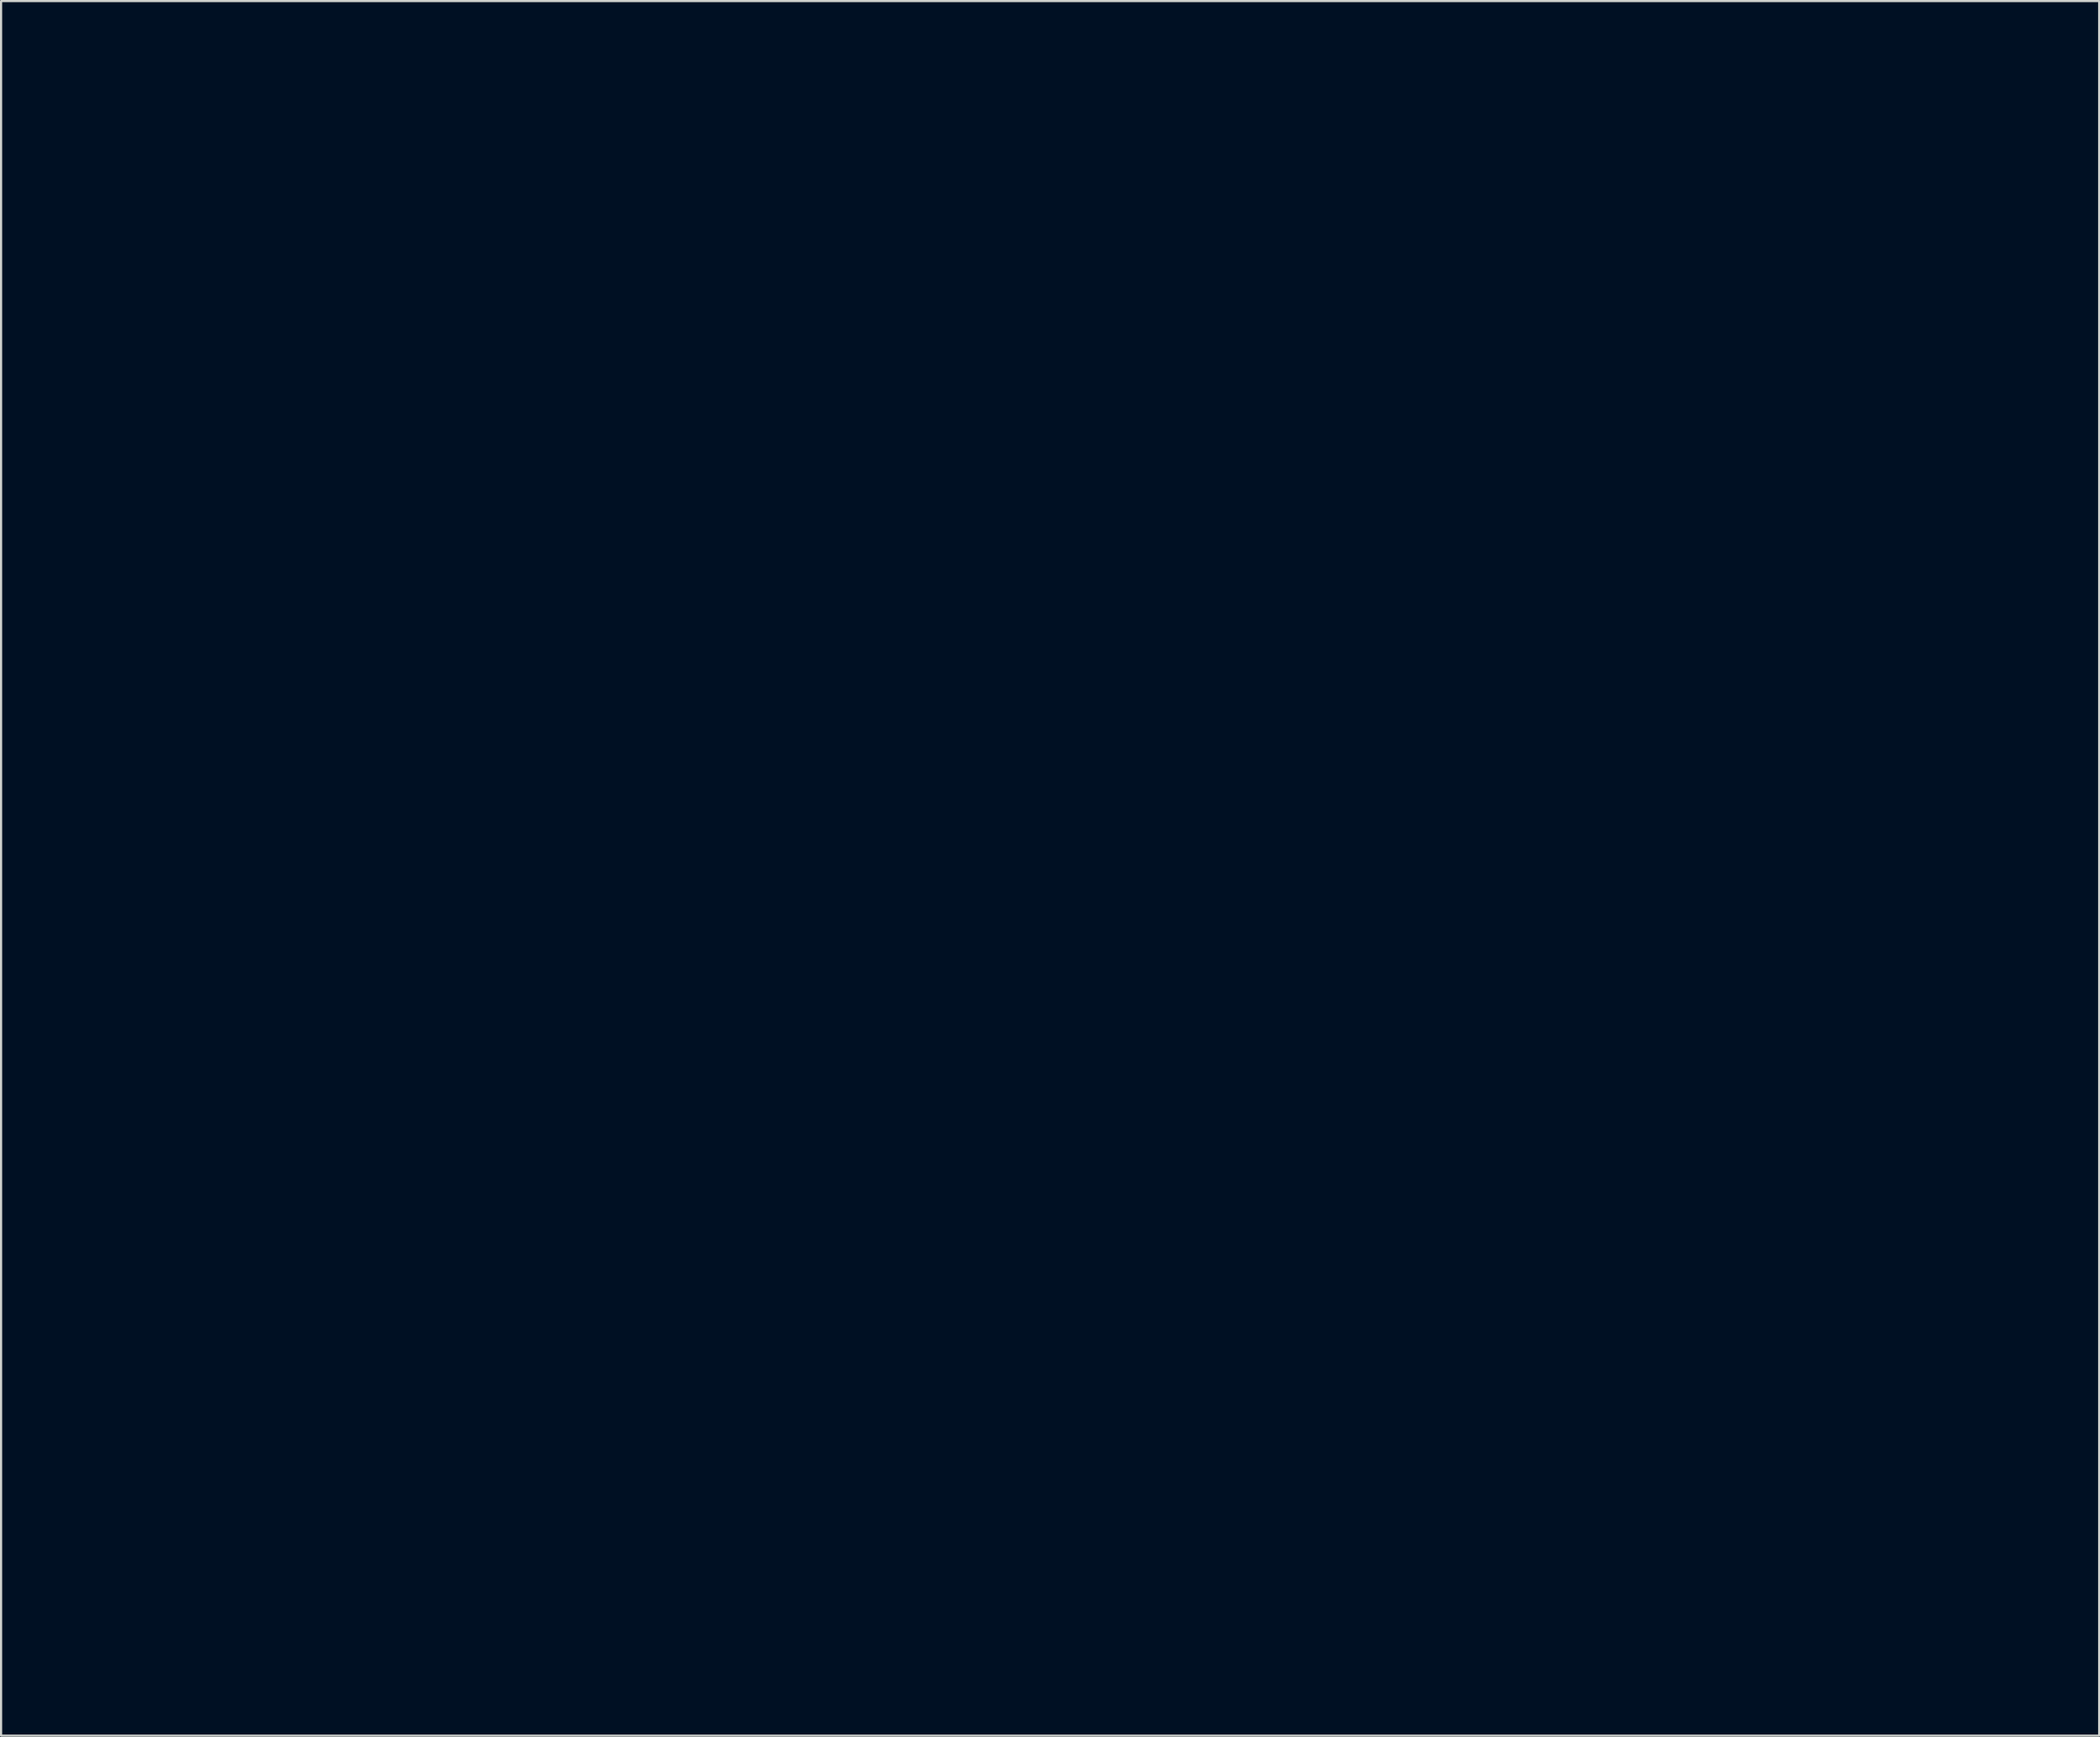
<source format=kicad_pcb>
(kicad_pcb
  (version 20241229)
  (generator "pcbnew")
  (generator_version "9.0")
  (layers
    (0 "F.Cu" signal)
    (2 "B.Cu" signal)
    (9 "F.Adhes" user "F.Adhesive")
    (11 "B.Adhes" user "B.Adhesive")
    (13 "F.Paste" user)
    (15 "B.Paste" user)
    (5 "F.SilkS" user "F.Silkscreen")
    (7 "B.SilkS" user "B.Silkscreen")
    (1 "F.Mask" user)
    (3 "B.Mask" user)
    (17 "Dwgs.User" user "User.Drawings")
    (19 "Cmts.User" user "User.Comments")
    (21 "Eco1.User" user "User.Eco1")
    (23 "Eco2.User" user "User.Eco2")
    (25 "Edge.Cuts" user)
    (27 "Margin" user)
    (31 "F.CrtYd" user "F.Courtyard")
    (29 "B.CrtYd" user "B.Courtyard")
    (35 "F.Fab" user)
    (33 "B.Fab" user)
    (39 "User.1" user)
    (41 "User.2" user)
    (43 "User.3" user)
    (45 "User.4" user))
  (footprint "FrontSolderMark"
    (layer "F.Cu")
    (at 45.589 48.584)
    (property "Reference" "FrontSolderMark" (at 0 0 0) (layer "F.Mask") (effects (font (size 1.524 1.524) (thickness 0.3))))
    (attr through_hole)
    (fp_poly (pts (xy -29.506 9.085) (xy -29.617 9.142) (xy -29.776 9.201) (xy -29.948 9.246) (xy -30.094 9.266) (xy -30.109 9.266) (xy -30.203 9.259) (xy -30.204 9.239) (xy -30.102 9.199) (xy -29.912 9.141) (xy -29.703 9.083) (xy -29.548 9.048) (xy -29.481 9.042) (xy -29.506 9.085)) (stroke (width 0.01) (type solid)) (fill yes) (layer "F.Mask"))
    (fp_poly (pts (xy -30.025 7.011) (xy -29.866 7.042) (xy -29.785 7.088) (xy -29.782 7.101) (xy -29.839 7.134) (xy -29.995 7.192) (xy -30.224 7.266) (xy -30.48 7.341) (xy -30.755 7.414) (xy -30.979 7.466) (xy -31.128 7.49) (xy -31.178 7.484) (xy -31.125 7.401) (xy -30.99 7.291) (xy -30.806 7.177) (xy -30.61 7.08) (xy -30.437 7.021) (xy -30.416 7.017) (xy -30.221 7.001) (xy -30.025 7.011)) (stroke (width 0.01) (type solid)) (fill yes) (layer "F.Mask"))
    (fp_poly (pts (xy 2.096 -3.848) (xy 2.439 -3.678) (xy 2.77 -3.383) (xy 3.088 -2.962) (xy 3.23 -2.725) (xy 3.334 -2.526) (xy 3.406 -2.361) (xy 3.429 -2.277) (xy 3.378 -2.191) (xy 3.249 -2.085) (xy 3.182 -2.044) (xy 3.029 -1.947) (xy 2.809 -1.796) (xy 2.554 -1.611) (xy 2.357 -1.463) (xy 1.779 -1.021) (xy 1.521 -1.402) (xy 1.369 -1.614) (xy 1.165 -1.882) (xy 0.939 -2.167) (xy 0.787 -2.353) (xy 0.313 -2.923) (xy 0.64 -3.269) (xy 1.014 -3.604) (xy 1.382 -3.811) (xy 1.744 -3.893) (xy 2.096 -3.848)) (stroke (width 0.01) (type solid)) (fill yes) (layer "F.Mask"))
    (fp_poly (pts (xy -29.195 7.546) (xy -29.152 7.629) (xy -29.162 7.657) (xy -29.235 7.688) (xy -29.406 7.745) (xy -29.65 7.819) (xy -29.944 7.904) (xy -29.984 7.915) (xy -30.313 8.008) (xy -30.629 8.098) (xy -30.893 8.173) (xy -31.067 8.223) (xy -31.246 8.273) (xy -31.335 8.28) (xy -31.366 8.24) (xy -31.369 8.172) (xy -31.359 8.119) (xy -31.318 8.071) (xy -31.23 8.023) (xy -31.077 7.967) (xy -30.843 7.897) (xy -30.511 7.806) (xy -30.317 7.754) (xy -29.9 7.646) (xy -29.592 7.574) (xy -29.379 7.536) (xy -29.25 7.528) (xy -29.195 7.546)) (stroke (width 0.01) (type solid)) (fill yes) (layer "F.Mask"))
    (fp_poly (pts (xy -29.028 8.235) (xy -29.06 8.326) (xy -29.111 8.39) (xy -29.216 8.454) (xy -29.393 8.526) (xy -29.66 8.613) (xy -29.975 8.705) (xy -30.35 8.811) (xy -30.623 8.884) (xy -30.813 8.926) (xy -30.941 8.939) (xy -31.026 8.926) (xy -31.087 8.888) (xy -31.137 8.837) (xy -31.169 8.794) (xy -31.169 8.757) (xy -31.121 8.718) (xy -31.011 8.672) (xy -30.824 8.613) (xy -30.544 8.535) (xy -30.157 8.431) (xy -30.148 8.428) (xy -29.795 8.336) (xy -29.486 8.258) (xy -29.242 8.201) (xy -29.082 8.168) (xy -29.027 8.163) (xy -29.028 8.235)) (stroke (width 0.01) (type solid)) (fill yes) (layer "F.Mask"))
    (fp_poly (pts (xy -15.24 -22.739) (xy -15.232 -22.546) (xy -15.191 -22.43) (xy -15.093 -22.343) (xy -15.024 -22.3) (xy -14.762 -22.077) (xy -14.583 -21.783) (xy -14.489 -21.444) (xy -14.482 -21.086) (xy -14.564 -20.736) (xy -14.738 -20.422) (xy -14.87 -20.275) (xy -15.176 -20.071) (xy -15.538 -19.961) (xy -15.92 -19.949) (xy -16.287 -20.039) (xy -16.389 -20.087) (xy -16.706 -20.318) (xy -16.927 -20.613) (xy -17.049 -20.95) (xy -17.07 -21.308) (xy -16.988 -21.665) (xy -16.801 -22) (xy -16.6 -22.216) (xy -16.44 -22.367) (xy -16.356 -22.488) (xy -16.324 -22.624) (xy -16.32 -22.757) (xy -16.32 -23.05) (xy -15.24 -23.05) (xy -15.24 -22.739)) (stroke (width 0.01) (type solid)) (fill yes) (layer "F.Mask"))
    (fp_poly (pts (xy -4.128 -8.009) (xy -4.118 -7.813) (xy -4.073 -7.691) (xy -3.969 -7.592) (xy -3.915 -7.555) (xy -3.637 -7.295) (xy -3.455 -6.982) (xy -3.367 -6.637) (xy -3.371 -6.283) (xy -3.466 -5.943) (xy -3.649 -5.64) (xy -3.918 -5.397) (xy -4.11 -5.295) (xy -4.403 -5.22) (xy -4.744 -5.21) (xy -5.074 -5.263) (xy -5.3 -5.351) (xy -5.608 -5.592) (xy -5.821 -5.895) (xy -5.937 -6.239) (xy -5.954 -6.599) (xy -5.87 -6.953) (xy -5.683 -7.279) (xy -5.469 -7.495) (xy -5.313 -7.63) (xy -5.236 -7.746) (xy -5.209 -7.893) (xy -5.207 -8.012) (xy -5.207 -8.319) (xy -4.128 -8.319) (xy -4.128 -8.009)) (stroke (width 0.01) (type solid)) (fill yes) (layer "F.Mask"))
    (fp_poly (pts (xy -24.638 -15.708) (xy -24.628 -15.531) (xy -24.583 -15.403) (xy -24.478 -15.278) (xy -24.36 -15.17) (xy -24.09 -14.88) (xy -23.933 -14.574) (xy -23.877 -14.226) (xy -23.876 -14.18) (xy -23.937 -13.794) (xy -24.109 -13.443) (xy -24.377 -13.158) (xy -24.433 -13.117) (xy -24.733 -12.973) (xy -25.085 -12.903) (xy -25.44 -12.911) (xy -25.717 -12.988) (xy -26.063 -13.205) (xy -26.305 -13.494) (xy -26.441 -13.85) (xy -26.468 -14.259) (xy -26.397 -14.647) (xy -26.232 -14.959) (xy -25.962 -15.216) (xy -25.93 -15.238) (xy -25.8 -15.341) (xy -25.737 -15.449) (xy -25.718 -15.614) (xy -25.718 -15.693) (xy -25.718 -16.002) (xy -24.638 -16.002) (xy -24.638 -15.708)) (stroke (width 0.01) (type solid)) (fill yes) (layer "F.Mask"))
    (fp_poly (pts (xy -23.728 -26.898) (xy -23.527 -26.817) (xy -23.29 -26.654) (xy -23.047 -26.436) (xy -22.828 -26.192) (xy -22.693 -25.996) (xy -22.53 -25.717) (xy -22.857 -25.359) (xy -23.044 -25.147) (xy -23.271 -24.879) (xy -23.502 -24.596) (xy -23.61 -24.46) (xy -23.799 -24.22) (xy -23.973 -24.001) (xy -24.108 -23.833) (xy -24.166 -23.762) (xy -24.298 -23.604) (xy -24.738 -24.003) (xy -24.98 -24.214) (xy -25.235 -24.421) (xy -25.456 -24.587) (xy -25.506 -24.621) (xy -25.835 -24.84) (xy -25.718 -25.114) (xy -25.529 -25.487) (xy -25.286 -25.875) (xy -25.019 -26.231) (xy -24.773 -26.498) (xy -24.435 -26.753) (xy -24.095 -26.889) (xy -23.763 -26.904) (xy -23.728 -26.898)) (stroke (width 0.01) (type solid)) (fill yes) (layer "F.Mask"))
    (fp_poly (pts (xy 15.177 -37.527) (xy 15.592 -37.323) (xy 16.007 -37.118) (xy 15.608 -36.984) (xy 15.208 -36.851) (xy 15.145 -36.423) (xy 15.081 -35.996) (xy 14.842 -36.318) (xy 14.706 -36.497) (xy 14.606 -36.595) (xy 14.499 -36.627) (xy 14.343 -36.609) (xy 14.159 -36.57) (xy 13.972 -36.535) (xy 13.843 -36.521) (xy 13.809 -36.525) (xy 13.829 -36.586) (xy 13.907 -36.717) (xy 14.001 -36.856) (xy 14.218 -37.162) (xy 14.027 -37.541) (xy 13.93 -37.742) (xy 13.89 -37.852) (xy 13.903 -37.892) (xy 13.95 -37.887) (xy 14.082 -37.849) (xy 14.272 -37.795) (xy 14.338 -37.776) (xy 14.61 -37.697) (xy 14.893 -37.975) (xy 15.177 -38.253) (xy 15.177 -37.527)) (stroke (width 0.01) (type solid)) (fill yes) (layer "F.Mask"))
    (fp_poly (pts (xy 24.511 7.144) (xy 24.52 7.307) (xy 24.562 7.433) (xy 24.658 7.563) (xy 24.823 7.731) (xy 25.052 7.991) (xy 25.185 8.238) (xy 25.21 8.316) (xy 25.256 8.708) (xy 25.193 9.07) (xy 25.034 9.389) (xy 24.797 9.65) (xy 24.496 9.839) (xy 24.147 9.943) (xy 23.765 9.947) (xy 23.463 9.875) (xy 23.169 9.71) (xy 22.921 9.456) (xy 22.736 9.143) (xy 22.634 8.805) (xy 22.634 8.473) (xy 22.636 8.466) (xy 22.73 8.147) (xy 22.895 7.883) (xy 23.112 7.668) (xy 23.265 7.525) (xy 23.341 7.402) (xy 23.366 7.248) (xy 23.368 7.154) (xy 23.368 6.858) (xy 24.511 6.858) (xy 24.511 7.144)) (stroke (width 0.01) (type solid)) (fill yes) (layer "F.Mask"))
    (fp_poly (pts (xy 12.637 -10.97) (xy 12.644 -10.768) (xy 12.679 -10.649) (xy 12.759 -10.57) (xy 12.823 -10.531) (xy 13.066 -10.325) (xy 13.249 -10.035) (xy 13.361 -9.697) (xy 13.389 -9.345) (xy 13.337 -9.055) (xy 13.162 -8.716) (xy 12.898 -8.447) (xy 12.569 -8.262) (xy 12.199 -8.172) (xy 11.812 -8.193) (xy 11.78 -8.2) (xy 11.408 -8.346) (xy 11.111 -8.581) (xy 10.9 -8.886) (xy 10.787 -9.24) (xy 10.784 -9.624) (xy 10.825 -9.813) (xy 10.916 -10.05) (xy 11.055 -10.25) (xy 11.24 -10.434) (xy 11.411 -10.595) (xy 11.507 -10.717) (xy 11.548 -10.838) (xy 11.557 -11) (xy 11.557 -11.011) (xy 11.557 -11.303) (xy 12.636 -11.303) (xy 12.637 -10.97)) (stroke (width 0.01) (type solid)) (fill yes) (layer "F.Mask"))
    (fp_poly (pts (xy -34.764 2.807) (xy -34.387 2.932) (xy -33.958 3.171) (xy -33.791 3.285) (xy -33.387 3.572) (xy -33.431 3.834) (xy -33.528 4.435) (xy -33.597 4.912) (xy -33.639 5.267) (xy -33.654 5.499) (xy -33.654 5.499) (xy -33.692 5.741) (xy -33.771 5.864) (xy -33.869 5.942) (xy -33.914 5.963) (xy -33.983 5.941) (xy -34.141 5.89) (xy -34.358 5.819) (xy -34.417 5.799) (xy -34.879 5.682) (xy -35.394 5.612) (xy -35.488 5.605) (xy -36.082 5.569) (xy -36.058 4.704) (xy -36.047 4.349) (xy -36.032 4.091) (xy -36.008 3.9) (xy -35.97 3.747) (xy -35.913 3.602) (xy -35.845 3.459) (xy -35.631 3.123) (xy -35.383 2.902) (xy -35.095 2.797) (xy -34.764 2.807)) (stroke (width 0.01) (type solid)) (fill yes) (layer "F.Mask"))
    (fp_poly (pts (xy -25.924 -1.129) (xy -25.558 -1.019) (xy -25.214 -0.864) (xy -24.925 -0.673) (xy -24.909 -0.66) (xy -24.767 -0.54) (xy -24.985 0.035) (xy -25.1 0.363) (xy -25.223 0.75) (xy -25.334 1.132) (xy -25.373 1.281) (xy -25.455 1.587) (xy -25.521 1.793) (xy -25.584 1.926) (xy -25.655 2.009) (xy -25.72 2.055) (xy -25.858 2.125) (xy -25.948 2.152) (xy -25.95 2.152) (xy -26.024 2.125) (xy -26.193 2.056) (xy -26.432 1.955) (xy -26.72 1.831) (xy -26.821 1.787) (xy -27.638 1.429) (xy -27.604 0.73) (xy -27.547 0.144) (xy -27.439 -0.332) (xy -27.276 -0.702) (xy -27.056 -0.974) (xy -26.845 -1.119) (xy -26.599 -1.186) (xy -26.282 -1.187) (xy -25.924 -1.129)) (stroke (width 0.01) (type solid)) (fill yes) (layer "F.Mask"))
    (fp_poly (pts (xy -15.827 10.872) (xy -15.272 10.89) (xy -15.253 11.212) (xy -15.231 11.414) (xy -15.181 11.536) (xy -15.081 11.623) (xy -15.047 11.643) (xy -14.822 11.843) (xy -14.645 12.127) (xy -14.537 12.459) (xy -14.512 12.706) (xy -14.57 13.081) (xy -14.733 13.413) (xy -14.979 13.685) (xy -15.29 13.882) (xy -15.644 13.989) (xy -16.022 13.989) (xy -16.121 13.97) (xy -16.306 13.901) (xy -16.518 13.787) (xy -16.592 13.738) (xy -16.856 13.482) (xy -17.03 13.168) (xy -17.112 12.823) (xy -17.102 12.47) (xy -17.001 12.136) (xy -16.806 11.846) (xy -16.628 11.691) (xy -16.487 11.584) (xy -16.415 11.482) (xy -16.389 11.338) (xy -16.385 11.189) (xy -16.383 10.854) (xy -15.827 10.872)) (stroke (width 0.01) (type solid)) (fill yes) (layer "F.Mask"))
    (fp_poly (pts (xy 20.073 -16.522) (xy 20.434 -16.28) (xy 20.725 -15.99) (xy 20.862 -15.818) (xy 21.014 -15.601) (xy 21.162 -15.371) (xy 21.288 -15.157) (xy 21.373 -14.989) (xy 21.399 -14.904) (xy 21.35 -14.859) (xy 21.215 -14.758) (xy 21.016 -14.618) (xy 20.78 -14.458) (xy 20.456 -14.233) (xy 20.09 -13.967) (xy 19.738 -13.701) (xy 19.561 -13.562) (xy 19.326 -13.376) (xy 19.125 -13.224) (xy 18.98 -13.12) (xy 18.912 -13.081) (xy 18.912 -13.081) (xy 18.845 -13.129) (xy 18.774 -13.224) (xy 18.718 -13.325) (xy 18.615 -13.517) (xy 18.475 -13.782) (xy 18.311 -14.097) (xy 18.141 -14.427) (xy 17.595 -15.487) (xy 18.03 -15.89) (xy 18.484 -16.262) (xy 18.911 -16.511) (xy 19.316 -16.638) (xy 19.702 -16.641) (xy 20.073 -16.522)) (stroke (width 0.01) (type solid)) (fill yes) (layer "F.Mask"))
    (fp_poly (pts (xy -33.129 16.112) (xy -32.843 16.148) (xy -32.579 16.2) (xy -32.364 16.261) (xy -32.228 16.326) (xy -32.194 16.372) (xy -32.218 16.461) (xy -32.284 16.636) (xy -32.383 16.875) (xy -32.504 17.154) (xy -32.636 17.452) (xy -32.77 17.745) (xy -32.895 18.01) (xy -33 18.224) (xy -33.076 18.365) (xy -33.111 18.411) (xy -33.206 18.384) (xy -33.368 18.321) (xy -33.456 18.283) (xy -33.656 18.2) (xy -33.921 18.099) (xy -34.197 17.999) (xy -34.218 17.992) (xy -34.45 17.908) (xy -34.635 17.836) (xy -34.74 17.789) (xy -34.751 17.782) (xy -34.755 17.705) (xy -34.719 17.541) (xy -34.654 17.32) (xy -34.567 17.07) (xy -34.47 16.823) (xy -34.371 16.608) (xy -34.369 16.604) (xy -34.239 16.376) (xy -34.107 16.228) (xy -33.942 16.144) (xy -33.712 16.106) (xy -33.41 16.098) (xy -33.129 16.112)) (stroke (width 0.01) (type solid)) (fill yes) (layer "F.Mask"))
    (fp_poly (pts (xy 15.685 -22.336) (xy 15.692 -22.134) (xy 15.727 -22.016) (xy 15.807 -21.936) (xy 15.871 -21.897) (xy 16.018 -21.78) (xy 16.175 -21.605) (xy 16.236 -21.521) (xy 16.338 -21.345) (xy 16.392 -21.177) (xy 16.413 -20.963) (xy 16.415 -20.822) (xy 16.406 -20.571) (xy 16.373 -20.394) (xy 16.301 -20.239) (xy 16.224 -20.124) (xy 15.943 -19.828) (xy 15.596 -19.639) (xy 15.197 -19.563) (xy 15.119 -19.562) (xy 14.889 -19.576) (xy 14.687 -19.606) (xy 14.605 -19.629) (xy 14.413 -19.744) (xy 14.203 -19.93) (xy 14.016 -20.143) (xy 13.923 -20.288) (xy 13.864 -20.463) (xy 13.826 -20.697) (xy 13.818 -20.828) (xy 13.868 -21.195) (xy 14.018 -21.533) (xy 14.249 -21.808) (xy 14.382 -21.907) (xy 14.517 -22.002) (xy 14.583 -22.101) (xy 14.604 -22.253) (xy 14.605 -22.357) (xy 14.605 -22.669) (xy 15.684 -22.669) (xy 15.685 -22.336)) (stroke (width 0.01) (type solid)) (fill yes) (layer "F.Mask"))
    (fp_poly (pts (xy -6.905 -18.122) (xy -6.463 -17.909) (xy -5.988 -17.576) (xy -5.519 -17.162) (xy -5.29 -16.939) (xy -5.098 -16.745) (xy -4.96 -16.598) (xy -4.893 -16.516) (xy -4.889 -16.507) (xy -4.939 -16.452) (xy -5.072 -16.343) (xy -5.268 -16.195) (xy -5.477 -16.045) (xy -5.77 -15.833) (xy -6.112 -15.573) (xy -6.458 -15.3) (xy -6.717 -15.088) (xy -6.957 -14.888) (xy -7.16 -14.722) (xy -7.307 -14.604) (xy -7.379 -14.549) (xy -7.383 -14.547) (xy -7.441 -14.581) (xy -7.57 -14.66) (xy -7.652 -14.711) (xy -7.805 -14.798) (xy -8.042 -14.924) (xy -8.332 -15.073) (xy -8.647 -15.229) (xy -8.7 -15.255) (xy -8.988 -15.397) (xy -9.234 -15.518) (xy -9.415 -15.608) (xy -9.509 -15.656) (xy -9.518 -15.661) (xy -9.507 -15.725) (xy -9.456 -15.876) (xy -9.376 -16.088) (xy -9.345 -16.166) (xy -9.047 -16.82) (xy -8.738 -17.347) (xy -8.413 -17.75) (xy -8.07 -18.028) (xy -7.706 -18.182) (xy -7.319 -18.213) (xy -6.905 -18.122)) (stroke (width 0.01) (type solid)) (fill yes) (layer "F.Mask"))
    (fp_poly (pts (xy 30.522 13.947) (xy 30.796 14.046) (xy 31.061 14.184) (xy 31.264 14.337) (xy 31.285 14.358) (xy 31.441 14.558) (xy 31.603 14.813) (xy 31.759 15.101) (xy 31.902 15.4) (xy 32.02 15.687) (xy 32.105 15.941) (xy 32.146 16.137) (xy 32.134 16.255) (xy 32.117 16.273) (xy 32.032 16.324) (xy 31.863 16.424) (xy 31.637 16.558) (xy 31.433 16.68) (xy 31.129 16.868) (xy 30.774 17.102) (xy 30.415 17.348) (xy 30.154 17.536) (xy 29.899 17.72) (xy 29.68 17.872) (xy 29.517 17.979) (xy 29.43 18.026) (xy 29.423 18.027) (xy 29.318 18.005) (xy 29.268 17.992) (xy 29.196 17.915) (xy 29.107 17.722) (xy 29.006 17.424) (xy 28.993 17.38) (xy 28.903 17.095) (xy 28.784 16.735) (xy 28.65 16.342) (xy 28.515 15.961) (xy 28.496 15.91) (xy 28.174 15.024) (xy 28.441 14.794) (xy 28.813 14.51) (xy 29.214 14.266) (xy 29.616 14.075) (xy 29.989 13.951) (xy 30.29 13.909) (xy 30.522 13.947)) (stroke (width 0.01) (type solid)) (fill yes) (layer "F.Mask"))
    (fp_poly (pts (xy 2.603 2.974) (xy 2.613 3.166) (xy 2.66 3.294) (xy 2.771 3.414) (xy 2.858 3.485) (xy 3.04 3.662) (xy 3.196 3.865) (xy 3.239 3.938) (xy 3.332 4.224) (xy 3.365 4.559) (xy 3.333 4.879) (xy 3.298 4.996) (xy 3.185 5.194) (xy 3.004 5.409) (xy 2.799 5.595) (xy 2.666 5.683) (xy 2.378 5.778) (xy 2.04 5.807) (xy 1.712 5.765) (xy 1.659 5.749) (xy 1.318 5.578) (xy 1.05 5.32) (xy 0.865 4.999) (xy 0.775 4.639) (xy 0.788 4.263) (xy 0.807 4.203) (xy 1.847 4.203) (xy 1.901 4.44) (xy 2.037 4.641) (xy 2.241 4.778) (xy 2.467 4.824) (xy 2.611 4.778) (xy 2.783 4.656) (xy 2.832 4.61) (xy 2.999 4.389) (xy 3.044 4.166) (xy 2.973 3.915) (xy 2.952 3.872) (xy 2.784 3.665) (xy 2.566 3.562) (xy 2.327 3.566) (xy 2.093 3.683) (xy 2.027 3.742) (xy 1.885 3.961) (xy 1.847 4.203) (xy 0.807 4.203) (xy 0.881 3.966) (xy 0.986 3.79) (xy 1.132 3.612) (xy 1.287 3.463) (xy 1.42 3.376) (xy 1.465 3.365) (xy 1.497 3.308) (xy 1.519 3.16) (xy 1.524 3.016) (xy 1.524 2.667) (xy 2.603 2.667) (xy 2.603 2.974)) (stroke (width 0.01) (type solid)) (fill yes) (layer "F.Mask"))
    (fp_poly (pts (xy 6.305 -48.253) (xy 6.371 -48.229) (xy 6.476 -48.187) (xy 6.626 -48.126) (xy 6.823 -48.042) (xy 7.073 -47.935) (xy 7.379 -47.802) (xy 7.747 -47.641) (xy 8.18 -47.45) (xy 8.684 -47.228) (xy 9.261 -46.973) (xy 9.917 -46.683) (xy 10.655 -46.355) (xy 11.481 -45.988) (xy 12.398 -45.579) (xy 13.412 -45.128) (xy 14.525 -44.632) (xy 15.743 -44.089) (xy 17.071 -43.498) (xy 17.939 -43.111) (xy 18.315 -42.939) (xy 18.655 -42.779) (xy 18.939 -42.639) (xy 19.15 -42.527) (xy 19.27 -42.454) (xy 19.288 -42.437) (xy 19.364 -42.248) (xy 19.333 -42.068) (xy 19.213 -41.926) (xy 19.021 -41.855) (xy 18.95 -41.852) (xy 18.868 -41.878) (xy 18.678 -41.953) (xy 18.387 -42.073) (xy 18.004 -42.236) (xy 17.536 -42.437) (xy 16.991 -42.673) (xy 16.376 -42.942) (xy 15.7 -43.239) (xy 14.969 -43.561) (xy 14.192 -43.905) (xy 13.376 -44.267) (xy 12.529 -44.645) (xy 12.446 -44.682) (xy 11.598 -45.062) (xy 10.781 -45.429) (xy 10.003 -45.778) (xy 9.272 -46.108) (xy 8.596 -46.414) (xy 7.981 -46.693) (xy 7.435 -46.942) (xy 6.967 -47.157) (xy 6.584 -47.334) (xy 6.293 -47.47) (xy 6.102 -47.562) (xy 6.019 -47.606) (xy 6.017 -47.608) (xy 5.927 -47.75) (xy 5.905 -47.857) (xy 5.955 -48.024) (xy 6.077 -48.171) (xy 6.229 -48.255) (xy 6.274 -48.26) (xy 6.305 -48.253)) (stroke (width 0.01) (type solid)) (fill yes) (layer "F.Mask"))
    (fp_poly (pts (xy -39.845 13.205) (xy -39.603 13.338) (xy -39.422 13.551) (xy -39.329 13.829) (xy -39.327 13.845) (xy -39.325 13.901) (xy -39.332 13.971) (xy -39.351 14.063) (xy -39.383 14.185) (xy -39.432 14.343) (xy -39.501 14.545) (xy -39.592 14.798) (xy -39.708 15.108) (xy -39.852 15.484) (xy -40.025 15.933) (xy -40.232 16.461) (xy -40.475 17.076) (xy -40.756 17.785) (xy -41.078 18.596) (xy -41.444 19.515) (xy -41.563 19.812) (xy -41.887 20.624) (xy -42.199 21.406) (xy -42.497 22.147) (xy -42.775 22.841) (xy -43.032 23.479) (xy -43.263 24.052) (xy -43.466 24.551) (xy -43.637 24.97) (xy -43.772 25.298) (xy -43.868 25.528) (xy -43.922 25.652) (xy -43.93 25.669) (xy -44.115 25.868) (xy -44.368 25.99) (xy -44.651 26.024) (xy -44.924 25.96) (xy -44.965 25.94) (xy -45.185 25.753) (xy -45.324 25.493) (xy -45.36 25.278) (xy -45.342 25.188) (xy -45.285 25.004) (xy -45.188 24.725) (xy -45.05 24.348) (xy -44.87 23.87) (xy -44.647 23.29) (xy -44.38 22.603) (xy -44.068 21.808) (xy -43.71 20.902) (xy -43.306 19.883) (xy -43.088 19.336) (xy -42.763 18.522) (xy -42.45 17.74) (xy -42.153 16.998) (xy -41.875 16.305) (xy -41.618 15.668) (xy -41.387 15.096) (xy -41.185 14.597) (xy -41.015 14.18) (xy -40.88 13.853) (xy -40.784 13.624) (xy -40.73 13.501) (xy -40.721 13.483) (xy -40.605 13.365) (xy -40.435 13.253) (xy -40.408 13.239) (xy -40.123 13.167) (xy -39.845 13.205)) (stroke (width 0.01) (type solid)) (fill yes) (layer "F.Mask"))
    (fp_poly (pts (xy 39.88 7.012) (xy 40.145 7.121) (xy 40.26 7.216) (xy 40.317 7.306) (xy 40.426 7.509) (xy 40.583 7.82) (xy 40.787 8.237) (xy 41.038 8.757) (xy 41.333 9.375) (xy 41.67 10.089) (xy 42.048 10.895) (xy 42.465 11.79) (xy 42.921 12.77) (xy 43.153 13.271) (xy 43.61 14.26) (xy 44.017 15.139) (xy 44.376 15.917) (xy 44.69 16.599) (xy 44.96 17.193) (xy 45.19 17.705) (xy 45.383 18.142) (xy 45.539 18.511) (xy 45.663 18.818) (xy 45.757 19.07) (xy 45.822 19.274) (xy 45.862 19.436) (xy 45.879 19.564) (xy 45.875 19.664) (xy 45.854 19.742) (xy 45.817 19.806) (xy 45.767 19.863) (xy 45.707 19.918) (xy 45.642 19.976) (xy 45.465 20.116) (xy 45.303 20.179) (xy 45.134 20.191) (xy 44.926 20.171) (xy 44.75 20.123) (xy 44.719 20.109) (xy 44.569 19.995) (xy 44.488 19.904) (xy 44.445 19.822) (xy 44.353 19.635) (xy 44.218 19.352) (xy 44.043 18.983) (xy 43.833 18.536) (xy 43.593 18.021) (xy 43.326 17.448) (xy 43.037 16.825) (xy 42.73 16.163) (xy 42.41 15.472) (xy 42.081 14.759) (xy 41.747 14.035) (xy 41.413 13.309) (xy 41.083 12.591) (xy 40.761 11.89) (xy 40.451 11.215) (xy 40.159 10.576) (xy 39.888 9.983) (xy 39.643 9.444) (xy 39.428 8.969) (xy 39.248 8.568) (xy 39.106 8.25) (xy 39.007 8.025) (xy 38.956 7.901) (xy 38.949 7.882) (xy 38.958 7.642) (xy 39.058 7.393) (xy 39.225 7.182) (xy 39.319 7.11) (xy 39.591 7.007) (xy 39.88 7.012)) (stroke (width 0.01) (type solid)) (fill yes) (layer "F.Mask"))
    (fp_poly (pts (xy -10.351 -33.711) (xy -10.342 -33.509) (xy -10.299 -33.374) (xy -10.197 -33.253) (xy -10.094 -33.162) (xy -9.814 -32.86) (xy -9.649 -32.525) (xy -9.59 -32.135) (xy -9.59 -32.086) (xy -9.647 -31.666) (xy -9.804 -31.306) (xy -10.044 -31.017) (xy -10.349 -30.807) (xy -10.704 -30.688) (xy -11.091 -30.669) (xy -11.493 -30.76) (xy -11.692 -30.848) (xy -12.03 -31.092) (xy -12.273 -31.415) (xy -12.41 -31.803) (xy -12.433 -31.969) (xy -12.431 -31.989) (xy -12.192 -31.989) (xy -12.114 -31.657) (xy -11.936 -31.355) (xy -11.658 -31.104) (xy -11.525 -31.025) (xy -11.301 -30.955) (xy -11.018 -30.928) (xy -10.732 -30.946) (xy -10.502 -31.008) (xy -10.484 -31.017) (xy -10.289 -31.155) (xy -10.098 -31.35) (xy -9.945 -31.562) (xy -9.87 -31.735) (xy -9.834 -31.889) (xy -9.811 -31.979) (xy -9.806 -32.17) (xy -9.871 -32.411) (xy -9.988 -32.66) (xy -10.142 -32.873) (xy -10.167 -32.9) (xy -10.414 -33.147) (xy -10.983 -33.147) (xy -11.257 -33.145) (xy -11.44 -33.132) (xy -11.566 -33.099) (xy -11.67 -33.038) (xy -11.787 -32.942) (xy -12.031 -32.653) (xy -12.165 -32.328) (xy -12.192 -31.989) (xy -12.431 -31.989) (xy -12.408 -32.335) (xy -12.288 -32.696) (xy -12.089 -33.009) (xy -11.917 -33.175) (xy -11.779 -33.295) (xy -11.707 -33.417) (xy -11.677 -33.594) (xy -11.671 -33.676) (xy -11.665 -33.782) (xy -11.43 -33.782) (xy -11.43 -33.401) (xy -10.604 -33.401) (xy -10.604 -33.782) (xy -11.43 -33.782) (xy -11.665 -33.782) (xy -11.652 -34.004) (xy -11.001 -34.022) (xy -10.351 -34.04) (xy -10.351 -33.711)) (stroke (width 0.01) (type solid)) (fill yes) (layer "F.Mask"))
    (fp_poly (pts (xy -12.833 -40.159) (xy -12.659 -40.051) (xy -12.548 -39.877) (xy -12.511 -39.664) (xy -12.559 -39.439) (xy -12.684 -39.25) (xy -12.776 -39.159) (xy -12.946 -38.994) (xy -13.181 -38.768) (xy -13.467 -38.496) (xy -13.79 -38.189) (xy -14.137 -37.862) (xy -14.161 -37.84) (xy -16.303 -35.81) (xy -18.5 -33.702) (xy -20.731 -31.537) (xy -22.974 -29.336) (xy -25.206 -27.123) (xy -27.405 -24.919) (xy -29.548 -22.745) (xy -31.615 -20.623) (xy -31.803 -20.428) (xy -32.054 -20.172) (xy -32.282 -19.946) (xy -32.469 -19.767) (xy -32.597 -19.652) (xy -32.64 -19.621) (xy -32.855 -19.561) (xy -33.063 -19.623) (xy -33.223 -19.751) (xy -33.326 -19.871) (xy -33.38 -19.988) (xy -33.378 -20.117) (xy -33.314 -20.272) (xy -33.18 -20.469) (xy -32.97 -20.722) (xy -32.678 -21.044) (xy -32.591 -21.137) (xy -32.235 -21.514) (xy -31.795 -21.973) (xy -31.278 -22.505) (xy -30.69 -23.105) (xy -30.039 -23.764) (xy -29.332 -24.478) (xy -28.576 -25.237) (xy -27.778 -26.036) (xy -26.944 -26.867) (xy -26.083 -27.724) (xy -25.2 -28.599) (xy -24.304 -29.485) (xy -23.4 -30.376) (xy -22.497 -31.265) (xy -21.601 -32.143) (xy -20.719 -33.006) (xy -19.858 -33.845) (xy -19.026 -34.653) (xy -18.229 -35.424) (xy -17.474 -36.151) (xy -16.769 -36.826) (xy -16.762 -36.833) (xy -16.115 -37.449) (xy -15.554 -37.984) (xy -15.072 -38.443) (xy -14.662 -38.832) (xy -14.317 -39.156) (xy -14.032 -39.423) (xy -13.799 -39.637) (xy -13.612 -39.805) (xy -13.465 -39.932) (xy -13.351 -40.025) (xy -13.263 -40.089) (xy -13.195 -40.13) (xy -13.14 -40.155) (xy -13.093 -40.168) (xy -13.059 -40.174) (xy -12.833 -40.159)) (stroke (width 0.01) (type solid)) (fill yes) (layer "F.Mask"))
    (fp_poly (pts (xy 36.946 -7.906) (xy 37.116 -7.832) (xy 37.125 -7.825) (xy 37.166 -7.761) (xy 37.265 -7.595) (xy 37.417 -7.332) (xy 37.618 -6.982) (xy 37.862 -6.552) (xy 38.147 -6.05) (xy 38.467 -5.483) (xy 38.818 -4.859) (xy 39.197 -4.186) (xy 39.598 -3.472) (xy 40.017 -2.725) (xy 40.45 -1.952) (xy 40.893 -1.16) (xy 41.341 -0.359) (xy 41.79 0.445) (xy 42.235 1.243) (xy 42.673 2.029) (xy 43.098 2.793) (xy 43.508 3.529) (xy 43.896 4.229) (xy 44.259 4.885) (xy 44.593 5.489) (xy 44.893 6.033) (xy 45.155 6.51) (xy 45.375 6.912) (xy 45.548 7.23) (xy 45.67 7.459) (xy 45.711 7.538) (xy 45.825 7.839) (xy 45.831 8.092) (xy 45.727 8.315) (xy 45.672 8.381) (xy 45.44 8.555) (xy 45.177 8.609) (xy 44.918 8.547) (xy 44.885 8.525) (xy 44.841 8.482) (xy 44.786 8.412) (xy 44.714 8.31) (xy 44.623 8.171) (xy 44.51 7.989) (xy 44.372 7.759) (xy 44.206 7.476) (xy 44.009 7.134) (xy 43.778 6.728) (xy 43.509 6.253) (xy 43.199 5.703) (xy 42.846 5.072) (xy 42.446 4.357) (xy 41.997 3.55) (xy 41.495 2.647) (xy 40.937 1.643) (xy 40.451 0.766) (xy 39.942 -0.152) (xy 39.449 -1.041) (xy 38.976 -1.895) (xy 38.526 -2.708) (xy 38.104 -3.472) (xy 37.713 -4.181) (xy 37.356 -4.829) (xy 37.036 -5.409) (xy 36.758 -5.915) (xy 36.526 -6.341) (xy 36.341 -6.679) (xy 36.209 -6.923) (xy 36.133 -7.066) (xy 36.116 -7.103) (xy 36.079 -7.359) (xy 36.149 -7.597) (xy 36.307 -7.789) (xy 36.535 -7.909) (xy 36.728 -7.936) (xy 36.946 -7.906)) (stroke (width 0.01) (type solid)) (fill yes) (layer "F.Mask"))
    (fp_poly (pts (xy -32.949 -3.561) (xy -32.762 -3.423) (xy -32.628 -3.232) (xy -32.566 -3.005) (xy -32.599 -2.759) (xy -32.642 -2.662) (xy -32.695 -2.58) (xy -32.816 -2.403) (xy -33.001 -2.137) (xy -33.245 -1.789) (xy -33.543 -1.365) (xy -33.891 -0.873) (xy -34.283 -0.319) (xy -34.715 0.291) (xy -35.182 0.949) (xy -35.679 1.648) (xy -36.201 2.382) (xy -36.744 3.145) (xy -37.302 3.929) (xy -37.871 4.727) (xy -38.446 5.533) (xy -39.022 6.341) (xy -39.594 7.142) (xy -40.158 7.932) (xy -40.708 8.702) (xy -41.241 9.445) (xy -41.75 10.157) (xy -42.231 10.828) (xy -42.68 11.454) (xy -43.091 12.026) (xy -43.46 12.539) (xy -43.782 12.985) (xy -44.052 13.357) (xy -44.265 13.65) (xy -44.417 13.855) (xy -44.502 13.967) (xy -44.518 13.986) (xy -44.756 14.129) (xy -45.024 14.152) (xy -45.283 14.065) (xy -45.452 13.909) (xy -45.56 13.681) (xy -45.584 13.434) (xy -45.582 13.415) (xy -45.543 13.347) (xy -45.435 13.182) (xy -45.263 12.927) (xy -45.031 12.588) (xy -44.744 12.174) (xy -44.408 11.689) (xy -44.026 11.141) (xy -43.603 10.537) (xy -43.144 9.884) (xy -42.655 9.187) (xy -42.139 8.454) (xy -41.601 7.692) (xy -41.047 6.907) (xy -40.481 6.106) (xy -39.907 5.295) (xy -39.331 4.482) (xy -38.757 3.672) (xy -38.19 2.874) (xy -37.634 2.093) (xy -37.095 1.336) (xy -36.578 0.609) (xy -36.086 -0.079) (xy -35.625 -0.724) (xy -35.199 -1.317) (xy -34.814 -1.853) (xy -34.473 -2.324) (xy -34.182 -2.724) (xy -33.946 -3.046) (xy -33.769 -3.284) (xy -33.656 -3.431) (xy -33.616 -3.477) (xy -33.397 -3.605) (xy -33.167 -3.627) (xy -32.949 -3.561)) (stroke (width 0.01) (type solid)) (fill yes) (layer "F.Mask"))
    (fp_poly (pts (xy 16.835 -39.905) (xy 16.893 -39.885) (xy 16.958 -39.838) (xy 17.115 -39.714) (xy 17.36 -39.517) (xy 17.688 -39.252) (xy 18.093 -38.921) (xy 18.571 -38.53) (xy 19.117 -38.082) (xy 19.726 -37.582) (xy 20.393 -37.033) (xy 21.112 -36.439) (xy 21.879 -35.806) (xy 22.689 -35.136) (xy 23.538 -34.435) (xy 24.419 -33.705) (xy 25.328 -32.951) (xy 25.876 -32.497) (xy 27.148 -31.44) (xy 28.322 -30.464) (xy 29.398 -29.568) (xy 30.375 -28.753) (xy 31.254 -28.017) (xy 32.035 -27.362) (xy 32.717 -26.787) (xy 33.302 -26.292) (xy 33.788 -25.878) (xy 34.176 -25.544) (xy 34.465 -25.289) (xy 34.657 -25.115) (xy 34.75 -25.021) (xy 34.76 -25.007) (xy 34.779 -24.783) (xy 34.695 -24.574) (xy 34.533 -24.411) (xy 34.316 -24.326) (xy 34.239 -24.321) (xy 34.111 -24.354) (xy 33.959 -24.432) (xy 33.89 -24.485) (xy 33.73 -24.615) (xy 33.484 -24.815) (xy 33.159 -25.082) (xy 32.761 -25.409) (xy 32.295 -25.792) (xy 31.768 -26.227) (xy 31.186 -26.707) (xy 30.555 -27.228) (xy 29.881 -27.786) (xy 29.169 -28.374) (xy 28.426 -28.989) (xy 27.659 -29.624) (xy 26.872 -30.276) (xy 26.072 -30.938) (xy 25.265 -31.607) (xy 24.457 -32.277) (xy 23.655 -32.943) (xy 22.863 -33.6) (xy 22.088 -34.243) (xy 21.337 -34.867) (xy 20.614 -35.467) (xy 19.927 -36.038) (xy 19.281 -36.575) (xy 18.682 -37.074) (xy 18.136 -37.529) (xy 17.65 -37.934) (xy 17.229 -38.286) (xy 16.879 -38.579) (xy 16.606 -38.808) (xy 16.417 -38.969) (xy 16.317 -39.055) (xy 16.304 -39.068) (xy 16.199 -39.265) (xy 16.197 -39.475) (xy 16.279 -39.669) (xy 16.425 -39.823) (xy 16.616 -39.91) (xy 16.835 -39.905)) (stroke (width 0.01) (type solid)) (fill yes) (layer "F.Mask"))
    (fp_poly (pts (xy -25.206 -20.947) (xy -25.013 -20.827) (xy -24.984 -20.799) (xy -24.853 -20.602) (xy -24.84 -20.387) (xy -24.946 -20.144) (xy -25.059 -19.993) (xy -25.124 -19.917) (xy -25.27 -19.752) (xy -25.491 -19.501) (xy -25.784 -19.17) (xy -26.144 -18.763) (xy -26.567 -18.286) (xy -27.049 -17.742) (xy -27.586 -17.137) (xy -28.172 -16.476) (xy -28.805 -15.763) (xy -29.479 -15.004) (xy -30.191 -14.202) (xy -30.936 -13.364) (xy -31.709 -12.493) (xy -32.508 -11.594) (xy -33.254 -10.754) (xy -34.303 -9.574) (xy -35.285 -8.472) (xy -36.198 -7.448) (xy -37.041 -6.504) (xy -37.813 -5.642) (xy -38.512 -4.862) (xy -39.138 -4.166) (xy -39.689 -3.556) (xy -40.164 -3.033) (xy -40.562 -2.598) (xy -40.881 -2.253) (xy -41.12 -1.998) (xy -41.278 -1.837) (xy -41.353 -1.769) (xy -41.358 -1.766) (xy -41.534 -1.757) (xy -41.624 -1.766) (xy -41.822 -1.862) (xy -41.96 -2.037) (xy -42.019 -2.251) (xy -41.979 -2.465) (xy -41.971 -2.481) (xy -41.923 -2.54) (xy -41.795 -2.689) (xy -41.593 -2.921) (xy -41.322 -3.231) (xy -40.986 -3.614) (xy -40.591 -4.062) (xy -40.142 -4.572) (xy -39.644 -5.137) (xy -39.101 -5.752) (xy -38.519 -6.41) (xy -37.903 -7.106) (xy -37.258 -7.835) (xy -36.589 -8.591) (xy -35.901 -9.368) (xy -35.199 -10.161) (xy -34.487 -10.963) (xy -33.772 -11.77) (xy -33.058 -12.575) (xy -32.35 -13.373) (xy -31.653 -14.159) (xy -30.972 -14.925) (xy -30.312 -15.668) (xy -29.679 -16.381) (xy -29.076 -17.058) (xy -28.51 -17.694) (xy -27.985 -18.283) (xy -27.506 -18.82) (xy -27.079 -19.298) (xy -26.708 -19.713) (xy -26.398 -20.058) (xy -26.155 -20.328) (xy -25.983 -20.517) (xy -25.888 -20.62) (xy -25.886 -20.622) (xy -25.631 -20.846) (xy -25.408 -20.954) (xy -25.206 -20.947)) (stroke (width 0.01) (type solid)) (fill yes) (layer "F.Mask"))
    (fp_poly (pts (xy 30.784 -24.209) (xy 30.834 -24.147) (xy 30.956 -23.987) (xy 31.144 -23.735) (xy 31.395 -23.396) (xy 31.704 -22.976) (xy 32.069 -22.481) (xy 32.484 -21.915) (xy 32.947 -21.284) (xy 33.452 -20.593) (xy 33.997 -19.849) (xy 34.576 -19.055) (xy 35.187 -18.218) (xy 35.825 -17.343) (xy 36.486 -16.435) (xy 37.167 -15.5) (xy 37.204 -15.449) (xy 38.021 -14.327) (xy 38.765 -13.303) (xy 39.442 -12.374) (xy 40.053 -11.532) (xy 40.602 -10.776) (xy 41.092 -10.099) (xy 41.526 -9.496) (xy 41.908 -8.965) (xy 42.239 -8.498) (xy 42.524 -8.093) (xy 42.765 -7.745) (xy 42.966 -7.448) (xy 43.13 -7.198) (xy 43.259 -6.99) (xy 43.357 -6.821) (xy 43.427 -6.685) (xy 43.472 -6.577) (xy 43.495 -6.493) (xy 43.5 -6.428) (xy 43.488 -6.378) (xy 43.464 -6.338) (xy 43.431 -6.304) (xy 43.391 -6.27) (xy 43.351 -6.234) (xy 43.148 -6.119) (xy 42.918 -6.099) (xy 42.705 -6.172) (xy 42.624 -6.239) (xy 42.573 -6.305) (xy 42.451 -6.468) (xy 42.262 -6.724) (xy 42.01 -7.065) (xy 41.7 -7.488) (xy 41.335 -7.986) (xy 40.918 -8.554) (xy 40.455 -9.187) (xy 39.949 -9.88) (xy 39.404 -10.626) (xy 38.824 -11.42) (xy 38.214 -12.257) (xy 37.576 -13.132) (xy 36.915 -14.039) (xy 36.235 -14.973) (xy 36.231 -14.977) (xy 35.426 -16.083) (xy 34.692 -17.092) (xy 34.026 -18.007) (xy 33.425 -18.834) (xy 32.886 -19.577) (xy 32.406 -20.24) (xy 31.981 -20.829) (xy 31.607 -21.348) (xy 31.282 -21.801) (xy 31.003 -22.194) (xy 30.765 -22.53) (xy 30.566 -22.815) (xy 30.403 -23.054) (xy 30.271 -23.25) (xy 30.169 -23.409) (xy 30.091 -23.535) (xy 30.037 -23.632) (xy 30.001 -23.707) (xy 29.98 -23.762) (xy 29.972 -23.803) (xy 29.972 -23.815) (xy 29.999 -24.014) (xy 30.1 -24.156) (xy 30.139 -24.189) (xy 30.362 -24.299) (xy 30.592 -24.305) (xy 30.784 -24.209)) (stroke (width 0.01) (type solid)) (fill yes) (layer "F.Mask"))
    (fp_poly (pts (xy -9.543 -22.945) (xy -9.561 -22.856) (xy -9.635 -22.701) (xy -9.713 -22.569) (xy -9.848 -22.309) (xy -9.902 -22.067) (xy -9.905 -21.974) (xy -9.905 -21.685) (xy -9.722 -22.003) (xy -9.585 -22.217) (xy -9.448 -22.393) (xy -9.329 -22.508) (xy -9.251 -22.54) (xy -9.241 -22.534) (xy -9.26 -22.472) (xy -9.338 -22.336) (xy -9.459 -22.157) (xy -9.464 -22.149) (xy -9.691 -21.78) (xy -9.842 -21.429) (xy -9.905 -21.123) (xy -9.906 -21.081) (xy -9.876 -20.939) (xy -9.761 -20.869) (xy -9.741 -20.864) (xy -9.583 -20.858) (xy -9.49 -20.895) (xy -9.395 -21.027) (xy -9.299 -21.252) (xy -9.212 -21.537) (xy -9.144 -21.849) (xy -9.114 -22.057) (xy -9.081 -22.299) (xy -9.045 -22.419) (xy -9.003 -22.427) (xy -8.972 -22.33) (xy -8.976 -22.132) (xy -9.006 -21.898) (xy -9.036 -21.672) (xy -9.054 -21.501) (xy -9.056 -21.419) (xy -9.055 -21.416) (xy -9.012 -21.452) (xy -8.922 -21.564) (xy -8.864 -21.645) (xy -8.707 -21.976) (xy -8.655 -22.25) (xy -8.625 -22.443) (xy -8.585 -22.573) (xy -8.555 -22.606) (xy -8.522 -22.547) (xy -8.516 -22.384) (xy -8.525 -22.241) (xy -8.558 -21.876) (xy -8.216 -21.898) (xy -7.998 -21.899) (xy -7.886 -21.871) (xy -7.874 -21.85) (xy -7.931 -21.806) (xy -8.077 -21.782) (xy -8.144 -21.78) (xy -8.426 -21.735) (xy -8.681 -21.613) (xy -8.865 -21.439) (xy -8.893 -21.393) (xy -8.937 -21.295) (xy -8.903 -21.282) (xy -8.85 -21.301) (xy -8.685 -21.345) (xy -8.476 -21.374) (xy -8.261 -21.387) (xy -8.083 -21.38) (xy -7.982 -21.352) (xy -7.974 -21.344) (xy -7.993 -21.292) (xy -8.133 -21.273) (xy -8.153 -21.273) (xy -8.552 -21.236) (xy -8.913 -21.133) (xy -9.199 -20.976) (xy -9.253 -20.931) (xy -9.384 -20.802) (xy -9.433 -20.71) (xy -9.417 -20.613) (xy -9.393 -20.557) (xy -9.272 -20.423) (xy -9.087 -20.383) (xy -8.854 -20.431) (xy -8.589 -20.564) (xy -8.309 -20.777) (xy -8.201 -20.879) (xy -8.053 -21.018) (xy -7.941 -21.106) (xy -7.895 -21.124) (xy -7.9 -21.048) (xy -7.98 -20.919) (xy -8.114 -20.764) (xy -8.279 -20.611) (xy -8.348 -20.557) (xy -8.604 -20.368) (xy -8.267 -20.399) (xy -8.036 -20.435) (xy -7.865 -20.514) (xy -7.687 -20.666) (xy -7.687 -20.666) (xy -7.546 -20.786) (xy -7.442 -20.846) (xy -7.406 -20.841) (xy -7.427 -20.767) (xy -7.523 -20.645) (xy -7.617 -20.553) (xy -7.866 -20.327) (xy -7.584 -20.162) (xy -7.424 -20.057) (xy -7.322 -19.97) (xy -7.303 -19.936) (xy -7.312 -19.891) (xy -7.355 -19.886) (xy -7.454 -19.928) (xy -7.634 -20.026) (xy -7.705 -20.066) (xy -7.994 -20.198) (xy -8.248 -20.255) (xy -8.283 -20.256) (xy -8.523 -20.256) (xy -8.136 -19.998) (xy -7.894 -19.83) (xy -7.749 -19.712) (xy -7.69 -19.632) (xy -7.703 -19.581) (xy -7.766 -19.599) (xy -7.901 -19.675) (xy -8.059 -19.782) (xy -8.344 -19.962) (xy -8.65 -20.112) (xy -8.937 -20.215) (xy -9.165 -20.256) (xy -9.175 -20.256) (xy -9.312 -20.206) (xy -9.381 -20.083) (xy -9.371 -19.927) (xy -9.303 -19.812) (xy -9.133 -19.693) (xy -8.863 -19.588) (xy -8.52 -19.503) (xy -8.207 -19.457) (xy -8.002 -19.426) (xy -7.859 -19.386) (xy -7.811 -19.351) (xy -7.867 -19.326) (xy -8.013 -19.319) (xy -8.211 -19.327) (xy -8.426 -19.348) (xy -8.621 -19.379) (xy -8.746 -19.413) (xy -8.821 -19.433) (xy -8.804 -19.39) (xy -8.763 -19.338) (xy -8.597 -19.202) (xy -8.357 -19.084) (xy -8.095 -19.007) (xy -7.925 -18.988) (xy -7.76 -18.969) (xy -7.655 -18.925) (xy -7.647 -18.915) (xy -7.661 -18.875) (xy -7.777 -18.862) (xy -7.98 -18.87) (xy -8.359 -18.898) (xy -8.331 -18.561) (xy -8.325 -18.337) (xy -8.355 -18.232) (xy -8.374 -18.224) (xy -8.421 -18.281) (xy -8.445 -18.42) (xy -8.445 -18.453) (xy -8.495 -18.752) (xy -8.629 -19.022) (xy -8.793 -19.193) (xy -8.945 -19.304) (xy -8.903 -19.066) (xy -8.871 -18.823) (xy -8.861 -18.607) (xy -8.874 -18.45) (xy -8.909 -18.384) (xy -8.913 -18.383) (xy -8.947 -18.441) (xy -8.978 -18.588) (xy -8.992 -18.722) (xy -9.047 -19.052) (xy -9.155 -19.363) (xy -9.298 -19.613) (xy -9.381 -19.703) (xy -9.497 -19.778) (xy -9.618 -19.765) (xy -9.676 -19.741) (xy -9.792 -19.661) (xy -9.838 -19.534) (xy -9.842 -19.433) (xy -9.793 -19.192) (xy -9.661 -18.919) (xy -9.467 -18.651) (xy -9.276 -18.461) (xy -9.155 -18.337) (xy -9.096 -18.234) (xy -9.096 -18.209) (xy -9.15 -18.212) (xy -9.27 -18.296) (xy -9.44 -18.449) (xy -9.482 -18.491) (xy -9.842 -18.851) (xy -9.842 -18.63) (xy -9.783 -18.314) (xy -9.616 -18.041) (xy -9.485 -17.923) (xy -9.377 -17.822) (xy -9.384 -17.757) (xy -9.391 -17.752) (xy -9.481 -17.767) (xy -9.621 -17.872) (xy -9.69 -17.941) (xy -9.818 -18.07) (xy -9.906 -18.144) (xy -9.927 -18.153) (xy -9.969 -18.09) (xy -10.055 -17.959) (xy -10.099 -17.892) (xy -10.21 -17.747) (xy -10.306 -17.663) (xy -10.333 -17.653) (xy -10.348 -17.7) (xy -10.295 -17.827) (xy -10.223 -17.95) (xy -10.058 -18.27) (xy -9.978 -18.565) (xy -9.983 -18.774) (xy -10.011 -18.822) (xy -10.065 -18.773) (xy -10.144 -18.637) (xy -10.272 -18.421) (xy -10.406 -18.234) (xy -10.526 -18.098) (xy -10.612 -18.039) (xy -10.635 -18.044) (xy -10.623 -18.113) (xy -10.55 -18.25) (xy -10.451 -18.4) (xy -10.216 -18.77) (xy -10.08 -19.098) (xy -10.033 -19.405) (xy -10.033 -19.425) (xy -10.065 -19.622) (xy -10.15 -19.721) (xy -10.269 -19.728) (xy -10.403 -19.65) (xy -10.534 -19.495) (xy -10.643 -19.267) (xy -10.667 -19.193) (xy -10.71 -19.001) (xy -10.75 -18.744) (xy -10.775 -18.526) (xy -10.801 -18.312) (xy -10.835 -18.158) (xy -10.867 -18.098) (xy -10.868 -18.098) (xy -10.901 -18.155) (xy -10.917 -18.302) (xy -10.916 -18.505) (xy -10.899 -18.727) (xy -10.865 -18.935) (xy -10.863 -18.944) (xy -10.831 -19.095) (xy -10.838 -19.144) (xy -10.893 -19.108) (xy -10.923 -19.081) (xy -11.09 -18.86) (xy -11.203 -18.571) (xy -11.239 -18.298) (xy -11.257 -18.124) (xy -11.3 -18.012) (xy -11.354 -17.984) (xy -11.4 -18.046) (xy -11.408 -18.156) (xy -11.392 -18.335) (xy -11.378 -18.42) (xy -11.324 -18.709) (xy -11.663 -18.681) (xy -11.865 -18.675) (xy -11.982 -18.695) (xy -12.002 -18.717) (xy -11.944 -18.758) (xy -11.798 -18.795) (xy -11.678 -18.811) (xy -11.455 -18.849) (xy -11.289 -18.931) (xy -11.122 -19.082) (xy -10.999 -19.219) (xy -10.971 -19.281) (xy -11.016 -19.277) (xy -11.173 -19.239) (xy -11.376 -19.21) (xy -11.59 -19.193) (xy -11.779 -19.189) (xy -11.906 -19.201) (xy -11.938 -19.222) (xy -11.88 -19.262) (xy -11.73 -19.3) (xy -11.551 -19.326) (xy -11.189 -19.392) (xy -10.865 -19.504) (xy -10.613 -19.648) (xy -10.526 -19.728) (xy -10.456 -19.884) (xy -10.488 -20.038) (xy -10.604 -20.154) (xy -10.748 -20.19) (xy -10.401 -20.19) (xy -10.31 -20.004) (xy -10.247 -19.944) (xy -10.023 -19.829) (xy -9.809 -19.841) (xy -9.617 -19.968) (xy -9.509 -20.123) (xy -9.462 -20.282) (xy -9.461 -20.288) (xy -9.517 -20.474) (xy -9.657 -20.64) (xy -9.841 -20.746) (xy -9.947 -20.765) (xy -10.159 -20.712) (xy -10.314 -20.577) (xy -10.399 -20.392) (xy -10.401 -20.19) (xy -10.748 -20.19) (xy -10.759 -20.193) (xy -11.024 -20.141) (xy -11.316 -20.001) (xy -11.597 -19.791) (xy -11.741 -19.645) (xy -11.897 -19.487) (xy -12.001 -19.422) (xy -12.035 -19.434) (xy -12.014 -19.511) (xy -11.913 -19.649) (xy -11.748 -19.826) (xy -11.724 -19.849) (xy -11.369 -20.193) (xy -11.598 -20.193) (xy -11.83 -20.151) (xy -12.066 -20.043) (xy -12.256 -19.896) (xy -12.322 -19.806) (xy -12.399 -19.709) (xy -12.448 -19.685) (xy -12.509 -19.722) (xy -12.475 -19.822) (xy -12.355 -19.971) (xy -12.285 -20.04) (xy -12.061 -20.252) (xy -12.311 -20.41) (xy -12.47 -20.519) (xy -12.581 -20.609) (xy -12.603 -20.635) (xy -12.613 -20.695) (xy -12.536 -20.687) (xy -12.387 -20.616) (xy -12.253 -20.533) (xy -11.907 -20.379) (xy -11.667 -20.337) (xy -11.335 -20.31) (xy -11.652 -20.498) (xy -11.871 -20.641) (xy -12.047 -20.782) (xy -12.159 -20.901) (xy -12.187 -20.979) (xy -12.182 -20.986) (xy -12.118 -20.971) (xy -11.992 -20.896) (xy -11.933 -20.854) (xy -11.595 -20.634) (xy -11.241 -20.462) (xy -10.916 -20.357) (xy -10.835 -20.343) (xy -10.662 -20.326) (xy -10.573 -20.347) (xy -10.53 -20.424) (xy -10.516 -20.474) (xy -10.497 -20.621) (xy -10.512 -20.705) (xy -10.631 -20.808) (xy -10.848 -20.912) (xy -11.133 -21.006) (xy -11.457 -21.079) (xy -11.596 -21.101) (xy -11.837 -21.14) (xy -12.022 -21.183) (xy -12.12 -21.221) (xy -12.129 -21.232) (xy -12.072 -21.254) (xy -11.925 -21.259) (xy -11.723 -21.252) (xy -11.503 -21.233) (xy -11.3 -21.205) (xy -11.149 -21.171) (xy -11.134 -21.166) (xy -11.104 -21.174) (xy -11.161 -21.243) (xy -11.215 -21.291) (xy -11.511 -21.489) (xy -11.828 -21.58) (xy -12.006 -21.59) (xy -12.17 -21.607) (xy -12.252 -21.649) (xy -12.255 -21.662) (xy -12.203 -21.703) (xy -12.04 -21.711) (xy -11.883 -21.701) (xy -11.51 -21.667) (xy -11.568 -21.925) (xy -11.598 -22.132) (xy -11.587 -22.278) (xy -11.54 -22.337) (xy -11.504 -22.327) (xy -11.467 -22.247) (xy -11.444 -22.094) (xy -11.442 -22.062) (xy -11.382 -21.779) (xy -11.241 -21.521) (xy -11.068 -21.353) (xy -10.976 -21.298) (xy -10.951 -21.32) (xy -10.978 -21.437) (xy -10.988 -21.473) (xy -11.024 -21.653) (xy -11.044 -21.863) (xy -11.046 -22.063) (xy -11.032 -22.217) (xy -11 -22.287) (xy -10.994 -22.288) (xy -10.962 -22.231) (xy -10.93 -22.079) (xy -10.907 -21.88) (xy -10.853 -21.548) (xy -10.756 -21.243) (xy -10.628 -20.998) (xy -10.483 -20.846) (xy -10.481 -20.844) (xy -10.308 -20.799) (xy -10.151 -20.856) (xy -10.05 -20.993) (xy -10.033 -21.095) (xy -10.084 -21.349) (xy -10.226 -21.638) (xy -10.44 -21.927) (xy -10.589 -22.082) (xy -10.726 -22.221) (xy -10.802 -22.318) (xy -10.802 -22.352) (xy -10.652 -22.301) (xy -10.469 -22.162) (xy -10.278 -21.958) (xy -10.224 -21.888) (xy -10.033 -21.628) (xy -10.033 -21.867) (xy -10.058 -22.104) (xy -10.147 -22.313) (xy -10.32 -22.536) (xy -10.37 -22.589) (xy -10.476 -22.722) (xy -10.521 -22.82) (xy -10.516 -22.843) (xy -10.451 -22.827) (xy -10.332 -22.735) (xy -10.219 -22.624) (xy -10.086 -22.49) (xy -9.996 -22.414) (xy -9.97 -22.408) (xy -9.937 -22.493) (xy -9.855 -22.621) (xy -9.749 -22.76) (xy -9.645 -22.879) (xy -9.568 -22.946) (xy -9.543 -22.945)) (stroke (width 0.01) (type solid)) (fill yes) (layer "F.Mask"))
    (fp_poly (pts (xy 0.841 -32.147) (xy 0.883 -32.046) (xy 0.889 -31.966) (xy 0.902 -31.857) (xy 0.964 -31.852) (xy 1.016 -31.877) (xy 1.119 -31.908) (xy 1.14 -31.854) (xy 1.081 -31.724) (xy 0.984 -31.586) (xy 0.883 -31.427) (xy 0.828 -31.292) (xy 0.826 -31.267) (xy 0.837 -31.202) (xy 0.889 -31.22) (xy 0.972 -31.294) (xy 1.11 -31.397) (xy 1.219 -31.433) (xy 1.269 -31.394) (xy 1.27 -31.384) (xy 1.232 -31.313) (xy 1.134 -31.177) (xy 1.015 -31.027) (xy 0.875 -30.842) (xy 0.77 -30.676) (xy 0.73 -30.583) (xy 0.654 -30.238) (xy 0.609 -30) (xy 0.592 -29.858) (xy 0.601 -29.795) (xy 0.603 -29.793) (xy 0.661 -29.817) (xy 0.784 -29.913) (xy 0.947 -30.062) (xy 0.987 -30.102) (xy 1.169 -30.289) (xy 1.273 -30.425) (xy 1.319 -30.541) (xy 1.325 -30.668) (xy 1.325 -30.67) (xy 1.332 -30.887) (xy 1.371 -31.065) (xy 1.433 -31.167) (xy 1.465 -31.178) (xy 1.504 -31.123) (xy 1.523 -30.985) (xy 1.524 -30.951) (xy 1.548 -30.793) (xy 1.606 -30.75) (xy 1.679 -30.819) (xy 1.738 -30.961) (xy 1.801 -31.157) (xy 1.855 -31.304) (xy 1.904 -31.409) (xy 1.944 -31.404) (xy 1.979 -31.347) (xy 2.035 -31.27) (xy 2.097 -31.285) (xy 2.165 -31.343) (xy 2.282 -31.416) (xy 2.337 -31.384) (xy 2.318 -31.26) (xy 2.298 -31.211) (xy 2.257 -31.096) (xy 2.292 -31.056) (xy 2.356 -31.052) (xy 2.457 -31.028) (xy 2.458 -30.972) (xy 2.373 -30.902) (xy 2.218 -30.838) (xy 2.186 -30.829) (xy 1.962 -30.758) (xy 1.821 -30.685) (xy 1.77 -30.624) (xy 1.818 -30.585) (xy 1.972 -30.583) (xy 2.032 -30.59) (xy 2.2 -30.602) (xy 2.275 -30.573) (xy 2.286 -30.528) (xy 2.227 -30.448) (xy 2.063 -30.389) (xy 1.817 -30.356) (xy 1.691 -30.352) (xy 1.559 -30.328) (xy 1.413 -30.247) (xy 1.227 -30.092) (xy 1.127 -29.997) (xy 0.956 -29.822) (xy 0.827 -29.672) (xy 0.765 -29.576) (xy 0.762 -29.563) (xy 0.815 -29.515) (xy 0.979 -29.476) (xy 1.262 -29.444) (xy 1.308 -29.441) (xy 1.573 -29.422) (xy 1.747 -29.42) (xy 1.863 -29.442) (xy 1.958 -29.495) (xy 2.067 -29.585) (xy 2.072 -29.59) (xy 2.223 -29.706) (xy 2.347 -29.774) (xy 2.38 -29.782) (xy 2.487 -29.75) (xy 2.488 -29.663) (xy 2.385 -29.537) (xy 2.352 -29.507) (xy 2.238 -29.4) (xy 2.22 -29.339) (xy 2.262 -29.311) (xy 2.377 -29.321) (xy 2.518 -29.397) (xy 2.522 -29.4) (xy 2.69 -29.491) (xy 2.85 -29.525) (xy 3.016 -29.523) (xy 2.876 -29.406) (xy 2.735 -29.288) (xy 2.923 -29.251) (xy 3.067 -29.191) (xy 3.111 -29.111) (xy 3.085 -29.045) (xy 2.986 -29.039) (xy 2.917 -29.052) (xy 2.787 -29.075) (xy 2.758 -29.049) (xy 2.803 -28.965) (xy 2.858 -28.84) (xy 2.828 -28.795) (xy 2.727 -28.831) (xy 2.572 -28.948) (xy 2.408 -29.074) (xy 2.281 -29.141) (xy 2.209 -29.147) (xy 2.21 -29.092) (xy 2.302 -28.973) (xy 2.306 -28.968) (xy 2.428 -28.815) (xy 2.476 -28.698) (xy 2.44 -28.641) (xy 2.419 -28.639) (xy 2.344 -28.676) (xy 2.202 -28.775) (xy 2.023 -28.914) (xy 2.009 -28.925) (xy 1.807 -29.074) (xy 1.616 -29.187) (xy 1.479 -29.24) (xy 1.136 -29.29) (xy 0.909 -29.308) (xy 0.791 -29.288) (xy 0.774 -29.22) (xy 0.85 -29.098) (xy 1.011 -28.913) (xy 1.074 -28.845) (xy 1.281 -28.643) (xy 1.441 -28.537) (xy 1.552 -28.512) (xy 1.725 -28.488) (xy 1.911 -28.429) (xy 2.067 -28.352) (xy 2.153 -28.275) (xy 2.159 -28.253) (xy 2.109 -28.207) (xy 2.016 -28.22) (xy 1.845 -28.264) (xy 1.683 -28.3) (xy 1.492 -28.339) (xy 1.641 -28.177) (xy 1.811 -28.05) (xy 2.003 -27.975) (xy 2.168 -27.929) (xy 2.25 -27.875) (xy 2.239 -27.83) (xy 2.127 -27.813) (xy 1.96 -27.813) (xy 2.091 -27.629) (xy 2.178 -27.496) (xy 2.222 -27.412) (xy 2.223 -27.406) (xy 2.18 -27.366) (xy 2.076 -27.398) (xy 1.945 -27.489) (xy 1.925 -27.507) (xy 1.778 -27.645) (xy 1.778 -27.475) (xy 1.758 -27.35) (xy 1.714 -27.305) (xy 1.674 -27.361) (xy 1.652 -27.501) (xy 1.651 -27.552) (xy 1.609 -27.799) (xy 1.526 -27.949) (xy 1.401 -28.099) (xy 1.398 -27.877) (xy 1.377 -27.686) (xy 1.327 -27.551) (xy 1.263 -27.501) (xy 1.226 -27.519) (xy 1.2 -27.604) (xy 1.181 -27.778) (xy 1.175 -27.994) (xy 1.17 -28.225) (xy 1.144 -28.382) (xy 1.078 -28.517) (xy 0.952 -28.678) (xy 0.889 -28.751) (xy 0.74 -28.917) (xy 0.621 -29.036) (xy 0.558 -29.083) (xy 0.557 -29.083) (xy 0.517 -29.048) (xy 0.481 -28.931) (xy 0.446 -28.716) (xy 0.415 -28.466) (xy 0.402 -28.259) (xy 0.427 -28.094) (xy 0.505 -27.913) (xy 0.57 -27.794) (xy 0.672 -27.602) (xy 0.741 -27.449) (xy 0.762 -27.379) (xy 0.734 -27.308) (xy 0.653 -27.345) (xy 0.528 -27.485) (xy 0.489 -27.539) (xy 0.371 -27.672) (xy 0.297 -27.698) (xy 0.273 -27.633) (xy 0.309 -27.494) (xy 0.384 -27.345) (xy 0.467 -27.161) (xy 0.483 -27.019) (xy 0.479 -27.003) (xy 0.441 -26.939) (xy 0.386 -26.965) (xy 0.315 -27.051) (xy 0.193 -27.21) (xy 0.192 -27.007) (xy 0.169 -26.84) (xy 0.113 -26.757) (xy 0.041 -26.778) (xy 0.01 -26.865) (xy 0 -26.992) (xy -0.016 -27.115) (xy -0.083 -27.142) (xy -0.127 -27.133) (xy -0.226 -27.121) (xy -0.242 -27.168) (xy -0.174 -27.287) (xy -0.095 -27.395) (xy 0.021 -27.568) (xy 0.06 -27.673) (xy 0.025 -27.698) (xy -0.081 -27.631) (xy -0.146 -27.571) (xy -0.315 -27.43) (xy -0.44 -27.371) (xy -0.503 -27.4) (xy -0.508 -27.433) (xy -0.468 -27.507) (xy -0.361 -27.646) (xy -0.209 -27.822) (xy -0.173 -27.861) (xy 0.007 -28.069) (xy 0.121 -28.241) (xy 0.193 -28.425) (xy 0.247 -28.659) (xy 0.293 -28.936) (xy 0.292 -29.104) (xy 0.232 -29.17) (xy 0.102 -29.139) (xy -0.109 -29.017) (xy -0.245 -28.926) (xy -0.487 -28.748) (xy -0.624 -28.615) (xy -0.655 -28.535) (xy -0.641 -28.418) (xy -0.652 -28.249) (xy -0.682 -28.072) (xy -0.722 -27.933) (xy -0.766 -27.877) (xy -0.766 -27.877) (xy -0.811 -27.931) (xy -0.83 -28.051) (xy -0.851 -28.231) (xy -0.883 -28.349) (xy -0.929 -28.429) (xy -0.979 -28.395) (xy -0.989 -28.38) (xy -1.047 -28.259) (xy -1.108 -28.086) (xy -1.112 -28.072) (xy -1.176 -27.922) (xy -1.247 -27.833) (xy -1.303 -27.818) (xy -1.322 -27.889) (xy -1.309 -27.967) (xy -1.288 -28.083) (xy -1.324 -28.102) (xy -1.391 -28.07) (xy -1.51 -27.989) (xy -1.556 -27.94) (xy -1.637 -27.884) (xy -1.733 -27.886) (xy -1.778 -27.943) (xy -1.734 -28.026) (xy -1.627 -28.142) (xy -1.603 -28.163) (xy -1.429 -28.317) (xy -1.639 -28.319) (xy -1.779 -28.338) (xy -1.807 -28.38) (xy -1.732 -28.431) (xy -1.563 -28.477) (xy -1.538 -28.481) (xy -1.272 -28.528) (xy -1.131 -28.564) (xy -1.111 -28.594) (xy -1.21 -28.618) (xy -1.382 -28.636) (xy -1.636 -28.668) (xy -1.766 -28.705) (xy -1.777 -28.743) (xy -1.672 -28.778) (xy -1.455 -28.805) (xy -1.244 -28.816) (xy -0.961 -28.829) (xy -0.77 -28.852) (xy -0.638 -28.894) (xy -0.53 -28.961) (xy -0.491 -28.993) (xy -0.306 -29.13) (xy -0.118 -29.247) (xy -0.109 -29.251) (xy 0.003 -29.327) (xy 0.011 -29.387) (xy -0.092 -29.435) (xy -0.311 -29.476) (xy -0.56 -29.503) (xy -0.798 -29.522) (xy -0.954 -29.517) (xy -1.071 -29.479) (xy -1.194 -29.397) (xy -1.259 -29.346) (xy -1.452 -29.213) (xy -1.59 -29.153) (xy -1.658 -29.162) (xy -1.642 -29.233) (xy -1.529 -29.362) (xy -1.462 -29.422) (xy -1.351 -29.538) (xy -1.349 -29.557) (xy 0.209 -29.557) (xy 0.216 -29.476) (xy 0.277 -29.373) (xy 0.388 -29.239) (xy 0.478 -29.222) (xy 0.549 -29.289) (xy 0.604 -29.438) (xy 0.581 -29.576) (xy 0.502 -29.674) (xy 0.39 -29.703) (xy 0.277 -29.641) (xy 0.209 -29.557) (xy -1.349 -29.557) (xy -1.345 -29.6) (xy -1.432 -29.604) (xy -1.599 -29.544) (xy -1.67 -29.51) (xy -1.845 -29.435) (xy -1.946 -29.427) (xy -1.957 -29.483) (xy -1.915 -29.548) (xy -1.875 -29.648) (xy -1.951 -29.706) (xy -2.074 -29.718) (xy -2.194 -29.753) (xy -2.223 -29.813) (xy -2.166 -29.889) (xy -2.031 -29.909) (xy -1.904 -29.917) (xy -1.88 -29.96) (xy -1.918 -30.033) (xy -1.97 -30.154) (xy -1.935 -30.198) (xy -1.827 -30.164) (xy -1.659 -30.05) (xy -1.655 -30.046) (xy -1.467 -29.91) (xy -1.346 -29.852) (xy -1.302 -29.868) (xy -1.347 -29.956) (xy -1.468 -30.092) (xy -1.605 -30.241) (xy -1.695 -30.361) (xy -1.714 -30.409) (xy -1.679 -30.478) (xy -1.574 -30.442) (xy -1.4 -30.302) (xy -1.208 -30.112) (xy -1.022 -29.925) (xy -0.878 -29.807) (xy -0.731 -29.737) (xy -0.54 -29.688) (xy -0.421 -29.665) (xy -0.201 -29.629) (xy -0.034 -29.611) (xy 0.045 -29.615) (xy 0.046 -29.616) (xy 0.039 -29.683) (xy -0.051 -29.822) (xy -0.228 -30.039) (xy -0.3 -30.121) (xy -0.472 -30.282) (xy -0.637 -30.352) (xy -0.712 -30.359) (xy -0.982 -30.388) (xy -1.172 -30.451) (xy -1.257 -30.536) (xy -1.244 -30.587) (xy -1.144 -30.605) (xy -0.992 -30.598) (xy -0.82 -30.59) (xy -0.715 -30.598) (xy -0.701 -30.607) (xy -0.763 -30.728) (xy -0.91 -30.849) (xy -1.104 -30.94) (xy -1.156 -30.955) (xy -1.325 -31.014) (xy -1.433 -31.085) (xy -1.448 -31.108) (xy -1.44 -31.166) (xy -1.342 -31.162) (xy -1.31 -31.155) (xy -1.181 -31.139) (xy -1.154 -31.19) (xy -1.227 -31.316) (xy -1.24 -31.334) (xy -1.325 -31.47) (xy -1.32 -31.521) (xy -1.235 -31.481) (xy -1.143 -31.401) (xy -0.953 -31.218) (xy -0.953 -31.452) (xy -0.938 -31.604) (xy -0.903 -31.683) (xy -0.893 -31.686) (xy -0.825 -31.63) (xy -0.779 -31.488) (xy -0.767 -31.301) (xy -0.77 -31.257) (xy -0.758 -31.099) (xy -0.706 -30.94) (xy -0.636 -30.825) (xy -0.585 -30.798) (xy -0.556 -30.855) (xy -0.533 -31) (xy -0.526 -31.092) (xy -0.51 -31.302) (xy -0.48 -31.406) (xy -0.428 -31.423) (xy -0.382 -31.401) (xy -0.344 -31.313) (xy -0.324 -31.122) (xy -0.324 -30.921) (xy -0.326 -30.684) (xy -0.307 -30.525) (xy -0.25 -30.395) (xy -0.141 -30.246) (xy -0.096 -30.191) (xy 0.105 -29.969) (xy 0.255 -29.857) (xy 0.35 -29.856) (xy 0.354 -29.86) (xy 0.378 -29.933) (xy 0.416 -30.099) (xy 0.461 -30.326) (xy 0.472 -30.392) (xy 0.514 -30.642) (xy 0.531 -30.804) (xy 0.518 -30.913) (xy 0.472 -31.005) (xy 0.407 -31.095) (xy 0.307 -31.262) (xy 0.256 -31.416) (xy 0.254 -31.44) (xy 0.259 -31.525) (xy 0.293 -31.534) (xy 0.379 -31.463) (xy 0.445 -31.401) (xy 0.635 -31.218) (xy 0.635 -31.384) (xy 0.603 -31.556) (xy 0.526 -31.739) (xy 0.525 -31.741) (xy 0.462 -31.892) (xy 0.467 -31.981) (xy 0.535 -31.987) (xy 0.594 -31.948) (xy 0.666 -31.916) (xy 0.711 -31.988) (xy 0.725 -32.037) (xy 0.78 -32.148) (xy 0.841 -32.147)) (stroke (width 0.01) (type solid)) (fill yes) (layer "F.Mask"))
    (fp_poly (pts (xy 20.348 -21.828) (xy 20.353 -21.821) (xy 20.474 -21.738) (xy 20.569 -21.747) (xy 20.675 -21.755) (xy 20.701 -21.721) (xy 20.65 -21.66) (xy 20.61 -21.654) (xy 20.485 -21.605) (xy 20.37 -21.494) (xy 20.32 -21.374) (xy 20.375 -21.32) (xy 20.52 -21.324) (xy 20.655 -21.33) (xy 20.679 -21.29) (xy 20.675 -21.281) (xy 20.581 -21.222) (xy 20.491 -21.208) (xy 20.348 -21.188) (xy 20.245 -21.112) (xy 20.155 -20.953) (xy 20.108 -20.84) (xy 20 -20.566) (xy 20.287 -20.609) (xy 20.486 -20.625) (xy 20.57 -20.596) (xy 20.574 -20.581) (xy 20.518 -20.532) (xy 20.383 -20.507) (xy 20.368 -20.506) (xy 20.165 -20.487) (xy 20.018 -20.423) (xy 19.902 -20.292) (xy 19.787 -20.07) (xy 19.745 -19.973) (xy 19.659 -19.76) (xy 19.599 -19.599) (xy 19.578 -19.519) (xy 19.579 -19.516) (xy 19.642 -19.529) (xy 19.792 -19.583) (xy 19.997 -19.665) (xy 20.036 -19.681) (xy 20.293 -19.801) (xy 20.452 -19.915) (xy 20.535 -20.048) (xy 20.567 -20.229) (xy 20.57 -20.3) (xy 20.594 -20.455) (xy 20.645 -20.547) (xy 20.647 -20.548) (xy 20.687 -20.54) (xy 20.694 -20.434) (xy 20.677 -20.266) (xy 20.633 -19.939) (xy 20.937 -20.058) (xy 21.125 -20.144) (xy 21.221 -20.229) (xy 21.26 -20.344) (xy 21.262 -20.36) (xy 21.298 -20.515) (xy 21.348 -20.606) (xy 21.39 -20.609) (xy 21.391 -20.498) (xy 21.386 -20.463) (xy 21.386 -20.304) (xy 21.438 -20.256) (xy 21.558 -20.307) (xy 21.669 -20.423) (xy 21.717 -20.547) (xy 21.755 -20.628) (xy 21.785 -20.637) (xy 21.823 -20.588) (xy 21.811 -20.506) (xy 21.818 -20.362) (xy 21.885 -20.289) (xy 21.947 -20.235) (xy 21.917 -20.213) (xy 21.779 -20.211) (xy 21.766 -20.211) (xy 21.575 -20.2) (xy 21.479 -20.159) (xy 21.489 -20.097) (xy 21.543 -20.058) (xy 21.645 -19.976) (xy 21.64 -19.928) (xy 21.545 -19.935) (xy 21.468 -19.968) (xy 21.341 -20.022) (xy 21.225 -20.027) (xy 21.065 -19.983) (xy 20.992 -19.956) (xy 20.824 -19.887) (xy 20.719 -19.832) (xy 20.702 -19.814) (xy 20.751 -19.762) (xy 20.873 -19.671) (xy 20.939 -19.627) (xy 21.064 -19.531) (xy 21.112 -19.463) (xy 21.099 -19.447) (xy 21.005 -19.467) (xy 20.861 -19.547) (xy 20.808 -19.585) (xy 20.662 -19.687) (xy 20.555 -19.744) (xy 20.534 -19.748) (xy 20.451 -19.725) (xy 20.284 -19.664) (xy 20.068 -19.577) (xy 20.033 -19.562) (xy 19.812 -19.464) (xy 19.698 -19.399) (xy 19.675 -19.356) (xy 19.717 -19.329) (xy 19.844 -19.279) (xy 20.037 -19.198) (xy 20.188 -19.134) (xy 20.532 -18.984) (xy 20.772 -19.15) (xy 20.932 -19.245) (xy 21.057 -19.291) (xy 21.09 -19.291) (xy 21.09 -19.247) (xy 21.001 -19.165) (xy 20.934 -19.12) (xy 20.792 -19.028) (xy 20.71 -18.964) (xy 20.701 -18.953) (xy 20.754 -18.916) (xy 20.888 -18.848) (xy 20.993 -18.8) (xy 21.175 -18.726) (xy 21.288 -18.707) (xy 21.379 -18.738) (xy 21.42 -18.765) (xy 21.553 -18.839) (xy 21.649 -18.861) (xy 21.682 -18.835) (xy 21.626 -18.764) (xy 21.603 -18.745) (xy 21.506 -18.643) (xy 21.528 -18.577) (xy 21.671 -18.544) (xy 21.775 -18.54) (xy 21.914 -18.533) (xy 21.94 -18.509) (xy 21.891 -18.473) (xy 21.811 -18.374) (xy 21.819 -18.253) (xy 21.826 -18.131) (xy 21.787 -18.098) (xy 21.728 -18.15) (xy 21.717 -18.212) (xy 21.664 -18.371) (xy 21.532 -18.467) (xy 21.461 -18.479) (xy 21.392 -18.448) (xy 21.38 -18.339) (xy 21.387 -18.279) (xy 21.393 -18.143) (xy 21.354 -18.119) (xy 21.345 -18.124) (xy 21.292 -18.214) (xy 21.273 -18.354) (xy 21.233 -18.505) (xy 21.104 -18.626) (xy 20.87 -18.731) (xy 20.781 -18.76) (xy 20.697 -18.779) (xy 20.661 -18.746) (xy 20.663 -18.634) (xy 20.68 -18.504) (xy 20.695 -18.313) (xy 20.674 -18.241) (xy 20.656 -18.245) (xy 20.61 -18.327) (xy 20.567 -18.49) (xy 20.55 -18.589) (xy 20.51 -18.892) (xy 20.057 -19.068) (xy 19.84 -19.149) (xy 19.674 -19.205) (xy 19.591 -19.227) (xy 19.586 -19.226) (xy 19.601 -19.164) (xy 19.655 -19.014) (xy 19.738 -18.807) (xy 19.76 -18.756) (xy 19.95 -18.303) (xy 20.262 -18.261) (xy 20.466 -18.221) (xy 20.561 -18.178) (xy 20.544 -18.145) (xy 20.412 -18.136) (xy 20.287 -18.145) (xy 20.001 -18.178) (xy 20.118 -17.899) (xy 20.213 -17.716) (xy 20.322 -17.615) (xy 20.468 -17.562) (xy 20.629 -17.507) (xy 20.696 -17.456) (xy 20.662 -17.427) (xy 20.522 -17.438) (xy 20.511 -17.44) (xy 20.378 -17.45) (xy 20.32 -17.421) (xy 20.32 -17.419) (xy 20.37 -17.302) (xy 20.492 -17.17) (xy 20.606 -17.091) (xy 20.684 -17.042) (xy 20.655 -17.023) (xy 20.558 -17.02) (xy 20.431 -16.999) (xy 20.384 -16.954) (xy 20.335 -16.893) (xy 20.319 -16.891) (xy 20.281 -16.942) (xy 20.288 -17.034) (xy 20.288 -17.188) (xy 20.256 -17.272) (xy 20.196 -17.329) (xy 20.131 -17.287) (xy 20.097 -17.245) (xy 20.007 -17.158) (xy 19.965 -17.172) (xy 19.983 -17.263) (xy 20.035 -17.36) (xy 20.096 -17.468) (xy 20.108 -17.566) (xy 20.07 -17.705) (xy 20.032 -17.81) (xy 19.958 -17.977) (xy 19.894 -18.081) (xy 19.87 -18.098) (xy 19.807 -18.048) (xy 19.719 -17.927) (xy 19.707 -17.907) (xy 19.618 -17.78) (xy 19.55 -17.718) (xy 19.544 -17.716) (xy 19.502 -17.732) (xy 19.514 -17.793) (xy 19.588 -17.922) (xy 19.66 -18.033) (xy 19.825 -18.283) (xy 19.649 -18.732) (xy 19.56 -18.938) (xy 19.483 -19.08) (xy 19.433 -19.134) (xy 19.426 -19.131) (xy 19.379 -19.051) (xy 19.302 -18.888) (xy 19.213 -18.683) (xy 19.047 -18.284) (xy 19.242 -18) (xy 19.338 -17.845) (xy 19.382 -17.742) (xy 19.373 -17.716) (xy 19.3 -17.765) (xy 19.196 -17.885) (xy 19.157 -17.94) (xy 19.005 -18.164) (xy 18.876 -17.856) (xy 18.804 -17.662) (xy 18.785 -17.535) (xy 18.815 -17.429) (xy 18.833 -17.394) (xy 18.904 -17.243) (xy 18.911 -17.171) (xy 18.859 -17.192) (xy 18.802 -17.253) (xy 18.686 -17.392) (xy 18.621 -17.249) (xy 18.591 -17.07) (xy 18.615 -16.998) (xy 18.632 -16.909) (xy 18.579 -16.891) (xy 18.51 -16.954) (xy 18.423 -17.004) (xy 18.3 -17.025) (xy 18.129 -17.032) (xy 18.298 -17.099) (xy 18.451 -17.204) (xy 18.539 -17.323) (xy 18.58 -17.43) (xy 18.545 -17.46) (xy 18.42 -17.441) (xy 18.276 -17.431) (xy 18.195 -17.459) (xy 18.195 -17.459) (xy 18.228 -17.503) (xy 18.352 -17.545) (xy 18.41 -17.557) (xy 18.593 -17.61) (xy 18.693 -17.706) (xy 18.721 -17.769) (xy 18.786 -17.942) (xy 18.832 -18.06) (xy 18.85 -18.133) (xy 18.807 -18.161) (xy 18.675 -18.153) (xy 18.607 -18.144) (xy 18.376 -18.137) (xy 18.244 -18.201) (xy 18.242 -18.208) (xy 18.271 -18.208) (xy 18.581 -18.253) (xy 18.77 -18.287) (xy 18.902 -18.324) (xy 18.933 -18.341) (xy 18.979 -18.419) (xy 19.048 -18.572) (xy 19.128 -18.763) (xy 19.203 -18.957) (xy 19.26 -19.119) (xy 19.284 -19.211) (xy 19.283 -19.219) (xy 19.219 -19.208) (xy 19.075 -19.16) (xy 18.886 -19.088) (xy 18.69 -19.008) (xy 18.522 -18.934) (xy 18.418 -18.88) (xy 18.404 -18.87) (xy 18.371 -18.787) (xy 18.334 -18.623) (xy 18.316 -18.518) (xy 18.271 -18.208) (xy 18.242 -18.208) (xy 18.196 -18.352) (xy 18.207 -18.543) (xy 18.225 -18.711) (xy 18.21 -18.781) (xy 18.153 -18.78) (xy 18.123 -18.768) (xy 17.97 -18.709) (xy 17.832 -18.658) (xy 17.708 -18.581) (xy 17.64 -18.439) (xy 17.62 -18.347) (xy 17.582 -18.199) (xy 17.537 -18.13) (xy 17.522 -18.131) (xy 17.494 -18.211) (xy 17.505 -18.355) (xy 17.505 -18.356) (xy 17.524 -18.486) (xy 17.49 -18.516) (xy 17.386 -18.475) (xy 17.244 -18.363) (xy 17.162 -18.235) (xy 17.095 -18.066) (xy 17.088 -18.237) (xy 17.062 -18.377) (xy 17.018 -18.447) (xy 16.953 -18.521) (xy 16.977 -18.57) (xy 17.062 -18.552) (xy 17.225 -18.529) (xy 17.312 -18.557) (xy 17.455 -18.623) (xy 17.316 -18.739) (xy 17.235 -18.825) (xy 17.254 -18.852) (xy 17.361 -18.819) (xy 17.457 -18.77) (xy 17.566 -18.726) (xy 17.681 -18.729) (xy 17.849 -18.785) (xy 17.92 -18.813) (xy 18.229 -18.942) (xy 18.004 -19.101) (xy 17.867 -19.211) (xy 17.788 -19.298) (xy 17.78 -19.318) (xy 17.802 -19.347) (xy 17.878 -19.317) (xy 18.027 -19.219) (xy 18.143 -19.134) (xy 18.347 -18.983) (xy 18.746 -19.149) (xy 18.955 -19.24) (xy 19.117 -19.317) (xy 19.195 -19.363) (xy 19.165 -19.406) (xy 19.041 -19.48) (xy 18.847 -19.569) (xy 18.799 -19.588) (xy 18.355 -19.767) (xy 18.1 -19.599) (xy 17.922 -19.486) (xy 17.824 -19.439) (xy 17.785 -19.45) (xy 17.78 -19.481) (xy 17.829 -19.543) (xy 17.95 -19.631) (xy 17.971 -19.643) (xy 18.098 -19.732) (xy 18.16 -19.801) (xy 18.161 -19.807) (xy 18.107 -19.857) (xy 17.97 -19.928) (xy 17.873 -19.968) (xy 17.694 -20.031) (xy 17.58 -20.045) (xy 17.484 -20.009) (xy 17.423 -19.972) (xy 17.291 -19.907) (xy 17.222 -19.909) (xy 17.237 -19.968) (xy 17.308 -20.034) (xy 17.389 -20.111) (xy 17.368 -20.168) (xy 17.335 -20.192) (xy 17.2 -20.231) (xy 17.097 -20.224) (xy 16.988 -20.222) (xy 16.954 -20.255) (xy 16.999 -20.318) (xy 17.014 -20.32) (xy 17.064 -20.375) (xy 17.097 -20.495) (xy 17.12 -20.669) (xy 17.191 -20.503) (xy 17.31 -20.34) (xy 17.47 -20.26) (xy 17.507 -20.256) (xy 17.521 -20.31) (xy 17.505 -20.441) (xy 17.504 -20.447) (xy 17.49 -20.593) (xy 17.517 -20.633) (xy 17.567 -20.572) (xy 17.623 -20.417) (xy 17.626 -20.405) (xy 17.686 -20.246) (xy 17.793 -20.14) (xy 17.963 -20.055) (xy 18.241 -19.937) (xy 18.209 -20.224) (xy 18.2 -20.421) (xy 18.221 -20.502) (xy 18.26 -20.469) (xy 18.304 -20.326) (xy 18.325 -20.199) (xy 18.366 -19.887) (xy 18.819 -19.696) (xy 19.035 -19.608) (xy 19.2 -19.547) (xy 19.285 -19.522) (xy 19.29 -19.523) (xy 19.277 -19.586) (xy 19.227 -19.736) (xy 19.15 -19.945) (xy 19.131 -19.993) (xy 18.955 -20.447) (xy 18.652 -20.487) (xy 18.466 -20.523) (xy 18.338 -20.569) (xy 18.309 -20.591) (xy 18.337 -20.625) (xy 18.482 -20.621) (xy 18.57 -20.61) (xy 18.75 -20.586) (xy 18.832 -20.594) (xy 18.844 -20.645) (xy 18.825 -20.712) (xy 18.723 -20.981) (xy 18.609 -21.14) (xy 18.47 -21.205) (xy 18.417 -21.209) (xy 18.269 -21.232) (xy 18.187 -21.281) (xy 18.197 -21.327) (xy 18.317 -21.327) (xy 18.342 -21.324) (xy 18.497 -21.323) (xy 18.542 -21.374) (xy 18.491 -21.495) (xy 18.376 -21.606) (xy 18.252 -21.654) (xy 18.17 -21.693) (xy 18.161 -21.724) (xy 18.213 -21.766) (xy 18.316 -21.755) (xy 18.463 -21.756) (xy 18.537 -21.828) (xy 18.579 -21.879) (xy 18.599 -21.83) (xy 18.604 -21.705) (xy 18.625 -21.521) (xy 18.677 -21.433) (xy 18.748 -21.453) (xy 18.787 -21.509) (xy 18.856 -21.58) (xy 18.895 -21.576) (xy 18.897 -21.497) (xy 18.838 -21.374) (xy 18.781 -21.272) (xy 18.773 -21.176) (xy 18.816 -21.041) (xy 18.867 -20.921) (xy 18.949 -20.764) (xy 19.017 -20.68) (xy 19.045 -20.678) (xy 19.113 -20.763) (xy 19.216 -20.897) (xy 19.23 -20.916) (xy 19.322 -21.019) (xy 19.362 -21.026) (xy 19.352 -20.956) (xy 19.295 -20.827) (xy 19.209 -20.688) (xy 19.051 -20.455) (xy 19.184 -20.149) (xy 19.274 -19.939) (xy 19.352 -19.751) (xy 19.378 -19.685) (xy 19.413 -19.612) (xy 19.449 -19.604) (xy 19.498 -19.676) (xy 19.576 -19.844) (xy 19.626 -19.961) (xy 19.716 -20.181) (xy 19.783 -20.358) (xy 19.812 -20.458) (xy 19.812 -20.463) (xy 19.776 -20.552) (xy 19.687 -20.693) (xy 19.649 -20.745) (xy 19.553 -20.894) (xy 19.509 -21.011) (xy 19.511 -21.036) (xy 19.556 -21.035) (xy 19.64 -20.947) (xy 19.69 -20.876) (xy 19.789 -20.733) (xy 19.86 -20.648) (xy 19.875 -20.639) (xy 19.916 -20.691) (xy 19.983 -20.826) (xy 20.023 -20.918) (xy 20.089 -21.098) (xy 20.104 -21.218) (xy 20.067 -21.333) (xy 20.037 -21.394) (xy 19.989 -21.531) (xy 20.006 -21.591) (xy 20.068 -21.557) (xy 20.122 -21.479) (xy 20.191 -21.407) (xy 20.245 -21.448) (xy 20.273 -21.59) (xy 20.275 -21.702) (xy 20.275 -21.848) (xy 20.296 -21.884) (xy 20.348 -21.828)) (stroke (width 0.01) (type solid)) (fill yes) (layer "F.Mask"))
    (fp_poly (pts (xy -14.107 0.203) (xy -14.097 0.213) (xy -14.123 0.275) (xy -14.194 0.431) (xy -14.301 0.661) (xy -14.434 0.945) (xy -14.51 1.104) (xy -14.654 1.414) (xy -14.776 1.688) (xy -14.867 1.904) (xy -14.916 2.04) (xy -14.922 2.069) (xy -14.908 2.209) (xy -14.871 2.401) (xy -14.82 2.613) (xy -14.764 2.809) (xy -14.713 2.955) (xy -14.676 3.018) (xy -14.671 3.018) (xy -14.628 2.947) (xy -14.558 2.786) (xy -14.473 2.563) (xy -14.44 2.47) (xy -14.318 2.159) (xy -14.212 1.97) (xy -14.119 1.9) (xy -14.053 1.928) (xy -14.058 2) (xy -14.106 2.158) (xy -14.186 2.372) (xy -14.215 2.442) (xy -14.308 2.672) (xy -14.378 2.861) (xy -14.413 2.974) (xy -14.415 2.988) (xy -14.372 2.981) (xy -14.258 2.904) (xy -14.096 2.77) (xy -14.039 2.719) (xy -13.879 2.573) (xy -13.765 2.452) (xy -13.682 2.327) (xy -13.613 2.168) (xy -13.541 1.945) (xy -13.457 1.651) (xy -13.346 1.264) (xy -13.26 0.986) (xy -13.194 0.803) (xy -13.141 0.701) (xy -13.098 0.666) (xy -13.072 0.672) (xy -13.023 0.764) (xy -13.034 0.946) (xy -13.103 1.228) (xy -13.204 1.534) (xy -13.284 1.772) (xy -13.34 1.962) (xy -13.363 2.074) (xy -13.361 2.091) (xy -13.294 2.081) (xy -13.193 1.974) (xy -13.073 1.79) (xy -12.948 1.548) (xy -12.895 1.428) (xy -12.796 1.213) (xy -12.704 1.048) (xy -12.639 0.965) (xy -12.632 0.962) (xy -12.593 0.955) (xy -12.58 0.986) (xy -12.595 1.078) (xy -12.64 1.255) (xy -12.679 1.397) (xy -12.723 1.556) (xy -12.493 1.381) (xy -12.298 1.25) (xy -12.174 1.202) (xy -12.132 1.231) (xy -12.181 1.334) (xy -12.299 1.473) (xy -12.397 1.594) (xy -12.391 1.645) (xy -12.279 1.629) (xy -12.167 1.59) (xy -12.032 1.565) (xy -11.965 1.6) (xy -11.99 1.674) (xy -12.018 1.7) (xy -12.12 1.748) (xy -12.302 1.805) (xy -12.459 1.844) (xy -12.783 1.953) (xy -12.984 2.094) (xy -13.147 2.264) (xy -12.463 2.155) (xy -12.153 2.107) (xy -11.943 2.084) (xy -11.809 2.083) (xy -11.728 2.104) (xy -11.688 2.132) (xy -11.628 2.218) (xy -11.631 2.255) (xy -11.712 2.28) (xy -11.888 2.31) (xy -12.129 2.342) (xy -12.403 2.371) (xy -12.681 2.395) (xy -12.931 2.409) (xy -13.063 2.413) (xy -13.231 2.418) (xy -13.361 2.446) (xy -13.487 2.514) (xy -13.645 2.639) (xy -13.802 2.778) (xy -13.983 2.944) (xy -14.119 3.075) (xy -14.188 3.152) (xy -14.192 3.162) (xy -14.127 3.159) (xy -13.972 3.131) (xy -13.773 3.088) (xy -13.558 3.045) (xy -13.393 3.023) (xy -13.317 3.027) (xy -13.296 3.09) (xy -13.376 3.17) (xy -13.537 3.253) (xy -13.684 3.302) (xy -13.844 3.358) (xy -13.931 3.411) (xy -13.936 3.432) (xy -13.862 3.464) (xy -13.697 3.499) (xy -13.504 3.526) (xy -13.326 3.54) (xy -13.163 3.536) (xy -12.987 3.51) (xy -12.765 3.456) (xy -12.469 3.369) (xy -12.283 3.31) (xy -11.95 3.211) (xy -11.681 3.141) (xy -11.494 3.106) (xy -11.408 3.108) (xy -11.407 3.109) (xy -11.404 3.154) (xy -11.481 3.212) (xy -11.649 3.289) (xy -11.92 3.39) (xy -12.215 3.49) (xy -12.449 3.576) (xy -12.565 3.64) (xy -12.569 3.686) (xy -12.564 3.69) (xy -12.372 3.742) (xy -12.094 3.713) (xy -11.857 3.646) (xy -11.659 3.591) (xy -11.497 3.568) (xy -11.448 3.57) (xy -11.395 3.599) (xy -11.437 3.653) (xy -11.548 3.728) (xy -11.678 3.815) (xy -11.709 3.862) (xy -11.652 3.895) (xy -11.627 3.903) (xy -11.507 3.965) (xy -11.5 4.022) (xy -11.592 4.052) (xy -11.716 4.045) (xy -11.862 4.027) (xy -11.936 4.031) (xy -11.938 4.034) (xy -11.9 4.092) (xy -11.803 4.212) (xy -11.738 4.287) (xy -11.623 4.442) (xy -11.586 4.549) (xy -11.596 4.573) (xy -11.651 4.603) (xy -11.721 4.576) (xy -11.826 4.478) (xy -11.982 4.295) (xy -12.022 4.245) (xy -12.21 4.045) (xy -12.385 3.937) (xy -12.486 3.908) (xy -12.644 3.888) (xy -12.739 3.894) (xy -12.745 3.898) (xy -12.722 3.957) (xy -12.633 4.091) (xy -12.494 4.276) (xy -12.399 4.394) (xy -12.224 4.614) (xy -12.074 4.811) (xy -11.973 4.956) (xy -11.948 4.996) (xy -11.882 5.147) (xy -11.886 5.21) (xy -11.95 5.194) (xy -12.063 5.108) (xy -12.213 4.963) (xy -12.391 4.768) (xy -12.586 4.532) (xy -12.786 4.265) (xy -12.8 4.245) (xy -13.144 3.76) (xy -13.722 3.654) (xy -13.977 3.61) (xy -14.18 3.581) (xy -14.303 3.57) (xy -14.326 3.573) (xy -14.294 3.624) (xy -14.186 3.735) (xy -14.023 3.885) (xy -13.971 3.931) (xy -13.752 4.138) (xy -13.623 4.298) (xy -13.587 4.403) (xy -13.651 4.445) (xy -13.663 4.445) (xy -13.744 4.406) (xy -13.89 4.302) (xy -14.072 4.154) (xy -14.108 4.123) (xy -14.281 3.98) (xy -14.411 3.885) (xy -14.475 3.856) (xy -14.478 3.861) (xy -14.465 3.949) (xy -14.43 4.124) (xy -14.381 4.351) (xy -14.375 4.376) (xy -14.32 4.602) (xy -14.261 4.761) (xy -14.173 4.893) (xy -14.033 5.036) (xy -13.855 5.194) (xy -13.525 5.482) (xy -13.279 5.699) (xy -13.109 5.857) (xy -13.002 5.967) (xy -12.947 6.039) (xy -12.934 6.086) (xy -12.951 6.118) (xy -12.951 6.119) (xy -12.991 6.144) (xy -13.046 6.137) (xy -13.132 6.087) (xy -13.266 5.985) (xy -13.462 5.818) (xy -13.723 5.589) (xy -14.117 5.241) (xy -14.071 5.494) (xy -13.983 5.729) (xy -13.798 5.976) (xy -13.743 6.035) (xy -13.577 6.22) (xy -13.485 6.353) (xy -13.468 6.424) (xy -13.529 6.421) (xy -13.67 6.333) (xy -13.694 6.315) (xy -13.926 6.139) (xy -13.884 6.303) (xy -13.868 6.473) (xy -13.9 6.61) (xy -13.969 6.667) (xy -13.972 6.668) (xy -14.022 6.613) (xy -14.093 6.476) (xy -14.136 6.372) (xy -14.206 6.21) (xy -14.26 6.158) (xy -14.308 6.219) (xy -14.359 6.4) (xy -14.379 6.493) (xy -14.432 6.628) (xy -14.494 6.662) (xy -14.536 6.588) (xy -14.541 6.519) (xy -14.523 6.371) (xy -14.477 6.165) (xy -14.447 6.058) (xy -14.391 5.84) (xy -14.356 5.643) (xy -14.352 5.576) (xy -14.366 5.419) (xy -14.408 5.384) (xy -14.478 5.469) (xy -14.573 5.672) (xy -14.679 5.954) (xy -14.805 6.284) (xy -14.907 6.494) (xy -14.99 6.587) (xy -15.005 6.592) (xy -15.067 6.594) (xy -15.098 6.561) (xy -15.093 6.475) (xy -15.05 6.323) (xy -14.965 6.089) (xy -14.834 5.757) (xy -14.796 5.664) (xy -14.481 4.883) (xy -14.587 4.442) (xy -14.657 4.181) (xy -14.714 4.041) (xy -14.762 4.016) (xy -14.806 4.101) (xy -14.82 4.153) (xy -14.875 4.338) (xy -14.956 4.566) (xy -15.051 4.808) (xy -15.146 5.034) (xy -15.23 5.214) (xy -15.291 5.319) (xy -15.309 5.334) (xy -15.359 5.28) (xy -15.36 5.135) (xy -15.314 4.922) (xy -15.233 4.685) (xy -15.139 4.445) (xy -15.049 4.208) (xy -15.012 4.107) (xy -14.925 3.865) (xy -15.162 4.055) (xy -15.427 4.272) (xy -15.609 4.434) (xy -15.721 4.568) (xy -15.782 4.695) (xy -15.807 4.841) (xy -15.812 5.029) (xy -15.82 5.415) (xy -15.842 5.753) (xy -15.876 6.023) (xy -15.918 6.207) (xy -15.967 6.285) (xy -15.975 6.287) (xy -16.049 6.255) (xy -16.091 6.149) (xy -16.103 5.956) (xy -16.088 5.661) (xy -16.069 5.459) (xy -16.045 5.199) (xy -16.031 4.99) (xy -16.028 4.863) (xy -16.033 4.838) (xy -16.083 4.859) (xy -16.158 4.972) (xy -16.241 5.145) (xy -16.319 5.349) (xy -16.376 5.552) (xy -16.437 5.759) (xy -16.511 5.922) (xy -16.556 5.98) (xy -16.616 6.018) (xy -16.638 5.985) (xy -16.629 5.857) (xy -16.619 5.776) (xy -16.584 5.571) (xy -16.545 5.402) (xy -16.532 5.363) (xy -16.534 5.316) (xy -16.611 5.356) (xy -16.763 5.477) (xy -16.961 5.629) (xy -17.11 5.708) (xy -17.195 5.707) (xy -17.209 5.67) (xy -17.167 5.604) (xy -17.059 5.478) (xy -16.921 5.332) (xy -16.633 5.04) (xy -17.117 5.096) (xy -17.353 5.118) (xy -17.537 5.125) (xy -17.635 5.117) (xy -17.641 5.113) (xy -17.642 5.052) (xy -17.521 4.998) (xy -17.283 4.952) (xy -16.977 4.919) (xy -16.671 4.884) (xy -16.458 4.834) (xy -16.299 4.76) (xy -16.252 4.728) (xy -16.052 4.58) (xy -16.281 4.537) (xy -16.477 4.518) (xy -16.644 4.528) (xy -16.653 4.531) (xy -16.8 4.553) (xy -17.011 4.569) (xy -17.249 4.577) (xy -17.477 4.577) (xy -17.658 4.569) (xy -17.756 4.552) (xy -17.762 4.548) (xy -17.787 4.482) (xy -17.711 4.43) (xy -17.53 4.391) (xy -17.235 4.363) (xy -16.821 4.345) (xy -16.72 4.342) (xy -15.78 4.321) (xy -15.409 4.002) (xy -15.243 3.853) (xy -15.134 3.741) (xy -15.098 3.686) (xy -15.104 3.683) (xy -15.192 3.697) (xy -15.37 3.734) (xy -15.605 3.788) (xy -15.69 3.808) (xy -15.962 3.864) (xy -16.174 3.89) (xy -16.297 3.884) (xy -16.306 3.88) (xy -16.355 3.846) (xy -16.353 3.813) (xy -16.283 3.772) (xy -16.129 3.712) (xy -15.872 3.625) (xy -15.843 3.615) (xy -15.399 3.466) (xy -15.668 3.407) (xy -15.781 3.388) (xy -15.899 3.387) (xy -16.044 3.409) (xy -16.238 3.458) (xy -16.504 3.539) (xy -16.864 3.657) (xy -16.928 3.679) (xy -17.261 3.788) (xy -17.55 3.877) (xy -17.775 3.942) (xy -17.915 3.976) (xy -17.951 3.978) (xy -17.965 3.921) (xy -17.893 3.855) (xy -17.724 3.773) (xy -17.447 3.67) (xy -17.287 3.616) (xy -17.013 3.523) (xy -16.773 3.437) (xy -16.601 3.37) (xy -16.542 3.343) (xy -16.48 3.287) (xy -16.52 3.25) (xy -16.635 3.233) (xy -16.8 3.237) (xy -16.992 3.263) (xy -17.184 3.313) (xy -17.189 3.315) (xy -17.495 3.405) (xy -17.728 3.444) (xy -17.872 3.429) (xy -17.907 3.4) (xy -17.874 3.349) (xy -17.753 3.302) (xy -17.726 3.296) (xy -17.528 3.24) (xy -17.451 3.182) (xy -17.498 3.129) (xy -17.669 3.085) (xy -17.68 3.084) (xy -17.88 3.037) (xy -17.964 2.985) (xy -17.931 2.943) (xy -17.782 2.926) (xy -17.685 2.931) (xy -17.515 2.938) (xy -17.412 2.93) (xy -17.399 2.921) (xy -17.447 2.869) (xy -17.563 2.78) (xy -17.59 2.762) (xy -17.715 2.654) (xy -17.779 2.552) (xy -17.767 2.487) (xy -17.727 2.477) (xy -17.652 2.511) (xy -17.506 2.602) (xy -17.32 2.73) (xy -17.308 2.739) (xy -17.083 2.881) (xy -16.854 2.995) (xy -16.651 3.07) (xy -16.504 3.093) (xy -16.454 3.076) (xy -16.486 3.025) (xy -16.594 2.906) (xy -16.762 2.739) (xy -16.944 2.566) (xy -17.169 2.347) (xy -17.34 2.158) (xy -17.442 2.019) (xy -17.462 1.963) (xy -17.439 1.863) (xy -17.408 1.841) (xy -17.347 1.885) (xy -17.216 2.005) (xy -17.033 2.185) (xy -16.814 2.408) (xy -16.725 2.501) (xy -16.097 3.161) (xy -15.596 3.232) (xy -15.359 3.263) (xy -15.176 3.281) (xy -15.078 3.283) (xy -15.07 3.28) (xy -15.104 3.231) (xy -15.213 3.12) (xy -15.379 2.966) (xy -15.461 2.893) (xy -15.68 2.685) (xy -15.823 2.516) (xy -15.875 2.402) (xy -15.875 2.4) (xy -15.867 2.328) (xy -15.826 2.32) (xy -15.726 2.382) (xy -15.637 2.447) (xy -15.43 2.609) (xy -15.221 2.786) (xy -15.184 2.82) (xy -14.969 3.016) (xy -15.01 2.797) (xy -15.068 2.53) (xy -15.133 2.29) (xy -15.195 2.115) (xy -15.224 2.06) (xy -15.289 1.994) (xy -15.431 1.867) (xy -15.629 1.695) (xy -15.86 1.499) (xy -16.173 1.229) (xy -16.388 1.026) (xy -16.508 0.884) (xy -16.539 0.799) (xy -16.484 0.764) (xy -16.454 0.762) (xy -16.332 0.808) (xy -16.196 0.919) (xy -16.181 0.937) (xy -16.055 1.072) (xy -15.886 1.235) (xy -15.7 1.405) (xy -15.525 1.556) (xy -15.385 1.667) (xy -15.308 1.714) (xy -15.305 1.714) (xy -15.264 1.669) (xy -15.288 1.548) (xy -15.368 1.377) (xy -15.492 1.182) (xy -15.614 1.026) (xy -15.823 0.781) (xy -15.957 0.616) (xy -16.025 0.515) (xy -16.037 0.463) (xy -16.003 0.445) (xy -15.981 0.445) (xy -15.882 0.487) (xy -15.739 0.597) (xy -15.656 0.676) (xy -15.431 0.908) (xy -15.431 0.581) (xy -15.416 0.364) (xy -15.378 0.27) (xy -15.321 0.302) (xy -15.25 0.459) (xy -15.221 0.551) (xy -15.165 0.721) (xy -15.12 0.78) (xy -15.073 0.724) (xy -15.008 0.55) (xy -14.989 0.492) (xy -14.927 0.341) (xy -14.868 0.259) (xy -14.854 0.254) (xy -14.802 0.308) (xy -14.809 0.46) (xy -14.871 0.697) (xy -14.922 0.841) (xy -14.995 1.074) (xy -15.038 1.294) (xy -15.048 1.471) (xy -15.022 1.574) (xy -14.995 1.587) (xy -14.949 1.533) (xy -14.863 1.386) (xy -14.748 1.167) (xy -14.618 0.899) (xy -14.613 0.889) (xy -14.46 0.578) (xy -14.331 0.35) (xy -14.235 0.218) (xy -14.191 0.191) (xy -14.107 0.203)) (stroke (width 0.01) (type solid)) (fill yes) (layer "F.Mask"))
    (fp_poly (pts (xy -1.326 -48.574) (xy -1.319 -48.571) (xy -1.158 -48.456) (xy -1.09 -48.307) (xy -1.08 -48.184) (xy -1.136 -48.002) (xy -1.216 -47.917) (xy -1.308 -47.867) (xy -1.5 -47.774) (xy -1.776 -47.644) (xy -2.12 -47.485) (xy -2.515 -47.306) (xy -2.945 -47.113) (xy -3.01 -47.084) (xy -3.496 -46.867) (xy -3.879 -46.693) (xy -4.172 -46.556) (xy -4.389 -46.447) (xy -4.543 -46.361) (xy -4.647 -46.289) (xy -4.715 -46.224) (xy -4.76 -46.159) (xy -4.776 -46.13) (xy -4.839 -45.989) (xy -4.852 -45.875) (xy -4.815 -45.729) (xy -4.778 -45.627) (xy -4.708 -45.459) (xy -4.647 -45.356) (xy -4.625 -45.339) (xy -4.565 -45.388) (xy -4.479 -45.509) (xy -4.467 -45.529) (xy -4.378 -45.657) (xy -4.31 -45.719) (xy -4.304 -45.72) (xy -4.262 -45.704) (xy -4.274 -45.642) (xy -4.35 -45.511) (xy -4.416 -45.409) (xy -4.578 -45.165) (xy -4.41 -44.744) (xy -4.32 -44.537) (xy -4.243 -44.387) (xy -4.194 -44.323) (xy -4.191 -44.323) (xy -4.145 -44.377) (xy -4.069 -44.521) (xy -3.981 -44.724) (xy -3.972 -44.744) (xy -3.804 -45.165) (xy -3.97 -45.417) (xy -4.06 -45.572) (xy -4.1 -45.682) (xy -4.096 -45.709) (xy -4.035 -45.7) (xy -4 -45.656) (xy -3.919 -45.53) (xy -3.85 -45.434) (xy -3.792 -45.368) (xy -3.745 -45.371) (xy -3.689 -45.461) (xy -3.619 -45.613) (xy -3.542 -45.797) (xy -3.518 -45.912) (xy -3.543 -46.003) (xy -3.588 -46.079) (xy -3.651 -46.208) (xy -3.65 -46.279) (xy -3.597 -46.268) (xy -3.533 -46.198) (xy -3.449 -46.133) (xy -3.385 -46.181) (xy -3.352 -46.324) (xy -3.352 -46.448) (xy -3.355 -46.57) (xy -3.332 -46.579) (xy -3.295 -46.524) (xy -3.193 -46.44) (xy -3.074 -46.446) (xy -2.958 -46.453) (xy -2.921 -46.42) (xy -2.972 -46.362) (xy -3.012 -46.355) (xy -3.141 -46.304) (xy -3.256 -46.188) (xy -3.302 -46.066) (xy -3.265 -46.008) (xy -3.139 -46.01) (xy -3.111 -46.015) (xy -2.966 -46.024) (xy -2.921 -45.982) (xy -2.976 -45.93) (xy -3.096 -45.91) (xy -3.252 -45.893) (xy -3.342 -45.862) (xy -3.403 -45.784) (xy -3.484 -45.636) (xy -3.562 -45.469) (xy -3.612 -45.333) (xy -3.619 -45.291) (xy -3.564 -45.28) (xy -3.425 -45.291) (xy -3.362 -45.3) (xy -3.131 -45.308) (xy -2.995 -45.234) (xy -2.946 -45.07) (xy -2.96 -44.898) (xy -2.978 -44.739) (xy -2.975 -44.648) (xy -2.969 -44.641) (xy -2.865 -44.668) (xy -2.707 -44.735) (xy -2.544 -44.818) (xy -2.425 -44.892) (xy -2.398 -44.918) (xy -2.363 -45.032) (xy -2.35 -45.164) (xy -2.327 -45.291) (xy -2.278 -45.339) (xy -2.234 -45.284) (xy -2.245 -45.148) (xy -2.256 -45.007) (xy -2.206 -44.959) (xy -2.194 -44.958) (xy -2.065 -45.009) (xy -1.951 -45.126) (xy -1.905 -45.248) (xy -1.867 -45.33) (xy -1.837 -45.339) (xy -1.799 -45.289) (xy -1.811 -45.207) (xy -1.804 -45.063) (xy -1.737 -44.991) (xy -1.675 -44.936) (xy -1.705 -44.914) (xy -1.843 -44.913) (xy -1.856 -44.913) (xy -2.056 -44.901) (xy -2.145 -44.853) (xy -2.118 -44.774) (xy -2.068 -44.731) (xy -1.982 -44.644) (xy -1.996 -44.603) (xy -2.087 -44.62) (xy -2.175 -44.668) (xy -2.279 -44.725) (xy -2.38 -44.734) (xy -2.526 -44.695) (xy -2.625 -44.659) (xy -2.795 -44.588) (xy -2.902 -44.527) (xy -2.921 -44.503) (xy -2.872 -44.443) (xy -2.751 -44.357) (xy -2.731 -44.345) (xy -2.603 -44.256) (xy -2.541 -44.188) (xy -2.54 -44.182) (xy -2.556 -44.14) (xy -2.618 -44.152) (xy -2.749 -44.228) (xy -2.85 -44.294) (xy -3.094 -44.455) (xy -3.559 -44.271) (xy -3.782 -44.18) (xy -3.908 -44.114) (xy -3.931 -44.055) (xy -3.849 -43.991) (xy -3.656 -43.905) (xy -3.429 -43.815) (xy -3.094 -43.683) (xy -2.848 -43.854) (xy -2.694 -43.945) (xy -2.583 -43.984) (xy -2.555 -43.978) (xy -2.561 -43.914) (xy -2.604 -43.878) (xy -2.73 -43.797) (xy -2.826 -43.728) (xy -2.892 -43.67) (xy -2.889 -43.623) (xy -2.799 -43.566) (xy -2.651 -43.498) (xy -2.467 -43.423) (xy -2.352 -43.4) (xy -2.263 -43.427) (xy -2.208 -43.463) (xy -2.053 -43.55) (xy -1.977 -43.54) (xy -1.968 -43.502) (xy -2.021 -43.439) (xy -2.106 -43.399) (xy -2.244 -43.355) (xy -2.1 -43.278) (xy -1.923 -43.227) (xy -1.787 -43.226) (xy -1.678 -43.238) (xy -1.681 -43.214) (xy -1.736 -43.178) (xy -1.82 -43.07) (xy -1.814 -42.952) (xy -1.807 -42.836) (xy -1.84 -42.799) (xy -1.898 -42.85) (xy -1.905 -42.89) (xy -1.956 -43.019) (xy -2.072 -43.134) (xy -2.194 -43.18) (xy -2.252 -43.143) (xy -2.25 -43.017) (xy -2.245 -42.989) (xy -2.235 -42.853) (xy -2.27 -42.799) (xy -2.27 -42.799) (xy -2.319 -42.855) (xy -2.363 -42.995) (xy -2.373 -43.047) (xy -2.423 -43.227) (xy -2.517 -43.326) (xy -2.587 -43.358) (xy -2.762 -43.422) (xy -2.883 -43.47) (xy -2.957 -43.489) (xy -2.983 -43.446) (xy -2.971 -43.315) (xy -2.961 -43.251) (xy -2.951 -43.016) (xy -3.02 -42.877) (xy -3.178 -42.825) (xy -3.373 -42.839) (xy -3.538 -42.861) (xy -3.605 -42.848) (xy -3.603 -42.79) (xy -3.592 -42.761) (xy -3.533 -42.609) (xy -3.48 -42.465) (xy -3.404 -42.339) (xy -3.268 -42.271) (xy -3.169 -42.251) (xy -3.012 -42.212) (xy -2.927 -42.164) (xy -2.921 -42.151) (xy -2.975 -42.12) (xy -3.107 -42.131) (xy -3.111 -42.132) (xy -3.253 -42.146) (xy -3.301 -42.099) (xy -3.301 -42.09) (xy -3.243 -41.926) (xy -3.072 -41.822) (xy -3.064 -41.819) (xy -2.946 -41.758) (xy -2.93 -41.7) (xy -3.011 -41.681) (xy -3.074 -41.692) (xy -3.223 -41.688) (xy -3.3 -41.614) (xy -3.35 -41.545) (xy -3.359 -41.583) (xy -3.348 -41.665) (xy -3.357 -41.852) (xy -3.4 -41.978) (xy -3.477 -42.122) (xy -3.521 -41.984) (xy -3.578 -41.876) (xy -3.624 -41.846) (xy -3.68 -41.886) (xy -3.637 -42.005) (xy -3.588 -42.08) (xy -3.536 -42.176) (xy -3.532 -42.28) (xy -3.577 -42.437) (xy -3.602 -42.507) (xy -3.673 -42.676) (xy -3.734 -42.781) (xy -3.757 -42.799) (xy -3.817 -42.75) (xy -3.903 -42.629) (xy -3.915 -42.608) (xy -4.014 -42.472) (xy -4.091 -42.416) (xy -4.127 -42.456) (xy -4.128 -42.469) (xy -4.093 -42.548) (xy -4.006 -42.684) (xy -3.968 -42.736) (xy -3.889 -42.853) (xy -3.85 -42.956) (xy -3.856 -43.075) (xy -3.909 -43.241) (xy -4.012 -43.483) (xy -4.046 -43.561) (xy -4.202 -43.91) (xy -4.39 -43.441) (xy -4.577 -42.972) (xy -4.416 -42.728) (xy -4.305 -42.553) (xy -4.261 -42.459) (xy -4.276 -42.422) (xy -4.304 -42.418) (xy -4.367 -42.467) (xy -4.454 -42.588) (xy -4.467 -42.608) (xy -4.554 -42.736) (xy -4.62 -42.798) (xy -4.625 -42.799) (xy -4.672 -42.745) (xy -4.74 -42.607) (xy -4.781 -42.503) (xy -4.844 -42.319) (xy -4.857 -42.203) (xy -4.823 -42.106) (xy -4.79 -42.053) (xy -4.728 -41.924) (xy -4.734 -41.859) (xy -4.793 -41.879) (xy -4.853 -41.946) (xy -4.944 -42.026) (xy -5.006 -41.987) (xy -5.034 -41.834) (xy -5.035 -41.734) (xy -5.035 -41.588) (xy -5.056 -41.552) (xy -5.108 -41.608) (xy -5.115 -41.618) (xy -5.243 -41.705) (xy -5.331 -41.702) (xy -5.439 -41.696) (xy -5.452 -41.738) (xy -5.374 -41.798) (xy -5.318 -41.819) (xy -5.166 -41.897) (xy -5.086 -41.994) (xy -5.085 -42.081) (xy -5.165 -42.129) (xy -5.271 -42.123) (xy -5.407 -42.113) (xy -5.461 -42.148) (xy -5.461 -42.148) (xy -5.405 -42.197) (xy -5.266 -42.241) (xy -5.22 -42.25) (xy -5.052 -42.295) (xy -4.952 -42.388) (xy -4.887 -42.528) (xy -4.823 -42.694) (xy -4.777 -42.809) (xy -4.77 -42.824) (xy -4.809 -42.851) (xy -4.941 -42.848) (xy -5.011 -42.839) (xy -5.246 -42.83) (xy -5.384 -42.9) (xy -5.436 -43.059) (xy -5.433 -43.101) (xy -5.328 -43.101) (xy -5.313 -42.99) (xy -5.245 -42.937) (xy -5.1 -42.937) (xy -4.87 -42.981) (xy -4.766 -43.022) (xy -4.68 -43.11) (xy -4.589 -43.272) (xy -4.506 -43.461) (xy -4.419 -43.675) (xy -4.36 -43.837) (xy -4.339 -43.918) (xy -4.34 -43.92) (xy -4.044 -43.92) (xy -4.032 -43.855) (xy -3.979 -43.704) (xy -3.896 -43.498) (xy -3.88 -43.459) (xy -3.764 -43.211) (xy -3.653 -43.059) (xy -3.515 -42.978) (xy -3.315 -42.942) (xy -3.191 -42.934) (xy -3.087 -42.952) (xy -3.054 -43.045) (xy -3.054 -43.101) (xy -3.075 -43.329) (xy -3.135 -43.487) (xy -3.259 -43.605) (xy -3.47 -43.715) (xy -3.584 -43.763) (xy -3.797 -43.847) (xy -3.959 -43.903) (xy -4.04 -43.921) (xy -4.044 -43.92) (xy -4.34 -43.92) (xy -4.34 -43.922) (xy -4.404 -43.91) (xy -4.555 -43.858) (xy -4.762 -43.778) (xy -4.798 -43.763) (xy -5.051 -43.648) (xy -5.206 -43.537) (xy -5.289 -43.398) (xy -5.322 -43.202) (xy -5.328 -43.101) (xy -5.433 -43.101) (xy -5.422 -43.24) (xy -5.404 -43.399) (xy -5.407 -43.49) (xy -5.413 -43.498) (xy -5.517 -43.47) (xy -5.675 -43.403) (xy -5.838 -43.32) (xy -5.957 -43.246) (xy -5.984 -43.22) (xy -6.019 -43.106) (xy -6.032 -42.974) (xy -6.055 -42.847) (xy -6.104 -42.799) (xy -6.148 -42.854) (xy -6.137 -42.989) (xy -6.126 -43.131) (xy -6.176 -43.179) (xy -6.188 -43.18) (xy -6.317 -43.129) (xy -6.431 -43.012) (xy -6.477 -42.89) (xy -6.513 -42.808) (xy -6.542 -42.799) (xy -6.578 -42.851) (xy -6.568 -42.952) (xy -6.571 -43.098) (xy -6.646 -43.173) (xy -6.71 -43.22) (xy -6.67 -43.234) (xy -6.57 -43.23) (xy -6.377 -43.239) (xy -6.271 -43.285) (xy -6.267 -43.359) (xy -6.32 -43.411) (xy -6.402 -43.496) (xy -6.385 -43.538) (xy -6.295 -43.525) (xy -6.192 -43.472) (xy -6.088 -43.413) (xy -5.994 -43.402) (xy -5.864 -43.441) (xy -5.73 -43.499) (xy -5.429 -43.632) (xy -5.652 -43.817) (xy -5.781 -43.938) (xy -5.81 -43.995) (xy -5.747 -43.985) (xy -5.603 -43.907) (xy -5.51 -43.846) (xy -5.276 -43.687) (xy -4.947 -43.817) (xy -4.67 -43.928) (xy -4.506 -44.007) (xy -4.451 -44.069) (xy -4.501 -44.129) (xy -4.652 -44.203) (xy -4.819 -44.274) (xy -5.275 -44.464) (xy -5.525 -44.298) (xy -5.702 -44.186) (xy -5.799 -44.14) (xy -5.838 -44.152) (xy -5.842 -44.182) (xy -5.793 -44.245) (xy -5.672 -44.332) (xy -5.652 -44.345) (xy -5.524 -44.431) (xy -5.462 -44.496) (xy -5.461 -44.501) (xy -5.515 -44.549) (xy -5.651 -44.621) (xy -5.748 -44.663) (xy -5.926 -44.731) (xy -6.038 -44.747) (xy -6.133 -44.714) (xy -6.198 -44.674) (xy -6.329 -44.609) (xy -6.4 -44.61) (xy -6.388 -44.664) (xy -6.314 -44.731) (xy -6.234 -44.822) (xy -6.273 -44.884) (xy -6.426 -44.912) (xy -6.526 -44.913) (xy -6.671 -44.913) (xy -6.708 -44.934) (xy -6.652 -44.986) (xy -6.645 -44.991) (xy -6.561 -45.112) (xy -6.571 -45.207) (xy -6.58 -45.311) (xy -6.549 -45.339) (xy -6.483 -45.286) (xy -6.441 -45.196) (xy -6.363 -45.044) (xy -6.266 -44.964) (xy -6.179 -44.962) (xy -6.131 -45.043) (xy -6.137 -45.148) (xy -6.147 -45.285) (xy -6.112 -45.339) (xy -6.112 -45.339) (xy -6.063 -45.283) (xy -6.019 -45.143) (xy -6.009 -45.091) (xy -5.959 -44.911) (xy -5.865 -44.812) (xy -5.795 -44.78) (xy -5.62 -44.716) (xy -5.499 -44.668) (xy -5.425 -44.649) (xy -5.399 -44.692) (xy -5.411 -44.823) (xy -5.421 -44.887) (xy -5.43 -45.109) (xy -5.327 -45.109) (xy -5.313 -44.948) (xy -5.297 -44.857) (xy -5.26 -44.702) (xy -5.208 -44.599) (xy -5.109 -44.519) (xy -4.936 -44.433) (xy -4.826 -44.385) (xy -4.576 -44.279) (xy -4.422 -44.22) (xy -4.342 -44.202) (xy -4.319 -44.218) (xy -4.064 -44.218) (xy -4.053 -44.201) (xy -4.007 -44.208) (xy -3.901 -44.246) (xy -3.713 -44.324) (xy -3.578 -44.381) (xy -3.355 -44.479) (xy -3.221 -44.556) (xy -3.149 -44.639) (xy -3.109 -44.756) (xy -3.088 -44.861) (xy -3.063 -45.042) (xy -3.063 -45.167) (xy -3.072 -45.194) (xy -3.153 -45.206) (xy -3.312 -45.192) (xy -3.409 -45.175) (xy -3.562 -45.14) (xy -3.664 -45.092) (xy -3.74 -45.001) (xy -3.818 -44.84) (xy -3.885 -44.678) (xy -3.971 -44.465) (xy -4.035 -44.302) (xy -4.063 -44.221) (xy -4.064 -44.218) (xy -4.319 -44.218) (xy -4.318 -44.218) (xy -4.318 -44.221) (xy -4.341 -44.288) (xy -4.402 -44.44) (xy -4.488 -44.647) (xy -4.503 -44.682) (xy -4.601 -44.905) (xy -4.678 -45.039) (xy -4.762 -45.113) (xy -4.879 -45.154) (xy -4.979 -45.175) (xy -5.16 -45.201) (xy -5.286 -45.201) (xy -5.313 -45.191) (xy -5.327 -45.109) (xy -5.43 -45.109) (xy -5.431 -45.122) (xy -5.362 -45.261) (xy -5.204 -45.313) (xy -5.009 -45.299) (xy -4.844 -45.277) (xy -4.777 -45.29) (xy -4.779 -45.348) (xy -4.79 -45.377) (xy -4.85 -45.53) (xy -4.901 -45.668) (xy -4.973 -45.788) (xy -5.106 -45.862) (xy -5.247 -45.899) (xy -5.297 -45.909) (xy -5.349 -45.914) (xy -5.41 -45.912) (xy -5.487 -45.899) (xy -5.588 -45.872) (xy -5.72 -45.828) (xy -5.891 -45.764) (xy -6.108 -45.677) (xy -6.379 -45.564) (xy -6.711 -45.422) (xy -7.112 -45.248) (xy -7.589 -45.038) (xy -8.15 -44.79) (xy -8.801 -44.5) (xy -9.552 -44.166) (xy -10.408 -43.784) (xy -10.719 -43.645) (xy -11.488 -43.302) (xy -12.228 -42.974) (xy -12.928 -42.664) (xy -13.581 -42.376) (xy -14.178 -42.114) (xy -14.71 -41.882) (xy -15.169 -41.683) (xy -15.546 -41.521) (xy -15.832 -41.4) (xy -16.02 -41.324) (xy -16.098 -41.296) (xy -16.284 -41.303) (xy -16.394 -41.38) (xy -16.515 -41.587) (xy -16.513 -41.783) (xy -16.39 -41.952) (xy -16.272 -42.028) (xy -16.185 -42.069) (xy -15.989 -42.158) (xy -15.692 -42.293) (xy -15.3 -42.469) (xy -14.821 -42.684) (xy -14.262 -42.934) (xy -13.631 -43.217) (xy -12.935 -43.529) (xy -12.18 -43.866) (xy -11.374 -44.226) (xy -10.525 -44.606) (xy -9.64 -45.001) (xy -8.749 -45.398) (xy -7.671 -45.879) (xy -7.242 -46.07) (xy -5.245 -46.07) (xy -5.239 -46.038) (xy -5.158 -45.976) (xy -5.14 -45.974) (xy -5.082 -46.022) (xy -5.08 -46.038) (xy -5.132 -46.093) (xy -5.179 -46.101) (xy -5.245 -46.07) (xy -7.242 -46.07) (xy -6.971 -46.191) (xy -4.985 -46.191) (xy -4.98 -46.157) (xy -4.91 -46.128) (xy -4.841 -46.178) (xy -4.826 -46.23) (xy -4.873 -46.262) (xy -4.921 -46.251) (xy -4.985 -46.191) (xy -6.971 -46.191) (xy -6.704 -46.31) (xy -5.84 -46.694) (xy -5.075 -47.034) (xy -4.401 -47.332) (xy -3.813 -47.59) (xy -3.306 -47.812) (xy -2.873 -48) (xy -2.507 -48.156) (xy -2.205 -48.284) (xy -1.958 -48.384) (xy -1.762 -48.461) (xy -1.61 -48.516) (xy -1.496 -48.553) (xy -1.415 -48.573) (xy -1.36 -48.579) (xy -1.326 -48.574)) (stroke (width 0.01) (type solid)) (fill yes) (layer "F.Mask"))
    (fp_poly (pts (xy 20.293 -10.778) (xy 20.339 -10.759) (xy 20.39 -10.724) (xy 20.395 -10.654) (xy 20.35 -10.521) (xy 20.288 -10.377) (xy 20.136 -10.033) (xy 20.357 -10.033) (xy 20.501 -10.026) (xy 20.543 -9.99) (xy 20.511 -9.906) (xy 20.402 -9.807) (xy 20.223 -9.779) (xy 20.059 -9.758) (xy 20.003 -9.691) (xy 20.003 -9.684) (xy 20.044 -9.618) (xy 20.182 -9.59) (xy 20.259 -9.588) (xy 20.419 -9.583) (xy 20.477 -9.554) (xy 20.46 -9.486) (xy 20.447 -9.461) (xy 20.365 -9.375) (xy 20.217 -9.339) (xy 20.103 -9.335) (xy 19.919 -9.322) (xy 19.826 -9.276) (xy 19.795 -9.211) (xy 19.787 -9.14) (xy 19.831 -9.11) (xy 19.956 -9.112) (xy 20.084 -9.126) (xy 20.271 -9.144) (xy 20.359 -9.135) (xy 20.374 -9.091) (xy 20.362 -9.054) (xy 20.327 -8.948) (xy 20.32 -8.917) (xy 20.263 -8.901) (xy 20.117 -8.892) (xy 20.005 -8.89) (xy 19.799 -8.878) (xy 19.681 -8.835) (xy 19.622 -8.764) (xy 19.594 -8.7) (xy 19.611 -8.666) (xy 19.695 -8.655) (xy 19.869 -8.664) (xy 20.032 -8.678) (xy 20.509 -8.718) (xy 20.351 -8.329) (xy 20.251 -8.074) (xy 20.204 -7.919) (xy 20.207 -7.847) (xy 20.259 -7.845) (xy 20.314 -7.871) (xy 20.409 -7.969) (xy 20.5 -8.138) (xy 20.526 -8.207) (xy 20.612 -8.399) (xy 20.715 -8.487) (xy 20.756 -8.498) (xy 20.844 -8.504) (xy 20.866 -8.468) (xy 20.83 -8.358) (xy 20.799 -8.284) (xy 20.725 -8.09) (xy 20.708 -7.984) (xy 20.749 -7.942) (xy 20.797 -7.938) (xy 20.878 -7.991) (xy 20.965 -8.126) (xy 20.992 -8.187) (xy 21.086 -8.361) (xy 21.194 -8.474) (xy 21.29 -8.502) (xy 21.317 -8.486) (xy 21.312 -8.416) (xy 21.266 -8.276) (xy 21.244 -8.222) (xy 21.175 -8.054) (xy 21.155 -7.976) (xy 21.187 -7.962) (xy 21.267 -7.981) (xy 21.378 -8.06) (xy 21.463 -8.191) (xy 21.555 -8.33) (xy 21.661 -8.402) (xy 21.735 -8.409) (xy 21.757 -8.362) (xy 21.726 -8.238) (xy 21.669 -8.08) (xy 21.685 -8.023) (xy 21.726 -8.027) (xy 21.838 -8.05) (xy 22.021 -8.078) (xy 22.114 -8.09) (xy 22.297 -8.105) (xy 22.386 -8.09) (xy 22.414 -8.034) (xy 22.416 -8.007) (xy 22.391 -7.934) (xy 22.301 -7.887) (xy 22.117 -7.852) (xy 22.066 -7.845) (xy 21.875 -7.816) (xy 21.749 -7.788) (xy 21.717 -7.772) (xy 21.748 -7.703) (xy 21.82 -7.586) (xy 21.885 -7.476) (xy 21.87 -7.435) (xy 21.789 -7.429) (xy 21.66 -7.479) (xy 21.552 -7.588) (xy 21.44 -7.703) (xy 21.329 -7.747) (xy 21.232 -7.728) (xy 21.226 -7.659) (xy 21.312 -7.524) (xy 21.336 -7.493) (xy 21.438 -7.344) (xy 21.448 -7.265) (xy 21.368 -7.24) (xy 21.352 -7.239) (xy 21.249 -7.289) (xy 21.127 -7.411) (xy 21.09 -7.462) (xy 20.965 -7.604) (xy 20.843 -7.679) (xy 20.816 -7.684) (xy 20.746 -7.675) (xy 20.732 -7.634) (xy 20.781 -7.537) (xy 20.899 -7.361) (xy 20.902 -7.356) (xy 20.994 -7.209) (xy 21.006 -7.136) (xy 20.937 -7.113) (xy 20.9 -7.112) (xy 20.792 -7.164) (xy 20.663 -7.298) (xy 20.613 -7.366) (xy 20.468 -7.541) (xy 20.336 -7.618) (xy 20.316 -7.62) (xy 20.255 -7.609) (xy 20.249 -7.563) (xy 20.305 -7.461) (xy 20.429 -7.281) (xy 20.444 -7.26) (xy 20.572 -7.075) (xy 20.664 -6.93) (xy 20.701 -6.855) (xy 20.701 -6.854) (xy 20.644 -6.822) (xy 20.495 -6.788) (xy 20.332 -6.764) (xy 20.053 -6.723) (xy 19.894 -6.676) (xy 19.845 -6.618) (xy 19.889 -6.556) (xy 20.019 -6.519) (xy 20.253 -6.54) (xy 20.28 -6.545) (xy 20.509 -6.577) (xy 20.641 -6.562) (xy 20.695 -6.494) (xy 20.701 -6.442) (xy 20.644 -6.37) (xy 20.516 -6.35) (xy 20.292 -6.328) (xy 20.178 -6.266) (xy 20.173 -6.185) (xy 20.229 -6.13) (xy 20.357 -6.118) (xy 20.505 -6.133) (xy 20.713 -6.147) (xy 20.837 -6.115) (xy 20.881 -6.077) (xy 20.914 -6.013) (xy 20.865 -5.973) (xy 20.711 -5.939) (xy 20.701 -5.937) (xy 20.526 -5.885) (xy 20.469 -5.822) (xy 20.53 -5.769) (xy 20.707 -5.746) (xy 20.879 -5.731) (xy 20.999 -5.697) (xy 21.003 -5.695) (xy 21.079 -5.612) (xy 21.04 -5.55) (xy 20.894 -5.525) (xy 20.886 -5.524) (xy 20.69 -5.524) (xy 20.926 -5.203) (xy 21.056 -5.013) (xy 21.11 -4.892) (xy 21.097 -4.818) (xy 21.086 -4.806) (xy 21.033 -4.776) (xy 20.969 -4.8) (xy 20.877 -4.891) (xy 20.74 -5.066) (xy 20.645 -5.195) (xy 20.522 -5.364) (xy 20.442 -5.19) (xy 20.373 -5.067) (xy 20.317 -5.016) (xy 20.248 -5.068) (xy 20.231 -5.195) (xy 20.268 -5.354) (xy 20.287 -5.395) (xy 20.345 -5.528) (xy 20.333 -5.606) (xy 20.287 -5.653) (xy 20.218 -5.684) (xy 20.159 -5.631) (xy 20.095 -5.495) (xy 20.023 -5.349) (xy 19.963 -5.306) (xy 19.906 -5.335) (xy 19.854 -5.401) (xy 19.859 -5.495) (xy 19.916 -5.642) (xy 20.001 -5.867) (xy 20.021 -6.004) (xy 19.977 -6.07) (xy 19.965 -6.075) (xy 19.9 -6.038) (xy 19.817 -5.916) (xy 19.781 -5.844) (xy 19.702 -5.689) (xy 19.636 -5.598) (xy 19.619 -5.588) (xy 19.548 -5.639) (xy 19.537 -5.771) (xy 19.587 -5.955) (xy 19.628 -6.045) (xy 19.71 -6.241) (xy 19.717 -6.38) (xy 19.698 -6.438) (xy 19.661 -6.495) (xy 19.619 -6.485) (xy 19.56 -6.393) (xy 19.468 -6.204) (xy 19.439 -6.139) (xy 19.338 -5.937) (xy 19.25 -5.795) (xy 19.192 -5.74) (xy 19.185 -5.742) (xy 19.119 -5.808) (xy 19.004 -5.944) (xy 18.886 -6.095) (xy 18.748 -6.266) (xy 18.662 -6.343) (xy 18.608 -6.342) (xy 18.586 -6.313) (xy 18.577 -6.21) (xy 18.654 -6.063) (xy 18.726 -5.967) (xy 18.862 -5.77) (xy 18.926 -5.619) (xy 18.924 -5.53) (xy 18.862 -5.519) (xy 18.744 -5.6) (xy 18.636 -5.717) (xy 18.509 -5.858) (xy 18.434 -5.906) (xy 18.392 -5.872) (xy 18.388 -5.863) (xy 18.38 -5.783) (xy 18.422 -5.674) (xy 18.526 -5.511) (xy 18.631 -5.365) (xy 18.661 -5.244) (xy 18.648 -5.182) (xy 18.61 -5.13) (xy 18.546 -5.156) (xy 18.431 -5.272) (xy 18.421 -5.284) (xy 18.303 -5.407) (xy 18.237 -5.442) (xy 18.198 -5.399) (xy 18.189 -5.378) (xy 18.2 -5.234) (xy 18.282 -5.118) (xy 18.375 -4.972) (xy 18.378 -4.868) (xy 18.331 -4.78) (xy 18.271 -4.786) (xy 18.171 -4.892) (xy 18.159 -4.905) (xy 18.042 -5.048) (xy 17.903 -4.715) (xy 17.789 -4.49) (xy 17.686 -4.388) (xy 17.59 -4.404) (xy 17.574 -4.418) (xy 17.578 -4.491) (xy 17.626 -4.643) (xy 17.693 -4.807) (xy 17.849 -5.159) (xy 17.656 -5.13) (xy 17.517 -5.126) (xy 17.466 -5.178) (xy 17.462 -5.212) (xy 17.507 -5.298) (xy 17.654 -5.354) (xy 17.712 -5.365) (xy 17.909 -5.419) (xy 17.998 -5.485) (xy 17.978 -5.546) (xy 17.845 -5.583) (xy 17.748 -5.588) (xy 17.562 -5.607) (xy 17.489 -5.655) (xy 17.522 -5.717) (xy 17.655 -5.777) (xy 17.846 -5.817) (xy 18.066 -5.863) (xy 18.18 -5.922) (xy 18.185 -5.979) (xy 18.077 -6.02) (xy 17.905 -6.032) (xy 17.725 -6.044) (xy 17.61 -6.072) (xy 17.59 -6.094) (xy 17.647 -6.181) (xy 17.799 -6.249) (xy 18.013 -6.284) (xy 18.087 -6.287) (xy 18.282 -6.31) (xy 18.375 -6.383) (xy 18.378 -6.391) (xy 18.404 -6.485) (xy 18.401 -6.507) (xy 18.334 -6.508) (xy 18.174 -6.497) (xy 17.955 -6.479) (xy 17.939 -6.477) (xy 17.717 -6.457) (xy 17.553 -6.446) (xy 17.479 -6.445) (xy 17.478 -6.445) (xy 17.492 -6.504) (xy 17.544 -6.649) (xy 17.574 -6.725) (xy 17.852 -6.725) (xy 17.878 -6.678) (xy 17.956 -6.683) (xy 17.986 -6.691) (xy 18.157 -6.719) (xy 18.329 -6.73) (xy 18.391 -6.74) (xy 18.758 -6.74) (xy 18.77 -6.639) (xy 18.846 -6.514) (xy 18.921 -6.415) (xy 19.041 -6.27) (xy 19.126 -6.178) (xy 19.149 -6.16) (xy 19.19 -6.211) (xy 19.265 -6.339) (xy 19.303 -6.411) (xy 19.399 -6.624) (xy 19.422 -6.769) (xy 19.374 -6.881) (xy 19.305 -6.952) (xy 19.211 -7.027) (xy 19.164 -7.013) (xy 19.139 -6.959) (xy 19.097 -6.888) (xy 19.035 -6.912) (xy 18.987 -6.953) (xy 18.907 -7.01) (xy 18.853 -6.98) (xy 18.798 -6.862) (xy 18.758 -6.74) (xy 18.391 -6.74) (xy 18.482 -6.754) (xy 18.568 -6.851) (xy 18.596 -6.921) (xy 18.633 -7.053) (xy 18.606 -7.104) (xy 18.531 -7.112) (xy 18.435 -7.14) (xy 18.434 -7.216) (xy 19.444 -7.216) (xy 19.457 -7.14) (xy 19.542 -7.031) (xy 19.636 -6.956) (xy 19.764 -6.931) (xy 19.963 -6.944) (xy 20.148 -6.971) (xy 20.273 -6.997) (xy 20.301 -7.008) (xy 20.284 -7.071) (xy 20.21 -7.201) (xy 20.149 -7.294) (xy 20.019 -7.458) (xy 19.9 -7.535) (xy 19.763 -7.554) (xy 19.624 -7.546) (xy 19.58 -7.498) (xy 19.595 -7.398) (xy 19.606 -7.277) (xy 19.543 -7.239) (xy 19.533 -7.239) (xy 19.444 -7.216) (xy 18.434 -7.216) (xy 18.433 -7.239) (xy 18.437 -7.327) (xy 18.364 -7.362) (xy 18.263 -7.366) (xy 18.137 -7.354) (xy 18.056 -7.298) (xy 17.989 -7.166) (xy 17.951 -7.064) (xy 17.877 -6.846) (xy 17.852 -6.725) (xy 17.574 -6.725) (xy 17.623 -6.85) (xy 17.625 -6.854) (xy 17.702 -7.059) (xy 17.748 -7.214) (xy 17.755 -7.286) (xy 17.754 -7.286) (xy 17.668 -7.302) (xy 17.568 -7.214) (xy 17.474 -7.043) (xy 17.448 -6.974) (xy 17.36 -6.778) (xy 17.256 -6.688) (xy 17.221 -6.679) (xy 17.136 -6.674) (xy 17.116 -6.713) (xy 17.156 -6.829) (xy 17.178 -6.883) (xy 17.253 -7.088) (xy 17.263 -7.199) (xy 17.207 -7.232) (xy 17.166 -7.228) (xy 17.078 -7.159) (xy 16.997 -7.015) (xy 16.988 -6.989) (xy 16.906 -6.821) (xy 16.803 -6.702) (xy 16.706 -6.661) (xy 16.668 -6.679) (xy 16.666 -6.756) (xy 16.707 -6.901) (xy 16.725 -6.946) (xy 16.782 -7.094) (xy 16.783 -7.159) (xy 16.725 -7.175) (xy 16.703 -7.176) (xy 16.591 -7.116) (xy 16.519 -6.984) (xy 16.439 -6.838) (xy 16.333 -6.745) (xy 16.238 -6.733) (xy 16.22 -6.746) (xy 16.218 -6.821) (xy 16.256 -6.953) (xy 16.323 -7.129) (xy 15.935 -7.085) (xy 15.722 -7.064) (xy 15.608 -7.067) (xy 15.567 -7.098) (xy 15.569 -7.155) (xy 15.626 -7.237) (xy 15.775 -7.292) (xy 15.898 -7.313) (xy 16.082 -7.345) (xy 16.208 -7.375) (xy 16.236 -7.388) (xy 16.226 -7.456) (xy 16.161 -7.578) (xy 16.159 -7.583) (xy 16.09 -7.697) (xy 16.098 -7.74) (xy 16.184 -7.747) (xy 16.313 -7.697) (xy 16.421 -7.588) (xy 16.535 -7.473) (xy 16.649 -7.429) (xy 16.726 -7.436) (xy 16.737 -7.475) (xy 16.682 -7.578) (xy 16.641 -7.645) (xy 16.562 -7.788) (xy 16.555 -7.862) (xy 16.602 -7.896) (xy 16.703 -7.87) (xy 16.843 -7.741) (xy 16.891 -7.684) (xy 17.035 -7.531) (xy 17.148 -7.468) (xy 17.178 -7.47) (xy 17.221 -7.513) (xy 17.195 -7.602) (xy 17.111 -7.736) (xy 16.998 -7.915) (xy 16.962 -8.016) (xy 17.001 -8.058) (xy 17.066 -8.064) (xy 17.162 -8.013) (xy 17.286 -7.88) (xy 17.357 -7.779) (xy 17.468 -7.619) (xy 17.557 -7.515) (xy 17.592 -7.493) (xy 17.674 -7.534) (xy 17.663 -7.655) (xy 17.559 -7.852) (xy 17.493 -7.948) (xy 17.369 -8.132) (xy 17.653 -8.132) (xy 17.688 -8.061) (xy 17.777 -7.925) (xy 17.849 -7.823) (xy 17.976 -7.666) (xy 18.073 -7.595) (xy 18.176 -7.59) (xy 18.214 -7.597) (xy 18.347 -7.634) (xy 18.408 -7.659) (xy 18.394 -7.718) (xy 18.353 -7.777) (xy 18.307 -7.853) (xy 18.36 -7.874) (xy 18.372 -7.874) (xy 18.487 -7.91) (xy 18.499 -8.008) (xy 18.482 -8.037) (xy 19.304 -8.037) (xy 19.358 -8.008) (xy 19.435 -8.001) (xy 19.529 -7.978) (xy 19.53 -7.886) (xy 19.523 -7.865) (xy 19.507 -7.768) (xy 19.569 -7.754) (xy 19.63 -7.769) (xy 19.777 -7.801) (xy 19.854 -7.81) (xy 19.904 -7.863) (xy 19.977 -7.994) (xy 20.051 -8.161) (xy 20.108 -8.32) (xy 20.13 -8.425) (xy 20.074 -8.442) (xy 19.939 -8.446) (xy 19.772 -8.439) (xy 19.618 -8.422) (xy 19.523 -8.399) (xy 19.52 -8.397) (xy 19.442 -8.31) (xy 19.358 -8.176) (xy 19.307 -8.059) (xy 19.304 -8.037) (xy 18.482 -8.037) (xy 18.431 -8.122) (xy 18.347 -8.199) (xy 18.241 -8.231) (xy 18.07 -8.224) (xy 17.986 -8.215) (xy 17.8 -8.185) (xy 17.679 -8.151) (xy 17.653 -8.132) (xy 17.369 -8.132) (xy 17.368 -8.134) (xy 17.322 -8.256) (xy 17.369 -8.331) (xy 17.519 -8.377) (xy 17.785 -8.414) (xy 17.788 -8.415) (xy 17.819 -8.419) (xy 18.55 -8.419) (xy 18.586 -8.294) (xy 18.647 -8.198) (xy 18.751 -8.048) (xy 18.826 -8.188) (xy 18.888 -8.282) (xy 18.945 -8.27) (xy 18.986 -8.223) (xy 19.056 -8.16) (xy 19.111 -8.194) (xy 19.154 -8.267) (xy 19.216 -8.399) (xy 19.22 -8.504) (xy 19.155 -8.623) (xy 19.02 -8.785) (xy 18.804 -9.028) (xy 18.673 -8.771) (xy 18.578 -8.564) (xy 18.55 -8.419) (xy 17.819 -8.419) (xy 17.996 -8.446) (xy 18.099 -8.483) (xy 18.121 -8.536) (xy 18.116 -8.554) (xy 18.069 -8.608) (xy 17.964 -8.627) (xy 17.772 -8.615) (xy 17.716 -8.609) (xy 17.489 -8.593) (xy 17.353 -8.61) (xy 17.276 -8.663) (xy 17.247 -8.721) (xy 17.293 -8.758) (xy 17.437 -8.788) (xy 17.521 -8.8) (xy 17.703 -8.832) (xy 17.82 -8.867) (xy 17.843 -8.885) (xy 17.789 -8.988) (xy 17.636 -9.029) (xy 17.444 -9.014) (xy 17.236 -8.986) (xy 17.125 -9.005) (xy 17.084 -9.078) (xy 17.081 -9.116) (xy 17.138 -9.188) (xy 17.268 -9.207) (xy 17.412 -9.223) (xy 17.486 -9.258) (xy 17.492 -9.353) (xy 17.392 -9.417) (xy 17.206 -9.439) (xy 17.183 -9.439) (xy 17.006 -9.453) (xy 16.918 -9.5) (xy 16.932 -9.56) (xy 17.058 -9.615) (xy 17.077 -9.619) (xy 17.27 -9.662) (xy 17.049 -9.952) (xy 16.923 -10.132) (xy 16.875 -10.248) (xy 16.897 -10.325) (xy 16.899 -10.328) (xy 16.955 -10.359) (xy 17.032 -10.316) (xy 17.15 -10.183) (xy 17.193 -10.128) (xy 17.317 -9.974) (xy 17.407 -9.87) (xy 17.437 -9.842) (xy 17.478 -9.892) (xy 17.544 -10.006) (xy 17.612 -10.113) (xy 17.668 -10.116) (xy 17.709 -10.074) (xy 17.753 -9.98) (xy 17.723 -9.858) (xy 17.691 -9.792) (xy 17.632 -9.644) (xy 17.648 -9.539) (xy 17.675 -9.496) (xy 17.73 -9.441) (xy 17.779 -9.465) (xy 17.844 -9.585) (xy 17.872 -9.645) (xy 17.948 -9.799) (xy 18 -9.852) (xy 18.05 -9.82) (xy 18.069 -9.796) (xy 18.11 -9.703) (xy 18.09 -9.587) (xy 18.022 -9.439) (xy 17.948 -9.277) (xy 17.935 -9.181) (xy 17.98 -9.107) (xy 17.989 -9.098) (xy 18.05 -9.057) (xy 18.101 -9.09) (xy 18.162 -9.216) (xy 18.195 -9.3) (xy 18.266 -9.471) (xy 18.318 -9.541) (xy 18.372 -9.528) (xy 18.405 -9.499) (xy 18.455 -9.431) (xy 18.458 -9.346) (xy 18.409 -9.208) (xy 18.352 -9.081) (xy 18.266 -8.871) (xy 18.247 -8.743) (xy 18.272 -8.69) (xy 18.327 -8.686) (xy 18.406 -8.776) (xy 18.517 -8.97) (xy 18.554 -9.041) (xy 18.766 -9.462) (xy 19.039 -9.111) (xy 19.182 -8.943) (xy 19.3 -8.831) (xy 19.37 -8.796) (xy 19.372 -8.798) (xy 19.424 -8.863) (xy 19.402 -8.966) (xy 19.296 -9.126) (xy 19.232 -9.208) (xy 19.101 -9.404) (xy 19.072 -9.544) (xy 19.079 -9.569) (xy 19.116 -9.624) (xy 19.173 -9.606) (xy 19.275 -9.504) (xy 19.337 -9.431) (xy 19.466 -9.289) (xy 19.541 -9.238) (xy 19.584 -9.267) (xy 19.592 -9.285) (xy 19.58 -9.414) (xy 19.479 -9.593) (xy 19.461 -9.616) (xy 19.344 -9.814) (xy 19.334 -9.953) (xy 19.372 -10.009) (xy 19.43 -9.988) (xy 19.534 -9.879) (xy 19.561 -9.848) (xy 19.678 -9.72) (xy 19.745 -9.686) (xy 19.784 -9.733) (xy 19.784 -9.734) (xy 19.776 -9.856) (xy 19.698 -10.015) (xy 19.687 -10.03) (xy 19.597 -10.199) (xy 19.607 -10.323) (xy 19.608 -10.324) (xy 19.658 -10.381) (xy 19.72 -10.351) (xy 19.795 -10.263) (xy 19.924 -10.098) (xy 20.066 -10.431) (xy 20.152 -10.633) (xy 20.206 -10.742) (xy 20.246 -10.783) (xy 20.293 -10.778)) (stroke (width 0.01) (type solid)) (fill yes) (layer "F.Mask"))
    (fp_poly (pts (xy 25.554 -0.54) (xy 25.613 -0.447) (xy 25.565 -0.287) (xy 25.563 -0.284) (xy 25.5 -0.13) (xy 25.513 -0.072) (xy 25.6 -0.113) (xy 25.654 -0.159) (xy 25.761 -0.229) (xy 25.825 -0.231) (xy 25.81 -0.167) (xy 25.719 -0.058) (xy 25.672 -0.015) (xy 25.558 0.111) (xy 25.47 0.251) (xy 25.422 0.371) (xy 25.433 0.437) (xy 25.454 0.442) (xy 25.523 0.403) (xy 25.649 0.306) (xy 25.712 0.254) (xy 25.853 0.15) (xy 25.959 0.101) (xy 25.984 0.103) (xy 25.968 0.156) (xy 25.871 0.261) (xy 25.728 0.385) (xy 25.508 0.593) (xy 25.386 0.806) (xy 25.339 1.072) (xy 25.337 1.182) (xy 25.337 1.332) (xy 25.616 1.196) (xy 25.782 1.109) (xy 25.852 1.042) (xy 25.85 0.965) (xy 25.828 0.911) (xy 25.795 0.783) (xy 25.815 0.71) (xy 25.872 0.72) (xy 25.917 0.78) (xy 25.996 0.856) (xy 26.059 0.83) (xy 26.072 0.724) (xy 26.062 0.684) (xy 26.049 0.59) (xy 26.11 0.587) (xy 26.118 0.59) (xy 26.237 0.579) (xy 26.292 0.537) (xy 26.382 0.478) (xy 26.427 0.483) (xy 26.437 0.551) (xy 26.379 0.641) (xy 26.32 0.731) (xy 26.343 0.762) (xy 26.412 0.805) (xy 26.416 0.826) (xy 26.363 0.878) (xy 26.293 0.889) (xy 26.168 0.917) (xy 26.133 0.978) (xy 26.205 1.04) (xy 26.225 1.047) (xy 26.337 1.109) (xy 26.332 1.164) (xy 26.218 1.188) (xy 26.182 1.187) (xy 26.069 1.195) (xy 26.005 1.262) (xy 25.959 1.421) (xy 25.959 1.424) (xy 25.929 1.594) (xy 25.92 1.707) (xy 25.922 1.722) (xy 25.985 1.726) (xy 26.125 1.685) (xy 26.239 1.64) (xy 26.412 1.554) (xy 26.524 1.457) (xy 26.611 1.31) (xy 26.683 1.136) (xy 26.765 0.942) (xy 26.836 0.807) (xy 26.876 0.762) (xy 26.919 0.792) (xy 26.906 0.894) (xy 26.835 1.087) (xy 26.825 1.11) (xy 26.769 1.265) (xy 26.749 1.362) (xy 26.752 1.374) (xy 26.837 1.384) (xy 26.942 1.305) (xy 27.037 1.165) (xy 27.062 1.105) (xy 27.132 0.958) (xy 27.195 0.894) (xy 27.229 0.922) (xy 27.215 1.048) (xy 27.205 1.169) (xy 27.267 1.206) (xy 27.278 1.206) (xy 27.375 1.153) (xy 27.414 1.079) (xy 27.452 0.977) (xy 27.476 0.953) (xy 27.554 1.003) (xy 27.634 1.12) (xy 27.675 1.23) (xy 27.667 1.314) (xy 27.582 1.32) (xy 27.547 1.312) (xy 27.393 1.305) (xy 27.307 1.332) (xy 27.265 1.382) (xy 27.328 1.431) (xy 27.395 1.459) (xy 27.521 1.521) (xy 27.538 1.562) (xy 27.463 1.573) (xy 27.315 1.547) (xy 27.25 1.527) (xy 27.039 1.48) (xy 26.893 1.507) (xy 26.884 1.512) (xy 26.83 1.556) (xy 26.851 1.601) (xy 26.965 1.665) (xy 27.083 1.718) (xy 27.259 1.807) (xy 27.325 1.865) (xy 27.292 1.887) (xy 27.172 1.869) (xy 26.98 1.807) (xy 26.901 1.776) (xy 26.563 1.636) (xy 26.255 1.772) (xy 25.947 1.909) (xy 26.186 2.071) (xy 26.373 2.17) (xy 26.519 2.194) (xy 26.598 2.141) (xy 26.607 2.097) (xy 26.655 2.035) (xy 26.674 2.032) (xy 26.713 2.081) (xy 26.702 2.159) (xy 26.706 2.261) (xy 26.782 2.286) (xy 26.894 2.226) (xy 26.911 2.21) (xy 26.973 2.173) (xy 26.988 2.242) (xy 27.04 2.332) (xy 27.114 2.349) (xy 27.218 2.376) (xy 27.241 2.413) (xy 27.187 2.46) (xy 27.079 2.477) (xy 26.972 2.495) (xy 26.953 2.536) (xy 26.945 2.617) (xy 26.925 2.635) (xy 26.866 2.632) (xy 26.86 2.609) (xy 26.811 2.532) (xy 26.731 2.475) (xy 26.643 2.439) (xy 26.623 2.484) (xy 26.641 2.584) (xy 26.662 2.703) (xy 26.641 2.711) (xy 26.579 2.639) (xy 26.503 2.527) (xy 26.48 2.468) (xy 26.426 2.459) (xy 26.29 2.488) (xy 26.194 2.518) (xy 26.027 2.583) (xy 25.925 2.638) (xy 25.909 2.657) (xy 25.957 2.715) (xy 26.078 2.815) (xy 26.155 2.872) (xy 26.298 2.964) (xy 26.425 3.011) (xy 26.581 3.024) (xy 26.815 3.011) (xy 26.837 3.009) (xy 27.066 2.996) (xy 27.181 3.002) (xy 27.192 3.03) (xy 27.178 3.042) (xy 27.048 3.091) (xy 26.88 3.111) (xy 26.705 3.134) (xy 26.637 3.196) (xy 26.684 3.286) (xy 26.7 3.301) (xy 26.848 3.348) (xy 27.049 3.334) (xy 27.233 3.319) (xy 27.304 3.353) (xy 27.305 3.36) (xy 27.251 3.412) (xy 27.146 3.429) (xy 27.017 3.453) (xy 26.997 3.508) (xy 27.081 3.569) (xy 27.179 3.597) (xy 27.319 3.665) (xy 27.356 3.771) (xy 27.279 3.884) (xy 27.273 3.888) (xy 27.184 3.931) (xy 27.117 3.882) (xy 27.063 3.778) (xy 26.986 3.661) (xy 26.918 3.619) (xy 26.875 3.672) (xy 26.887 3.778) (xy 26.897 3.895) (xy 26.869 3.937) (xy 26.795 3.88) (xy 26.746 3.732) (xy 26.733 3.585) (xy 26.678 3.429) (xy 26.6 3.362) (xy 26.523 3.327) (xy 26.489 3.348) (xy 26.49 3.45) (xy 26.51 3.614) (xy 26.528 3.827) (xy 26.506 3.929) (xy 26.489 3.937) (xy 26.447 3.879) (xy 26.406 3.73) (xy 26.379 3.557) (xy 26.347 3.334) (xy 26.293 3.187) (xy 26.191 3.064) (xy 26.059 2.95) (xy 25.902 2.826) (xy 25.817 2.78) (xy 25.785 2.804) (xy 25.781 2.845) (xy 25.769 2.998) (xy 25.742 3.164) (xy 25.728 3.304) (xy 25.781 3.372) (xy 25.869 3.401) (xy 25.992 3.454) (xy 26.034 3.514) (xy 25.981 3.553) (xy 25.94 3.556) (xy 25.853 3.583) (xy 25.865 3.642) (xy 25.965 3.701) (xy 25.987 3.707) (xy 26.08 3.747) (xy 26.056 3.794) (xy 26.044 3.802) (xy 25.988 3.907) (xy 26.001 3.993) (xy 26.01 4.1) (xy 25.944 4.128) (xy 25.858 4.076) (xy 25.845 4.025) (xy 25.807 3.954) (xy 25.744 3.962) (xy 25.679 3.968) (xy 25.67 3.894) (xy 25.686 3.81) (xy 25.692 3.672) (xy 25.648 3.614) (xy 25.577 3.657) (xy 25.559 3.683) (xy 25.472 3.744) (xy 25.452 3.747) (xy 25.433 3.703) (xy 25.484 3.596) (xy 25.538 3.497) (xy 25.53 3.418) (xy 25.447 3.316) (xy 25.377 3.247) (xy 25.246 3.127) (xy 25.155 3.056) (xy 25.136 3.048) (xy 25.109 3.105) (xy 25.079 3.252) (xy 25.061 3.38) (xy 25.045 3.588) (xy 25.069 3.732) (xy 25.15 3.874) (xy 25.221 3.968) (xy 25.349 4.131) (xy 25.451 4.261) (xy 25.482 4.302) (xy 25.502 4.369) (xy 25.455 4.381) (xy 25.368 4.332) (xy 25.255 4.211) (xy 25.218 4.16) (xy 25.097 4.017) (xy 25.006 3.98) (xy 24.959 4.051) (xy 24.956 4.104) (xy 24.992 4.212) (xy 25.083 4.364) (xy 25.117 4.412) (xy 25.208 4.557) (xy 25.227 4.65) (xy 25.216 4.663) (xy 25.142 4.646) (xy 25.08 4.567) (xy 25.008 4.477) (xy 24.937 4.502) (xy 24.935 4.503) (xy 24.897 4.596) (xy 24.941 4.7) (xy 25.007 4.818) (xy 24.995 4.873) (xy 24.906 4.904) (xy 24.77 4.888) (xy 24.712 4.847) (xy 24.666 4.76) (xy 24.723 4.668) (xy 24.73 4.662) (xy 24.81 4.542) (xy 24.828 4.471) (xy 24.812 4.417) (xy 24.741 4.439) (xy 24.668 4.484) (xy 24.529 4.557) (xy 24.478 4.548) (xy 24.521 4.471) (xy 24.625 4.37) (xy 24.762 4.216) (xy 24.85 4.048) (xy 24.854 4.034) (xy 24.879 3.912) (xy 24.853 3.892) (xy 24.785 3.939) (xy 24.649 4.048) (xy 24.527 4.151) (xy 24.413 4.225) (xy 24.337 4.228) (xy 24.337 4.228) (xy 24.326 4.193) (xy 24.363 4.135) (xy 24.464 4.04) (xy 24.645 3.892) (xy 24.752 3.807) (xy 24.861 3.668) (xy 24.924 3.447) (xy 24.935 3.37) (xy 24.95 3.188) (xy 24.946 3.071) (xy 24.935 3.048) (xy 24.858 3.073) (xy 24.714 3.135) (xy 24.67 3.156) (xy 24.524 3.238) (xy 24.471 3.32) (xy 24.482 3.442) (xy 24.486 3.576) (xy 24.442 3.619) (xy 24.377 3.557) (xy 24.356 3.51) (xy 24.306 3.45) (xy 24.258 3.484) (xy 24.232 3.584) (xy 24.242 3.706) (xy 24.253 3.796) (xy 24.21 3.781) (xy 24.192 3.765) (xy 24.11 3.725) (xy 24.029 3.796) (xy 23.944 3.865) (xy 23.891 3.836) (xy 23.897 3.739) (xy 23.927 3.68) (xy 23.966 3.582) (xy 23.94 3.556) (xy 23.878 3.508) (xy 23.876 3.493) (xy 23.929 3.44) (xy 23.999 3.429) (xy 24.127 3.401) (xy 24.152 3.339) (xy 24.065 3.273) (xy 24.05 3.268) (xy 23.965 3.233) (xy 23.987 3.212) (xy 24.106 3.194) (xy 24.242 3.159) (xy 24.28 3.113) (xy 24.442 3.113) (xy 24.723 2.976) (xy 24.898 2.879) (xy 24.988 2.782) (xy 25.027 2.653) (xy 25.142 2.653) (xy 25.224 2.895) (xy 25.352 3.044) (xy 25.481 3.156) (xy 25.548 3.188) (xy 25.582 3.147) (xy 25.6 3.091) (xy 25.636 2.912) (xy 25.648 2.794) (xy 25.614 2.669) (xy 25.525 2.539) (xy 25.407 2.427) (xy 25.291 2.359) (xy 25.205 2.36) (xy 25.184 2.389) (xy 25.142 2.653) (xy 25.027 2.653) (xy 25.031 2.639) (xy 25.04 2.58) (xy 25.057 2.414) (xy 25.057 2.311) (xy 25.054 2.299) (xy 24.981 2.303) (xy 24.848 2.354) (xy 24.701 2.43) (xy 24.585 2.508) (xy 24.547 2.553) (xy 24.52 2.667) (xy 24.487 2.842) (xy 24.481 2.874) (xy 24.442 3.113) (xy 24.28 3.113) (xy 24.311 3.074) (xy 24.344 2.933) (xy 24.375 2.722) (xy 24.365 2.616) (xy 24.295 2.599) (xy 24.146 2.651) (xy 24.079 2.68) (xy 23.904 2.763) (xy 23.791 2.857) (xy 23.705 3) (xy 23.63 3.182) (xy 23.546 3.376) (xy 23.471 3.511) (xy 23.426 3.556) (xy 23.382 3.547) (xy 23.376 3.502) (xy 23.411 3.391) (xy 23.471 3.237) (xy 23.528 3.074) (xy 23.548 2.967) (xy 23.544 2.949) (xy 23.457 2.935) (xy 23.353 3.013) (xy 23.261 3.155) (xy 23.239 3.211) (xy 23.17 3.379) (xy 23.106 3.466) (xy 23.065 3.462) (xy 23.063 3.357) (xy 23.071 3.312) (xy 23.08 3.159) (xy 23.033 3.118) (xy 22.94 3.193) (xy 22.899 3.247) (xy 22.819 3.337) (xy 22.752 3.324) (xy 22.721 3.295) (xy 22.639 3.161) (xy 22.619 3.097) (xy 22.628 3.023) (xy 22.713 3.011) (xy 22.786 3.024) (xy 22.946 3.031) (xy 23.008 2.986) (xy 22.962 2.911) (xy 22.874 2.858) (xy 22.769 2.794) (xy 22.767 2.757) (xy 22.847 2.752) (xy 22.986 2.785) (xy 23.065 2.815) (xy 23.242 2.869) (xy 23.376 2.853) (xy 23.422 2.831) (xy 23.491 2.786) (xy 23.49 2.745) (xy 23.403 2.691) (xy 23.226 2.611) (xy 23.06 2.529) (xy 22.966 2.465) (xy 22.961 2.437) (xy 23.055 2.444) (xy 23.22 2.494) (xy 23.332 2.538) (xy 23.563 2.627) (xy 23.735 2.657) (xy 23.902 2.629) (xy 24.098 2.55) (xy 24.352 2.436) (xy 24.083 2.258) (xy 23.814 2.08) (xy 23.688 2.23) (xy 23.599 2.321) (xy 23.563 2.307) (xy 23.561 2.283) (xy 23.601 2.153) (xy 23.635 2.108) (xy 23.673 2.046) (xy 23.607 2.032) (xy 23.493 2.066) (xy 23.463 2.095) (xy 23.382 2.157) (xy 23.315 2.118) (xy 23.305 2.064) (xy 23.268 2.01) (xy 23.977 2.01) (xy 24.227 2.18) (xy 24.39 2.288) (xy 24.498 2.335) (xy 24.599 2.328) (xy 24.747 2.271) (xy 24.792 2.252) (xy 24.937 2.192) (xy 25.258 2.192) (xy 25.494 2.36) (xy 25.646 2.46) (xy 25.758 2.494) (xy 25.892 2.471) (xy 26.01 2.433) (xy 26.174 2.373) (xy 26.275 2.331) (xy 26.289 2.32) (xy 26.242 2.278) (xy 26.122 2.188) (xy 26.041 2.131) (xy 25.792 1.959) (xy 25.258 2.192) (xy 24.937 2.192) (xy 25.024 2.155) (xy 24.838 1.998) (xy 24.674 1.887) (xy 24.514 1.853) (xy 24.31 1.892) (xy 24.196 1.93) (xy 23.977 2.01) (xy 23.268 2.01) (xy 23.252 1.986) (xy 23.177 1.968) (xy 23.074 1.942) (xy 23.05 1.905) (xy 23.105 1.857) (xy 23.209 1.841) (xy 23.329 1.814) (xy 23.37 1.762) (xy 23.399 1.737) (xy 23.456 1.794) (xy 23.56 1.889) (xy 23.64 1.897) (xy 23.664 1.821) (xy 23.654 1.778) (xy 23.648 1.676) (xy 23.681 1.651) (xy 23.747 1.686) (xy 23.75 1.699) (xy 23.781 1.789) (xy 23.806 1.834) (xy 23.86 1.88) (xy 23.954 1.876) (xy 24.123 1.821) (xy 24.153 1.81) (xy 24.445 1.698) (xy 24.273 1.567) (xy 24.659 1.567) (xy 24.681 1.685) (xy 24.762 1.784) (xy 24.842 1.852) (xy 24.98 1.95) (xy 25.079 1.993) (xy 25.097 1.991) (xy 25.105 1.973) (xy 25.241 1.973) (xy 25.294 2.028) (xy 25.421 1.992) (xy 25.565 1.911) (xy 25.723 1.771) (xy 25.798 1.571) (xy 25.801 1.55) (xy 25.821 1.39) (xy 25.821 1.294) (xy 25.818 1.285) (xy 25.744 1.288) (xy 25.61 1.338) (xy 25.462 1.414) (xy 25.347 1.492) (xy 25.309 1.537) (xy 25.281 1.655) (xy 25.249 1.824) (xy 25.248 1.826) (xy 25.241 1.973) (xy 25.105 1.973) (xy 25.129 1.914) (xy 25.145 1.761) (xy 25.146 1.723) (xy 25.12 1.536) (xy 25.025 1.376) (xy 24.933 1.279) (xy 24.72 1.072) (xy 24.678 1.378) (xy 24.659 1.567) (xy 24.273 1.567) (xy 24.167 1.486) (xy 24.005 1.368) (xy 23.881 1.312) (xy 23.744 1.304) (xy 23.538 1.332) (xy 23.522 1.334) (xy 23.266 1.367) (xy 23.131 1.362) (xy 23.112 1.318) (xy 23.129 1.297) (xy 23.208 1.268) (xy 23.369 1.234) (xy 23.467 1.218) (xy 23.642 1.188) (xy 23.711 1.158) (xy 23.693 1.114) (xy 23.659 1.084) (xy 23.51 1.023) (xy 23.287 1.006) (xy 23.268 1.007) (xy 23.092 1.003) (xy 22.996 0.972) (xy 22.987 0.955) (xy 23.042 0.906) (xy 23.154 0.889) (xy 23.265 0.878) (xy 23.27 0.832) (xy 23.241 0.794) (xy 23.119 0.712) (xy 23.049 0.699) (xy 22.966 0.663) (xy 22.967 0.576) (xy 23.034 0.455) (xy 23.125 0.42) (xy 23.199 0.482) (xy 23.208 0.506) (xy 23.289 0.646) (xy 23.349 0.709) (xy 23.416 0.753) (xy 23.432 0.713) (xy 23.412 0.587) (xy 23.399 0.449) (xy 23.421 0.382) (xy 23.426 0.381) (xy 23.497 0.438) (xy 23.546 0.584) (xy 23.558 0.733) (xy 23.615 0.89) (xy 23.695 0.957) (xy 23.773 0.993) (xy 23.808 0.973) (xy 23.808 0.874) (xy 23.788 0.706) (xy 23.772 0.503) (xy 23.789 0.394) (xy 23.807 0.381) (xy 23.847 0.439) (xy 23.886 0.588) (xy 23.913 0.764) (xy 23.946 0.989) (xy 24 1.138) (xy 24.1 1.261) (xy 24.218 1.364) (xy 24.369 1.487) (xy 24.452 1.535) (xy 24.494 1.515) (xy 24.521 1.442) (xy 24.571 1.183) (xy 24.543 1.014) (xy 24.439 0.941) (xy 24.437 0.941) (xy 24.316 0.895) (xy 24.274 0.846) (xy 24.3 0.798) (xy 24.381 0.806) (xy 24.475 0.813) (xy 24.477 0.747) (xy 24.473 0.738) (xy 24.395 0.649) (xy 24.345 0.635) (xy 24.265 0.598) (xy 24.257 0.572) (xy 24.304 0.51) (xy 24.319 0.508) (xy 24.349 0.458) (xy 24.32 0.349) (xy 24.291 0.23) (xy 24.333 0.191) (xy 24.346 0.191) (xy 24.43 0.244) (xy 24.466 0.318) (xy 24.524 0.409) (xy 24.616 0.401) (xy 24.695 0.38) (xy 24.675 0.427) (xy 24.647 0.464) (xy 24.593 0.595) (xy 24.601 0.676) (xy 24.64 0.744) (xy 24.692 0.71) (xy 24.73 0.661) (xy 24.814 0.585) (xy 24.865 0.587) (xy 24.864 0.663) (xy 24.808 0.75) (xy 24.754 0.823) (xy 24.759 0.892) (xy 24.834 0.989) (xy 24.949 1.104) (xy 25.194 1.344) (xy 25.238 0.991) (xy 25.257 0.785) (xy 25.242 0.643) (xy 25.176 0.509) (xy 25.055 0.342) (xy 24.933 0.174) (xy 24.851 0.044) (xy 24.828 -0.009) (xy 24.857 -0.064) (xy 24.937 -0.014) (xy 25.055 0.131) (xy 25.075 0.159) (xy 25.18 0.296) (xy 25.263 0.374) (xy 25.281 0.381) (xy 25.335 0.333) (xy 25.326 0.212) (xy 25.265 0.051) (xy 25.17 -0.099) (xy 25.075 -0.24) (xy 25.063 -0.306) (xy 25.1 -0.318) (xy 25.205 -0.266) (xy 25.232 -0.222) (xy 25.3 -0.138) (xy 25.335 -0.127) (xy 25.387 -0.177) (xy 25.397 -0.284) (xy 25.364 -0.386) (xy 25.337 -0.413) (xy 25.274 -0.495) (xy 25.321 -0.56) (xy 25.384 -0.571) (xy 25.554 -0.54)) (stroke (width 0.01) (type solid)) (fill yes) (layer "F.Mask"))
    (fp_poly (pts (xy -7.845 -12.989) (xy -7.683 -12.955) (xy -7.639 -12.894) (xy -7.706 -12.795) (xy -7.708 -12.794) (xy -7.79 -12.672) (xy -7.811 -12.597) (xy -7.797 -12.538) (xy -7.733 -12.559) (xy -7.669 -12.601) (xy -7.527 -12.687) (xy -7.475 -12.687) (xy -7.513 -12.606) (xy -7.642 -12.449) (xy -7.644 -12.446) (xy -7.801 -12.253) (xy -7.873 -12.122) (xy -7.862 -12.063) (xy -7.768 -12.084) (xy -7.609 -12.186) (xy -7.453 -12.289) (xy -7.34 -12.344) (xy -7.307 -12.345) (xy -7.327 -12.284) (xy -7.431 -12.172) (xy -7.598 -12.031) (xy -7.753 -11.916) (xy -7.852 -11.803) (xy -7.908 -11.617) (xy -7.923 -11.497) (xy -7.934 -11.315) (xy -7.928 -11.199) (xy -7.916 -11.176) (xy -7.84 -11.201) (xy -7.697 -11.263) (xy -7.652 -11.284) (xy -7.506 -11.366) (xy -7.452 -11.449) (xy -7.461 -11.578) (xy -7.462 -11.586) (xy -7.481 -11.711) (xy -7.462 -11.727) (xy -7.41 -11.668) (xy -7.309 -11.57) (xy -7.255 -11.59) (xy -7.239 -11.721) (xy -7.214 -11.841) (xy -7.16 -11.858) (xy -7.061 -11.881) (xy -7.006 -11.932) (xy -6.924 -11.996) (xy -6.874 -11.964) (xy -6.88 -11.867) (xy -6.909 -11.808) (xy -6.948 -11.71) (xy -6.922 -11.684) (xy -6.86 -11.636) (xy -6.858 -11.62) (xy -6.911 -11.568) (xy -6.981 -11.557) (xy -7.109 -11.529) (xy -7.134 -11.467) (xy -7.047 -11.401) (xy -7.032 -11.396) (xy -6.947 -11.361) (xy -6.969 -11.34) (xy -7.088 -11.322) (xy -7.224 -11.287) (xy -7.293 -11.202) (xy -7.326 -11.061) (xy -7.357 -10.848) (xy -7.349 -10.741) (xy -7.281 -10.722) (xy -7.136 -10.771) (xy -7.063 -10.801) (xy -6.89 -10.882) (xy -6.779 -10.974) (xy -6.693 -11.114) (xy -6.613 -11.305) (xy -6.529 -11.501) (xy -6.454 -11.637) (xy -6.408 -11.684) (xy -6.366 -11.678) (xy -6.358 -11.64) (xy -6.39 -11.543) (xy -6.466 -11.36) (xy -6.475 -11.34) (xy -6.543 -11.163) (xy -6.555 -11.074) (xy -6.513 -11.049) (xy -6.511 -11.049) (xy -6.388 -11.098) (xy -6.273 -11.208) (xy -6.223 -11.327) (xy -6.186 -11.435) (xy -6.125 -11.529) (xy -6.06 -11.602) (xy -6.044 -11.581) (xy -6.065 -11.452) (xy -6.066 -11.446) (xy -6.074 -11.289) (xy -6.024 -11.243) (xy -5.93 -11.313) (xy -5.881 -11.375) (xy -5.801 -11.465) (xy -5.734 -11.452) (xy -5.703 -11.423) (xy -5.62 -11.285) (xy -5.6 -11.218) (xy -5.604 -11.14) (xy -5.679 -11.126) (xy -5.768 -11.142) (xy -5.91 -11.149) (xy -5.999 -11.115) (xy -6.012 -11.061) (xy -5.926 -11.01) (xy -5.912 -11.006) (xy -5.806 -10.955) (xy -5.779 -10.915) (xy -5.823 -10.862) (xy -5.96 -10.89) (xy -6.057 -10.93) (xy -6.258 -10.97) (xy -6.393 -10.954) (xy -6.486 -10.925) (xy -6.505 -10.895) (xy -6.436 -10.847) (xy -6.268 -10.767) (xy -6.223 -10.747) (xy -6.033 -10.648) (xy -5.956 -10.584) (xy -5.983 -10.558) (xy -6.103 -10.576) (xy -6.307 -10.644) (xy -6.375 -10.671) (xy -6.571 -10.748) (xy -6.705 -10.778) (xy -6.828 -10.763) (xy -6.995 -10.705) (xy -7.009 -10.699) (xy -7.178 -10.628) (xy -7.283 -10.569) (xy -7.302 -10.548) (xy -7.253 -10.494) (xy -7.137 -10.406) (xy -6.996 -10.313) (xy -6.873 -10.243) (xy -6.818 -10.223) (xy -6.752 -10.269) (xy -6.696 -10.335) (xy -6.614 -10.404) (xy -6.568 -10.4) (xy -6.565 -10.321) (xy -6.603 -10.257) (xy -6.645 -10.183) (xy -6.581 -10.161) (xy -6.548 -10.16) (xy -6.441 -10.185) (xy -6.413 -10.223) (xy -6.365 -10.285) (xy -6.35 -10.287) (xy -6.294 -10.236) (xy -6.287 -10.192) (xy -6.234 -10.114) (xy -6.16 -10.097) (xy -6.056 -10.07) (xy -6.032 -10.033) (xy -6.087 -9.985) (xy -6.191 -9.97) (xy -6.322 -9.934) (xy -6.353 -9.858) (xy -6.367 -9.795) (xy -6.413 -9.831) (xy -6.456 -9.89) (xy -6.562 -10.008) (xy -6.628 -10.02) (xy -6.641 -9.928) (xy -6.63 -9.874) (xy -6.621 -9.755) (xy -6.654 -9.716) (xy -6.714 -9.769) (xy -6.758 -9.878) (xy -6.791 -9.968) (xy -6.848 -10.006) (xy -6.956 -9.993) (xy -7.142 -9.929) (xy -7.261 -9.882) (xy -7.442 -9.809) (xy -7.156 -9.604) (xy -6.989 -9.491) (xy -6.861 -9.435) (xy -6.717 -9.425) (xy -6.505 -9.448) (xy -6.483 -9.451) (xy -6.281 -9.472) (xy -6.141 -9.473) (xy -6.096 -9.458) (xy -6.154 -9.393) (xy -6.303 -9.349) (xy -6.482 -9.335) (xy -6.63 -9.311) (xy -6.66 -9.245) (xy -6.579 -9.15) (xy -6.443 -9.107) (xy -6.23 -9.118) (xy -6.043 -9.133) (xy -5.97 -9.099) (xy -5.969 -9.089) (xy -6.023 -9.035) (xy -6.133 -9.017) (xy -6.251 -8.991) (xy -6.268 -8.931) (xy -6.194 -8.869) (xy -6.075 -8.838) (xy -5.937 -8.799) (xy -5.919 -8.722) (xy -6.005 -8.609) (xy -6.104 -8.524) (xy -6.164 -8.54) (xy -6.223 -8.667) (xy -6.223 -8.668) (xy -6.299 -8.797) (xy -6.369 -8.814) (xy -6.41 -8.719) (xy -6.413 -8.664) (xy -6.434 -8.556) (xy -6.477 -8.541) (xy -6.524 -8.627) (xy -6.54 -8.757) (xy -6.591 -8.941) (xy -6.677 -9.055) (xy -6.813 -9.176) (xy -6.775 -8.842) (xy -6.763 -8.657) (xy -6.772 -8.536) (xy -6.79 -8.509) (xy -6.849 -8.567) (xy -6.895 -8.72) (xy -6.919 -8.936) (xy -6.921 -9.008) (xy -6.949 -9.176) (xy -7.05 -9.331) (xy -7.156 -9.437) (xy -7.343 -9.592) (xy -7.464 -9.644) (xy -7.531 -9.592) (xy -7.555 -9.435) (xy -7.556 -9.373) (xy -7.547 -9.195) (xy -7.506 -9.103) (xy -7.413 -9.059) (xy -7.398 -9.054) (xy -7.279 -9.002) (xy -7.239 -8.948) (xy -7.288 -8.91) (xy -7.366 -8.922) (xy -7.47 -8.927) (xy -7.493 -8.888) (xy -7.44 -8.815) (xy -7.366 -8.781) (xy -7.267 -8.73) (xy -7.239 -8.668) (xy -7.297 -8.636) (xy -7.304 -8.636) (xy -7.34 -8.584) (xy -7.329 -8.477) (xy -7.326 -8.351) (xy -7.377 -8.321) (xy -7.444 -8.399) (xy -7.46 -8.442) (xy -7.53 -8.532) (xy -7.607 -8.526) (xy -7.679 -8.508) (xy -7.655 -8.559) (xy -7.63 -8.59) (xy -7.578 -8.703) (xy -7.6 -8.781) (xy -7.678 -8.786) (xy -7.722 -8.757) (xy -7.821 -8.708) (xy -7.857 -8.748) (xy -7.815 -8.847) (xy -7.79 -8.878) (xy -7.733 -8.956) (xy -7.74 -9.026) (xy -7.824 -9.127) (xy -7.894 -9.196) (xy -8.026 -9.317) (xy -8.12 -9.389) (xy -8.141 -9.398) (xy -8.171 -9.341) (xy -8.205 -9.196) (xy -8.223 -9.081) (xy -8.241 -8.894) (xy -8.224 -8.757) (xy -8.154 -8.618) (xy -8.039 -8.454) (xy -7.918 -8.283) (xy -7.835 -8.155) (xy -7.811 -8.104) (xy -7.842 -8.059) (xy -7.924 -8.108) (xy -8.036 -8.235) (xy -8.072 -8.286) (xy -8.176 -8.424) (xy -8.255 -8.502) (xy -8.271 -8.509) (xy -8.317 -8.46) (xy -8.31 -8.338) (xy -8.257 -8.182) (xy -8.185 -8.055) (xy -8.108 -7.921) (xy -8.089 -7.832) (xy -8.094 -7.823) (xy -8.154 -7.834) (xy -8.199 -7.89) (xy -8.277 -7.982) (xy -8.322 -8.001) (xy -8.371 -7.951) (xy -8.379 -7.845) (xy -8.345 -7.742) (xy -8.319 -7.715) (xy -8.257 -7.636) (xy -8.314 -7.564) (xy -8.382 -7.538) (xy -8.483 -7.535) (xy -8.509 -7.562) (xy -8.561 -7.612) (xy -8.614 -7.62) (xy -8.684 -7.629) (xy -8.665 -7.678) (xy -8.614 -7.736) (xy -8.531 -7.873) (xy -8.509 -7.968) (xy -8.516 -8.046) (xy -8.559 -8.036) (xy -8.636 -7.969) (xy -8.744 -7.899) (xy -8.809 -7.899) (xy -8.793 -7.962) (xy -8.698 -8.064) (xy -8.65 -8.104) (xy -8.52 -8.234) (xy -8.449 -8.36) (xy -8.445 -8.387) (xy -8.455 -8.478) (xy -8.5 -8.497) (xy -8.601 -8.441) (xy -8.737 -8.341) (xy -8.879 -8.248) (xy -8.977 -8.209) (xy -8.997 -8.214) (xy -8.979 -8.274) (xy -8.884 -8.372) (xy -8.853 -8.397) (xy -8.631 -8.577) (xy -8.49 -8.716) (xy -8.409 -8.843) (xy -8.365 -8.991) (xy -8.343 -9.131) (xy -8.301 -9.468) (xy -8.597 -9.324) (xy -8.781 -9.22) (xy -8.856 -9.135) (xy -8.854 -9.083) (xy -8.798 -8.946) (xy -8.782 -8.906) (xy -8.788 -8.835) (xy -8.813 -8.826) (xy -8.888 -8.877) (xy -8.915 -8.926) (xy -8.973 -8.994) (xy -9.031 -8.968) (xy -9.056 -8.876) (xy -9.045 -8.814) (xy -9.034 -8.719) (xy -9.09 -8.715) (xy -9.201 -8.702) (xy -9.287 -8.649) (xy -9.395 -8.589) (xy -9.45 -8.613) (xy -9.422 -8.701) (xy -9.406 -8.722) (xy -9.362 -8.85) (xy -9.372 -8.914) (xy -9.37 -8.996) (xy -9.282 -9.017) (xy -9.151 -9.043) (xy -9.12 -9.103) (xy -9.2 -9.167) (xy -9.224 -9.175) (xy -9.312 -9.209) (xy -9.294 -9.234) (xy -9.177 -9.262) (xy -9.055 -9.305) (xy -8.987 -9.392) (xy -8.969 -9.465) (xy -8.822 -9.465) (xy -8.797 -9.411) (xy -8.706 -9.43) (xy -8.527 -9.516) (xy -8.513 -9.523) (xy -8.353 -9.621) (xy -8.276 -9.731) (xy -8.251 -9.865) (xy -8.128 -9.865) (xy -8.115 -9.664) (xy -8.059 -9.53) (xy -7.934 -9.403) (xy -7.922 -9.393) (xy -7.715 -9.22) (xy -7.676 -9.515) (xy -7.66 -9.709) (xy -7.687 -9.828) (xy -7.766 -9.919) (xy -7.771 -9.924) (xy -7.951 -10.066) (xy -8.058 -10.118) (xy -8.111 -10.076) (xy -8.127 -9.937) (xy -8.128 -9.865) (xy -8.251 -9.865) (xy -8.244 -9.904) (xy -8.239 -10.063) (xy -8.257 -10.153) (xy -8.267 -10.16) (xy -8.38 -10.13) (xy -8.529 -10.058) (xy -8.669 -9.97) (xy -8.754 -9.892) (xy -8.763 -9.87) (xy -8.775 -9.758) (xy -8.803 -9.596) (xy -8.822 -9.465) (xy -8.969 -9.465) (xy -8.945 -9.562) (xy -8.941 -9.585) (xy -8.915 -9.757) (xy -8.905 -9.865) (xy -8.908 -9.881) (xy -8.969 -9.867) (xy -9.11 -9.814) (xy -9.221 -9.767) (xy -9.394 -9.682) (xy -9.506 -9.585) (xy -9.593 -9.438) (xy -9.665 -9.264) (xy -9.747 -9.07) (xy -9.818 -8.935) (xy -9.858 -8.89) (xy -9.901 -8.92) (xy -9.888 -9.022) (xy -9.817 -9.215) (xy -9.807 -9.238) (xy -9.751 -9.393) (xy -9.731 -9.49) (xy -9.734 -9.502) (xy -9.82 -9.512) (xy -9.929 -9.432) (xy -10.035 -9.286) (xy -10.075 -9.2) (xy -10.148 -9.057) (xy -10.213 -8.989) (xy -10.23 -8.99) (xy -10.25 -9.066) (xy -10.219 -9.153) (xy -10.175 -9.264) (xy -10.178 -9.31) (xy -10.259 -9.318) (xy -10.358 -9.263) (xy -10.413 -9.18) (xy -10.414 -9.169) (xy -10.442 -9.096) (xy -10.509 -9.109) (xy -10.586 -9.188) (xy -10.645 -9.31) (xy -10.656 -9.356) (xy -10.647 -9.439) (xy -10.559 -9.435) (xy -10.546 -9.431) (xy -10.395 -9.422) (xy -10.317 -9.446) (xy -10.265 -9.494) (xy -10.314 -9.543) (xy -10.387 -9.579) (xy -10.51 -9.648) (xy -10.519 -9.685) (xy -10.426 -9.688) (xy -10.242 -9.652) (xy -10.201 -9.641) (xy -9.993 -9.598) (xy -9.872 -9.609) (xy -9.836 -9.633) (xy -9.826 -9.691) (xy -9.916 -9.764) (xy -10.074 -9.844) (xy -10.25 -9.936) (xy -10.313 -9.993) (xy -10.275 -10.011) (xy -10.147 -9.984) (xy -9.942 -9.908) (xy -9.727 -9.822) (xy -9.575 -9.789) (xy -9.434 -9.808) (xy -9.251 -9.879) (xy -9.206 -9.9) (xy -8.937 -10.02) (xy -9.206 -10.198) (xy -9.368 -10.3) (xy -9.462 -10.335) (xy -9.521 -10.309) (xy -9.555 -10.268) (xy -9.648 -10.173) (xy -9.696 -10.181) (xy -9.684 -10.287) (xy -9.688 -10.389) (xy -9.764 -10.414) (xy -9.876 -10.354) (xy -9.893 -10.338) (xy -9.955 -10.301) (xy -9.97 -10.37) (xy -10.011 -10.442) (xy -9.271 -10.442) (xy -9.224 -10.398) (xy -9.112 -10.313) (xy -8.973 -10.216) (xy -8.849 -10.134) (xy -8.78 -10.097) (xy -8.778 -10.097) (xy -8.713 -10.119) (xy -8.575 -10.175) (xy -8.523 -10.197) (xy -8.334 -10.277) (xy -8.022 -10.277) (xy -7.837 -10.125) (xy -7.659 -10.013) (xy -7.479 -9.984) (xy -7.251 -10.033) (xy -7.184 -10.056) (xy -6.971 -10.134) (xy -7.231 -10.306) (xy -7.391 -10.412) (xy -7.491 -10.461) (xy -7.578 -10.458) (xy -7.703 -10.41) (xy -7.781 -10.377) (xy -8.022 -10.277) (xy -8.334 -10.277) (xy -8.287 -10.297) (xy -8.487 -10.465) (xy -8.045 -10.465) (xy -8.036 -10.414) (xy -7.957 -10.436) (xy -7.812 -10.492) (xy -7.779 -10.505) (xy -7.592 -10.629) (xy -7.527 -10.759) (xy -7.486 -10.957) (xy -7.459 -11.083) (xy -7.426 -11.244) (xy -7.698 -11.107) (xy -7.858 -11.025) (xy -7.96 -10.972) (xy -7.978 -10.962) (xy -8 -10.892) (xy -8.022 -10.753) (xy -8.039 -10.595) (xy -8.045 -10.465) (xy -8.487 -10.465) (xy -8.499 -10.476) (xy -8.635 -10.584) (xy -8.738 -10.622) (xy -8.864 -10.602) (xy -8.992 -10.561) (xy -9.156 -10.5) (xy -9.257 -10.454) (xy -9.271 -10.442) (xy -10.011 -10.442) (xy -10.022 -10.46) (xy -10.097 -10.477) (xy -10.2 -10.504) (xy -10.223 -10.541) (xy -10.169 -10.588) (xy -10.061 -10.604) (xy -9.953 -10.625) (xy -9.938 -10.668) (xy -9.932 -10.726) (xy -9.908 -10.732) (xy -9.827 -10.681) (xy -9.802 -10.636) (xy -9.732 -10.543) (xy -9.663 -10.556) (xy -9.629 -10.657) (xy -9.633 -10.716) (xy -9.647 -10.833) (xy -9.622 -10.838) (xy -9.563 -10.77) (xy -9.48 -10.655) (xy -9.447 -10.593) (xy -9.384 -10.578) (xy -9.252 -10.6) (xy -9.097 -10.648) (xy -8.968 -10.707) (xy -8.934 -10.732) (xy -8.949 -10.793) (xy -9.044 -10.9) (xy -9.135 -10.979) (xy -9.285 -11.09) (xy -9.402 -11.143) (xy -9.54 -11.15) (xy -9.749 -11.122) (xy -9.758 -11.121) (xy -9.982 -11.095) (xy -10.138 -11.093) (xy -10.211 -11.115) (xy -10.183 -11.155) (xy -10.124 -11.182) (xy -9.972 -11.218) (xy -9.795 -11.235) (xy -9.654 -11.254) (xy -9.589 -11.295) (xy -9.588 -11.3) (xy -9.645 -11.39) (xy -9.794 -11.444) (xy -10.002 -11.451) (xy -10.044 -11.446) (xy -10.22 -11.439) (xy -10.287 -11.48) (xy -10.287 -11.485) (xy -10.232 -11.538) (xy -10.12 -11.557) (xy -10.009 -11.568) (xy -10.004 -11.614) (xy -10.033 -11.652) (xy -10.157 -11.729) (xy -10.257 -11.748) (xy -10.363 -11.771) (xy -10.372 -11.861) (xy -10.37 -11.87) (xy -10.316 -11.961) (xy -10.229 -12.037) (xy -10.154 -12.065) (xy -10.135 -12.051) (xy -10.055 -11.896) (xy -9.969 -11.796) (xy -9.899 -11.764) (xy -9.867 -11.813) (xy -9.878 -11.9) (xy -9.889 -12.023) (xy -9.856 -12.065) (xy -9.805 -12.009) (xy -9.758 -11.871) (xy -9.749 -11.827) (xy -9.688 -11.603) (xy -9.615 -11.469) (xy -9.547 -11.43) (xy -9.5 -11.491) (xy -9.49 -11.657) (xy -9.499 -11.748) (xy -9.514 -11.952) (xy -9.495 -12.055) (xy -9.477 -12.065) (xy -9.437 -12.007) (xy -9.398 -11.857) (xy -9.369 -11.668) (xy -9.338 -11.443) (xy -9.29 -11.297) (xy -9.202 -11.185) (xy -9.06 -11.067) (xy -8.795 -10.863) (xy -8.781 -10.997) (xy -8.643 -10.997) (xy -8.571 -10.754) (xy -8.43 -10.593) (xy -8.297 -10.491) (xy -8.226 -10.469) (xy -8.185 -10.517) (xy -8.18 -10.529) (xy -8.144 -10.677) (xy -8.132 -10.798) (xy -8.164 -10.928) (xy -8.249 -11.07) (xy -8.36 -11.197) (xy -8.474 -11.283) (xy -8.563 -11.304) (xy -8.596 -11.27) (xy -8.643 -10.997) (xy -8.781 -10.997) (xy -8.763 -11.162) (xy -8.75 -11.346) (xy -8.771 -11.445) (xy -8.844 -11.501) (xy -8.91 -11.527) (xy -9.022 -11.584) (xy -9.048 -11.632) (xy -9.046 -11.634) (xy -8.958 -11.652) (xy -8.916 -11.641) (xy -8.838 -11.657) (xy -8.826 -11.702) (xy -8.88 -11.79) (xy -8.969 -11.835) (xy -9.062 -11.875) (xy -9.038 -11.922) (xy -9.026 -11.93) (xy -8.97 -12.035) (xy -8.983 -12.121) (xy -8.985 -12.23) (xy -8.927 -12.254) (xy -8.858 -12.18) (xy -8.849 -12.16) (xy -8.769 -12.076) (xy -8.723 -12.065) (xy -8.663 -12.026) (xy -8.673 -11.906) (xy -8.675 -11.784) (xy -8.621 -11.743) (xy -8.544 -11.806) (xy -8.541 -11.811) (xy -8.454 -11.872) (xy -8.434 -11.874) (xy -8.417 -11.83) (xy -8.467 -11.722) (xy -8.471 -11.716) (xy -8.53 -11.613) (xy -8.525 -11.535) (xy -8.444 -11.44) (xy -8.367 -11.369) (xy -8.233 -11.254) (xy -8.139 -11.186) (xy -8.121 -11.178) (xy -8.092 -11.234) (xy -8.061 -11.379) (xy -8.043 -11.503) (xy -8.028 -11.688) (xy -8.045 -11.822) (xy -8.111 -11.952) (xy -8.242 -12.127) (xy -8.258 -12.147) (xy -8.396 -12.338) (xy -8.462 -12.461) (xy -8.457 -12.505) (xy -8.384 -12.461) (xy -8.246 -12.318) (xy -8.221 -12.289) (xy -8.094 -12.146) (xy -8.02 -12.094) (xy -7.978 -12.12) (xy -7.965 -12.149) (xy -7.975 -12.29) (xy -8.083 -12.488) (xy -8.086 -12.493) (xy -8.189 -12.657) (xy -8.217 -12.746) (xy -8.171 -12.749) (xy -8.065 -12.669) (xy -7.97 -12.598) (xy -7.933 -12.622) (xy -7.93 -12.643) (xy -7.926 -12.757) (xy -7.952 -12.856) (xy -7.969 -12.901) (xy -7.976 -12.977) (xy -7.892 -12.993) (xy -7.845 -12.989)) (stroke (width 0.01) (type solid)) (fill yes) (layer "F.Mask")))
  (gr_rect
    (start -3 -3)
    (end 94.473 77.613)
    (stroke (width 0.1) (type default))
    (fill no)
    (layer "Edge.Cuts")))
</source>
